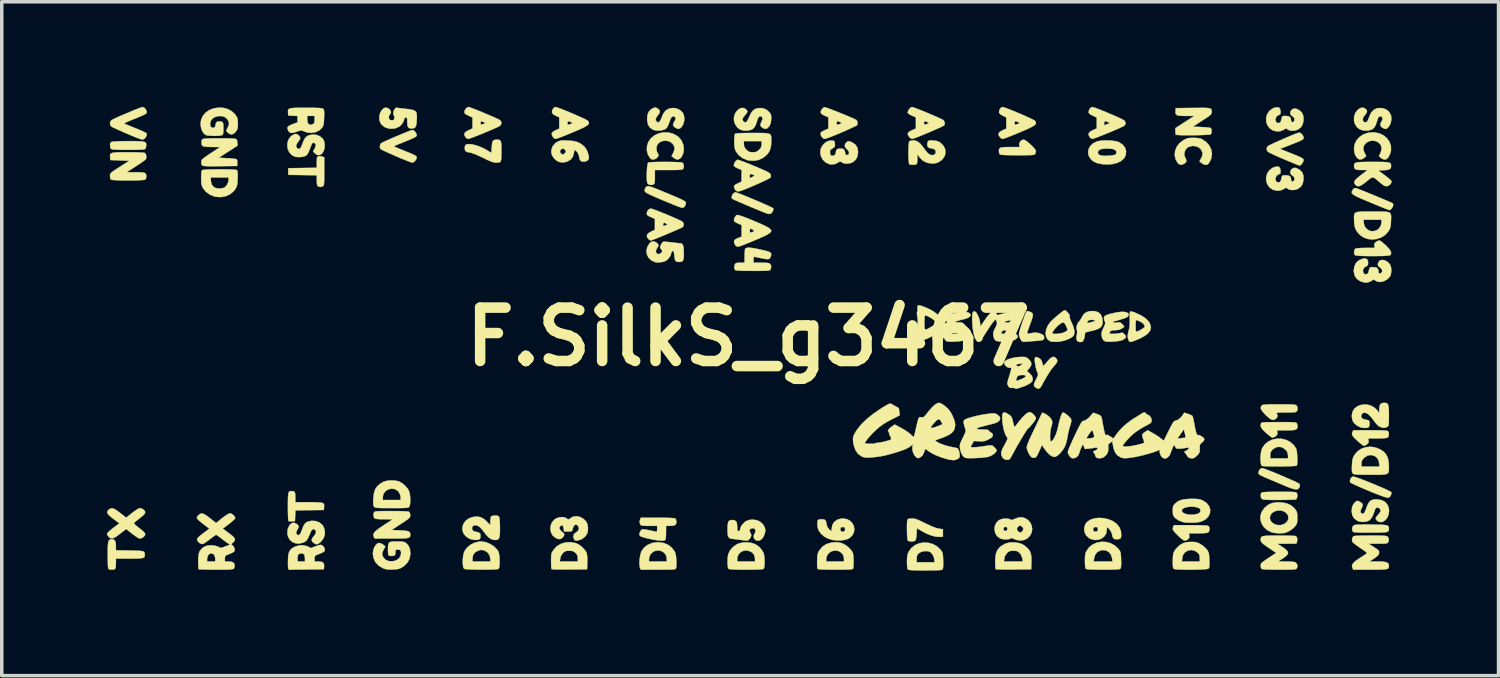
<source format=kicad_pcb>
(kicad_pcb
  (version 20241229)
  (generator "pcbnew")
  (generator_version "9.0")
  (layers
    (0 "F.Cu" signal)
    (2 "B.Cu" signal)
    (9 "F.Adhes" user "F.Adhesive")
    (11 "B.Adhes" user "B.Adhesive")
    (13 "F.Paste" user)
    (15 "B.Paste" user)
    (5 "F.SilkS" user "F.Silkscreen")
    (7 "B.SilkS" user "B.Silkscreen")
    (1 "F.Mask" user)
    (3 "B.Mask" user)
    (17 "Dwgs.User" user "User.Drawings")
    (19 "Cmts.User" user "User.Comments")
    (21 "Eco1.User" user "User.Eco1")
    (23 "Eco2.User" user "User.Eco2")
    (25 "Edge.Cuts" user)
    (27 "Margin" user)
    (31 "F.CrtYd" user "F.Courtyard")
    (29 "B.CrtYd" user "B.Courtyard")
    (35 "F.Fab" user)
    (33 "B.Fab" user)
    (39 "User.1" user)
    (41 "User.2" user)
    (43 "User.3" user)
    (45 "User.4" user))
  (footprint "F.SilkS_g3467"
    (layer "F.Cu")
    (at 18.314 6.567)
    (property "Reference" "F.SilkS_g3467" (at 0 0 0) (layer "F.SilkS") (effects (font (size 1.524 1.524) (thickness 0.3))))
    (attr through_hole)
    (fp_poly (pts (xy -12.159 -5.147) (xy -12.107 -5.123) (xy -12.107 -4.721) (xy -12.108 -4.581) (xy -12.109 -4.477) (xy -12.111 -4.404) (xy -12.116 -4.355) (xy -12.123 -4.325) (xy -12.134 -4.308) (xy -12.148 -4.298) (xy -12.148 -4.298) (xy -12.213 -4.277) (xy -12.274 -4.294) (xy -12.282 -4.299) (xy -12.302 -4.319) (xy -12.314 -4.358) (xy -12.319 -4.425) (xy -12.319 -4.467) (xy -12.319 -4.613) (xy -12.726 -4.619) (xy -13.134 -4.625) (xy -13.134 -4.815) (xy -12.319 -4.827) (xy -12.319 -4.985) (xy -12.318 -5.066) (xy -12.314 -5.114) (xy -12.302 -5.139) (xy -12.281 -5.152) (xy -12.265 -5.156) (xy -12.202 -5.158) (xy -12.159 -5.147)) (stroke (width 0.01) (type solid)) (fill yes) (layer "F.SilkS"))
    (fp_poly (pts (xy 12.805 5.377) (xy 12.938 5.379) (xy 13.036 5.384) (xy 13.1 5.39) (xy 13.134 5.398) (xy 13.14 5.402) (xy 13.163 5.448) (xy 13.165 5.507) (xy 13.149 5.561) (xy 13.125 5.587) (xy 13.088 5.596) (xy 13.019 5.603) (xy 12.928 5.608) (xy 12.832 5.609) (xy 12.58 5.609) (xy 12.59 5.676) (xy 12.589 5.733) (xy 12.558 5.774) (xy 12.549 5.781) (xy 12.504 5.809) (xy 12.461 5.815) (xy 12.413 5.797) (xy 12.352 5.751) (xy 12.283 5.689) (xy 12.205 5.611) (xy 12.154 5.555) (xy 12.126 5.513) (xy 12.117 5.478) (xy 12.124 5.443) (xy 12.128 5.431) (xy 12.149 5.376) (xy 12.632 5.376) (xy 12.805 5.377)) (stroke (width 0.01) (type solid)) (fill yes) (layer "F.SilkS"))
    (fp_poly (pts (xy 17.927 2.668) (xy 18.061 2.67) (xy 18.158 2.674) (xy 18.222 2.68) (xy 18.257 2.689) (xy 18.263 2.692) (xy 18.285 2.738) (xy 18.287 2.798) (xy 18.271 2.852) (xy 18.247 2.878) (xy 18.211 2.887) (xy 18.142 2.894) (xy 18.05 2.898) (xy 17.951 2.9) (xy 17.696 2.9) (xy 17.708 2.96) (xy 17.71 3.01) (xy 17.683 3.049) (xy 17.663 3.066) (xy 17.616 3.097) (xy 17.579 3.111) (xy 17.576 3.111) (xy 17.549 3.098) (xy 17.499 3.062) (xy 17.436 3.01) (xy 17.405 2.982) (xy 17.322 2.905) (xy 17.269 2.848) (xy 17.241 2.803) (xy 17.234 2.764) (xy 17.245 2.724) (xy 17.247 2.72) (xy 17.271 2.667) (xy 17.754 2.667) (xy 17.927 2.668)) (stroke (width 0.01) (type solid)) (fill yes) (layer "F.SilkS"))
    (fp_poly (pts (xy -17.528 -5.588) (xy -17.406 -5.585) (xy -17.317 -5.58) (xy -17.256 -5.57) (xy -17.217 -5.554) (xy -17.197 -5.532) (xy -17.189 -5.5) (xy -17.19 -5.459) (xy -17.191 -5.45) (xy -17.201 -5.393) (xy -17.224 -5.364) (xy -17.251 -5.353) (xy -17.291 -5.348) (xy -17.366 -5.344) (xy -17.465 -5.341) (xy -17.582 -5.339) (xy -17.707 -5.339) (xy -17.832 -5.339) (xy -17.948 -5.341) (xy -18.047 -5.344) (xy -18.121 -5.348) (xy -18.161 -5.353) (xy -18.196 -5.37) (xy -18.214 -5.404) (xy -18.22 -5.457) (xy -18.221 -5.515) (xy -18.209 -5.546) (xy -18.177 -5.565) (xy -18.171 -5.567) (xy -18.134 -5.573) (xy -18.061 -5.579) (xy -17.961 -5.584) (xy -17.841 -5.587) (xy -17.708 -5.588) (xy -17.687 -5.588) (xy -17.528 -5.588)) (stroke (width 0.01) (type solid)) (fill yes) (layer "F.SilkS"))
    (fp_poly (pts (xy -0.337 -4.119) (xy -0.274 -4.097) (xy -0.187 -4.063) (xy -0.08 -4.02) (xy 0.039 -3.971) (xy 0.165 -3.918) (xy 0.291 -3.864) (xy 0.412 -3.812) (xy 0.52 -3.764) (xy 0.61 -3.722) (xy 0.675 -3.691) (xy 0.71 -3.671) (xy 0.714 -3.667) (xy 0.713 -3.62) (xy 0.689 -3.565) (xy 0.65 -3.523) (xy 0.641 -3.517) (xy 0.584 -3.509) (xy 0.529 -3.523) (xy 0.473 -3.544) (xy 0.391 -3.576) (xy 0.289 -3.618) (xy 0.173 -3.666) (xy 0.05 -3.718) (xy -0.072 -3.77) (xy -0.189 -3.82) (xy -0.293 -3.865) (xy -0.377 -3.902) (xy -0.435 -3.929) (xy -0.461 -3.942) (xy -0.476 -3.978) (xy -0.466 -4.028) (xy -0.439 -4.079) (xy -0.401 -4.117) (xy -0.368 -4.128) (xy -0.337 -4.119)) (stroke (width 0.01) (type solid)) (fill yes) (layer "F.SilkS"))
    (fp_poly (pts (xy 14.7 3.755) (xy 14.765 3.777) (xy 14.854 3.811) (xy 14.962 3.854) (xy 15.083 3.903) (xy 15.209 3.956) (xy 15.335 4.01) (xy 15.454 4.062) (xy 15.56 4.109) (xy 15.647 4.15) (xy 15.707 4.18) (xy 15.736 4.198) (xy 15.737 4.199) (xy 15.746 4.25) (xy 15.736 4.29) (xy 15.711 4.332) (xy 15.668 4.352) (xy 15.604 4.351) (xy 15.514 4.328) (xy 15.394 4.283) (xy 15.346 4.263) (xy 15.237 4.217) (xy 15.106 4.162) (xy 14.969 4.104) (xy 14.843 4.051) (xy 14.731 4.003) (xy 14.652 3.966) (xy 14.602 3.939) (xy 14.575 3.916) (xy 14.564 3.896) (xy 14.563 3.887) (xy 14.576 3.828) (xy 14.61 3.777) (xy 14.653 3.749) (xy 14.667 3.747) (xy 14.7 3.755)) (stroke (width 0.01) (type solid)) (fill yes) (layer "F.SilkS"))
    (fp_poly (pts (xy 17.792 5.359) (xy 17.949 5.362) (xy 18.069 5.365) (xy 18.156 5.37) (xy 18.217 5.379) (xy 18.255 5.392) (xy 18.276 5.41) (xy 18.285 5.436) (xy 18.288 5.47) (xy 18.288 5.483) (xy 18.286 5.515) (xy 18.278 5.54) (xy 18.259 5.559) (xy 18.224 5.572) (xy 18.167 5.58) (xy 18.085 5.585) (xy 17.972 5.587) (xy 17.823 5.588) (xy 17.755 5.588) (xy 17.6 5.588) (xy 17.483 5.587) (xy 17.396 5.585) (xy 17.336 5.582) (xy 17.297 5.577) (xy 17.273 5.569) (xy 17.259 5.558) (xy 17.25 5.544) (xy 17.25 5.544) (xy 17.236 5.48) (xy 17.253 5.418) (xy 17.294 5.376) (xy 17.334 5.367) (xy 17.415 5.361) (xy 17.536 5.358) (xy 17.696 5.358) (xy 17.792 5.359)) (stroke (width 0.01) (type solid)) (fill yes) (layer "F.SilkS"))
    (fp_poly (pts (xy 15.314 4.424) (xy 15.432 4.425) (xy 15.518 4.427) (xy 15.578 4.43) (xy 15.617 4.435) (xy 15.641 4.443) (xy 15.655 4.454) (xy 15.664 4.468) (xy 15.664 4.468) (xy 15.677 4.523) (xy 15.669 4.584) (xy 15.645 4.632) (xy 15.635 4.64) (xy 15.608 4.645) (xy 15.544 4.649) (xy 15.451 4.652) (xy 15.336 4.655) (xy 15.204 4.656) (xy 15.152 4.656) (xy 14.997 4.656) (xy 14.879 4.655) (xy 14.793 4.652) (xy 14.733 4.647) (xy 14.694 4.641) (xy 14.67 4.631) (xy 14.659 4.623) (xy 14.633 4.574) (xy 14.628 4.512) (xy 14.644 4.459) (xy 14.652 4.449) (xy 14.675 4.44) (xy 14.728 4.433) (xy 14.812 4.428) (xy 14.931 4.425) (xy 15.088 4.424) (xy 15.159 4.424) (xy 15.314 4.424)) (stroke (width 0.01) (type solid)) (fill yes) (layer "F.SilkS"))
    (fp_poly (pts (xy 17.292 3.993) (xy 17.356 4.012) (xy 17.445 4.043) (xy 17.553 4.084) (xy 17.675 4.131) (xy 17.802 4.182) (xy 17.931 4.236) (xy 18.053 4.288) (xy 18.163 4.336) (xy 18.255 4.379) (xy 18.321 4.412) (xy 18.357 4.435) (xy 18.361 4.44) (xy 18.36 4.477) (xy 18.341 4.529) (xy 18.34 4.531) (xy 18.308 4.576) (xy 18.263 4.591) (xy 18.24 4.591) (xy 18.202 4.582) (xy 18.131 4.559) (xy 18.034 4.524) (xy 17.917 4.479) (xy 17.786 4.426) (xy 17.695 4.389) (xy 17.561 4.332) (xy 17.44 4.279) (xy 17.336 4.232) (xy 17.255 4.195) (xy 17.204 4.169) (xy 17.189 4.16) (xy 17.174 4.119) (xy 17.185 4.066) (xy 17.215 4.017) (xy 17.258 3.989) (xy 17.261 3.988) (xy 17.292 3.993)) (stroke (width 0.01) (type solid)) (fill yes) (layer "F.SilkS"))
    (fp_poly (pts (xy 17.348 -4.245) (xy 17.384 -4.233) (xy 17.451 -4.208) (xy 17.542 -4.172) (xy 17.651 -4.128) (xy 17.771 -4.079) (xy 17.897 -4.027) (xy 18.022 -3.975) (xy 18.139 -3.926) (xy 18.241 -3.882) (xy 18.324 -3.847) (xy 18.38 -3.821) (xy 18.402 -3.809) (xy 18.413 -3.773) (xy 18.401 -3.722) (xy 18.373 -3.67) (xy 18.335 -3.632) (xy 18.302 -3.62) (xy 18.277 -3.628) (xy 18.218 -3.65) (xy 18.13 -3.685) (xy 18.02 -3.729) (xy 17.893 -3.781) (xy 17.759 -3.837) (xy 17.594 -3.906) (xy 17.464 -3.962) (xy 17.366 -4.007) (xy 17.298 -4.044) (xy 17.254 -4.076) (xy 17.231 -4.104) (xy 17.227 -4.133) (xy 17.237 -4.163) (xy 17.257 -4.198) (xy 17.261 -4.205) (xy 17.297 -4.243) (xy 17.339 -4.247) (xy 17.348 -4.245)) (stroke (width 0.01) (type solid)) (fill yes) (layer "F.SilkS"))
    (fp_poly (pts (xy 18.046 -2.738) (xy 18.098 -2.7) (xy 18.163 -2.645) (xy 18.203 -2.609) (xy 18.287 -2.521) (xy 18.336 -2.452) (xy 18.354 -2.397) (xy 18.342 -2.352) (xy 18.326 -2.333) (xy 18.297 -2.324) (xy 18.232 -2.317) (xy 18.141 -2.311) (xy 18.029 -2.308) (xy 17.906 -2.306) (xy 17.777 -2.306) (xy 17.651 -2.307) (xy 17.535 -2.31) (xy 17.437 -2.315) (xy 17.364 -2.322) (xy 17.323 -2.33) (xy 17.319 -2.333) (xy 17.296 -2.378) (xy 17.294 -2.438) (xy 17.31 -2.492) (xy 17.334 -2.518) (xy 17.371 -2.527) (xy 17.44 -2.534) (xy 17.531 -2.538) (xy 17.63 -2.54) (xy 17.885 -2.54) (xy 17.873 -2.6) (xy 17.872 -2.65) (xy 17.898 -2.689) (xy 17.918 -2.706) (xy 17.969 -2.738) (xy 18.013 -2.752) (xy 18.015 -2.752) (xy 18.046 -2.738)) (stroke (width 0.01) (type solid)) (fill yes) (layer "F.SilkS"))
    (fp_poly (pts (xy -12.99 4.407) (xy -12.956 4.424) (xy -12.939 4.464) (xy -12.933 4.534) (xy -12.933 4.574) (xy -12.933 4.72) (xy -12.574 4.72) (xy -12.451 4.721) (xy -12.34 4.725) (xy -12.248 4.73) (xy -12.184 4.736) (xy -12.16 4.741) (xy -12.125 4.76) (xy -12.111 4.788) (xy -12.111 4.842) (xy -12.111 4.852) (xy -12.118 4.942) (xy -12.524 4.948) (xy -12.931 4.954) (xy -12.937 5.107) (xy -12.943 5.26) (xy -13.029 5.266) (xy -13.086 5.267) (xy -13.124 5.26) (xy -13.129 5.257) (xy -13.134 5.232) (xy -13.138 5.172) (xy -13.142 5.083) (xy -13.144 4.972) (xy -13.145 4.848) (xy -13.144 4.7) (xy -13.142 4.588) (xy -13.136 4.509) (xy -13.127 4.456) (xy -13.112 4.424) (xy -13.09 4.408) (xy -13.061 4.403) (xy -13.047 4.403) (xy -12.99 4.407)) (stroke (width 0.01) (type solid)) (fill yes) (layer "F.SilkS"))
    (fp_poly (pts (xy 4.718 5.188) (xy 4.77 5.198) (xy 4.829 5.218) (xy 4.906 5.252) (xy 5.009 5.301) (xy 5.051 5.323) (xy 5.21 5.398) (xy 5.338 5.449) (xy 5.432 5.475) (xy 5.44 5.477) (xy 5.556 5.493) (xy 5.556 5.704) (xy 5.472 5.711) (xy 5.358 5.705) (xy 5.224 5.671) (xy 5.08 5.613) (xy 4.974 5.557) (xy 4.815 5.465) (xy 4.804 5.634) (xy 4.793 5.736) (xy 4.778 5.799) (xy 4.762 5.822) (xy 4.713 5.837) (xy 4.649 5.841) (xy 4.589 5.833) (xy 4.555 5.817) (xy 4.546 5.787) (xy 4.539 5.726) (xy 4.533 5.641) (xy 4.53 5.544) (xy 4.529 5.444) (xy 4.53 5.352) (xy 4.534 5.276) (xy 4.54 5.226) (xy 4.543 5.219) (xy 4.564 5.198) (xy 4.614 5.188) (xy 4.667 5.186) (xy 4.718 5.188)) (stroke (width 0.01) (type solid)) (fill yes) (layer "F.SilkS"))
    (fp_poly (pts (xy -2.832 -4.298) (xy -2.784 -4.285) (xy -2.716 -4.261) (xy -2.625 -4.226) (xy -2.506 -4.178) (xy -2.355 -4.115) (xy -2.265 -4.078) (xy -2.113 -4.014) (xy -1.995 -3.963) (xy -1.909 -3.924) (xy -1.849 -3.893) (xy -1.81 -3.869) (xy -1.789 -3.85) (xy -1.782 -3.833) (xy -1.782 -3.833) (xy -1.788 -3.779) (xy -1.816 -3.726) (xy -1.855 -3.69) (xy -1.879 -3.684) (xy -1.913 -3.691) (xy -1.976 -3.712) (xy -2.058 -3.743) (xy -2.117 -3.766) (xy -2.321 -3.85) (xy -2.49 -3.92) (xy -2.626 -3.978) (xy -2.733 -4.025) (xy -2.815 -4.063) (xy -2.874 -4.093) (xy -2.915 -4.118) (xy -2.94 -4.138) (xy -2.954 -4.156) (xy -2.959 -4.174) (xy -2.959 -4.174) (xy -2.947 -4.24) (xy -2.924 -4.273) (xy -2.907 -4.288) (xy -2.889 -4.298) (xy -2.866 -4.302) (xy -2.832 -4.298)) (stroke (width 0.01) (type solid)) (fill yes) (layer "F.SilkS"))
    (fp_poly (pts (xy -2.302 -4.995) (xy -2.179 -4.993) (xy -2.067 -4.99) (xy -1.975 -4.985) (xy -1.911 -4.98) (xy -1.882 -4.973) (xy -1.853 -4.937) (xy -1.841 -4.88) (xy -1.848 -4.822) (xy -1.867 -4.788) (xy -1.893 -4.778) (xy -1.952 -4.77) (xy -2.045 -4.765) (xy -2.176 -4.763) (xy -2.28 -4.763) (xy -2.667 -4.763) (xy -2.667 -4.564) (xy -2.668 -4.464) (xy -2.675 -4.399) (xy -2.691 -4.362) (xy -2.72 -4.345) (xy -2.768 -4.339) (xy -2.795 -4.339) (xy -2.855 -4.355) (xy -2.88 -4.383) (xy -2.891 -4.426) (xy -2.897 -4.498) (xy -2.9 -4.588) (xy -2.898 -4.687) (xy -2.893 -4.784) (xy -2.885 -4.871) (xy -2.874 -4.937) (xy -2.86 -4.972) (xy -2.857 -4.975) (xy -2.826 -4.982) (xy -2.759 -4.987) (xy -2.666 -4.991) (xy -2.553 -4.994) (xy -2.429 -4.995) (xy -2.302 -4.995)) (stroke (width 0.01) (type solid)) (fill yes) (layer "F.SilkS"))
    (fp_poly (pts (xy 7.901 -5.616) (xy 7.956 -5.578) (xy 8.021 -5.524) (xy 8.088 -5.462) (xy 8.148 -5.401) (xy 8.192 -5.347) (xy 8.212 -5.31) (xy 8.213 -5.306) (xy 8.203 -5.256) (xy 8.191 -5.227) (xy 8.182 -5.214) (xy 8.166 -5.204) (xy 8.139 -5.196) (xy 8.096 -5.191) (xy 8.03 -5.188) (xy 7.937 -5.187) (xy 7.811 -5.186) (xy 7.687 -5.186) (xy 7.514 -5.187) (xy 7.381 -5.189) (xy 7.284 -5.193) (xy 7.22 -5.199) (xy 7.185 -5.208) (xy 7.18 -5.211) (xy 7.162 -5.249) (xy 7.154 -5.302) (xy 7.157 -5.347) (xy 7.17 -5.378) (xy 7.2 -5.399) (xy 7.252 -5.411) (xy 7.332 -5.417) (xy 7.447 -5.419) (xy 7.476 -5.419) (xy 7.746 -5.419) (xy 7.734 -5.479) (xy 7.741 -5.541) (xy 7.778 -5.595) (xy 7.836 -5.626) (xy 7.865 -5.63) (xy 7.901 -5.616)) (stroke (width 0.01) (type solid)) (fill yes) (layer "F.SilkS"))
    (fp_poly (pts (xy 15.304 2.434) (xy 15.424 2.435) (xy 15.513 2.437) (xy 15.575 2.44) (xy 15.616 2.446) (xy 15.641 2.453) (xy 15.655 2.463) (xy 15.663 2.475) (xy 15.683 2.548) (xy 15.668 2.612) (xy 15.651 2.634) (xy 15.628 2.648) (xy 15.589 2.658) (xy 15.527 2.664) (xy 15.434 2.667) (xy 15.355 2.667) (xy 15.093 2.667) (xy 15.105 2.727) (xy 15.106 2.777) (xy 15.079 2.816) (xy 15.059 2.833) (xy 15.01 2.864) (xy 14.969 2.879) (xy 14.966 2.879) (xy 14.936 2.865) (xy 14.885 2.828) (xy 14.819 2.775) (xy 14.779 2.739) (xy 14.7 2.663) (xy 14.651 2.604) (xy 14.628 2.554) (xy 14.628 2.506) (xy 14.639 2.468) (xy 14.648 2.457) (xy 14.667 2.449) (xy 14.703 2.443) (xy 14.761 2.439) (xy 14.844 2.436) (xy 14.959 2.435) (xy 15.11 2.434) (xy 15.146 2.434) (xy 15.304 2.434)) (stroke (width 0.01) (type solid)) (fill yes) (layer "F.SilkS"))
    (fp_poly (pts (xy 17.886 -5.836) (xy 18.025 -5.806) (xy 18.144 -5.747) (xy 18.24 -5.663) (xy 18.309 -5.56) (xy 18.346 -5.445) (xy 18.349 -5.322) (xy 18.319 -5.212) (xy 18.269 -5.12) (xy 18.213 -5.07) (xy 18.151 -5.061) (xy 18.083 -5.093) (xy 18.062 -5.11) (xy 18.002 -5.162) (xy 18.043 -5.238) (xy 18.078 -5.338) (xy 18.074 -5.431) (xy 18.041 -5.499) (xy 17.968 -5.564) (xy 17.877 -5.597) (xy 17.78 -5.599) (xy 17.687 -5.569) (xy 17.63 -5.526) (xy 17.574 -5.455) (xy 17.555 -5.384) (xy 17.572 -5.303) (xy 17.592 -5.259) (xy 17.642 -5.16) (xy 17.583 -5.11) (xy 17.511 -5.067) (xy 17.444 -5.066) (xy 17.383 -5.106) (xy 17.326 -5.191) (xy 17.298 -5.298) (xy 17.293 -5.379) (xy 17.313 -5.506) (xy 17.368 -5.618) (xy 17.454 -5.711) (xy 17.565 -5.782) (xy 17.696 -5.826) (xy 17.842 -5.839) (xy 17.886 -5.836)) (stroke (width 0.01) (type solid)) (fill yes) (layer "F.SilkS"))
    (fp_poly (pts (xy -2.289 -5.835) (xy -2.157 -5.803) (xy -2.035 -5.739) (xy -1.982 -5.697) (xy -1.905 -5.601) (xy -1.858 -5.489) (xy -1.84 -5.37) (xy -1.853 -5.254) (xy -1.897 -5.15) (xy -1.931 -5.106) (xy -1.992 -5.066) (xy -2.059 -5.067) (xy -2.131 -5.11) (xy -2.19 -5.16) (xy -2.141 -5.259) (xy -2.108 -5.344) (xy -2.107 -5.414) (xy -2.14 -5.483) (xy -2.16 -5.51) (xy -2.23 -5.568) (xy -2.319 -5.597) (xy -2.415 -5.599) (xy -2.505 -5.571) (xy -2.577 -5.516) (xy -2.581 -5.511) (xy -2.614 -5.442) (xy -2.624 -5.361) (xy -2.609 -5.286) (xy -2.594 -5.259) (xy -2.565 -5.199) (xy -2.577 -5.145) (xy -2.617 -5.103) (xy -2.687 -5.065) (xy -2.752 -5.065) (xy -2.799 -5.096) (xy -2.865 -5.202) (xy -2.897 -5.324) (xy -2.891 -5.451) (xy -2.856 -5.56) (xy -2.781 -5.669) (xy -2.679 -5.752) (xy -2.558 -5.809) (xy -2.426 -5.837) (xy -2.289 -5.835)) (stroke (width 0.01) (type solid)) (fill yes) (layer "F.SilkS"))
    (fp_poly (pts (xy 15.311 1.927) (xy 15.429 1.928) (xy 15.516 1.931) (xy 15.576 1.935) (xy 15.616 1.942) (xy 15.64 1.951) (xy 15.651 1.959) (xy 15.681 2.017) (xy 15.676 2.088) (xy 15.663 2.118) (xy 15.65 2.135) (xy 15.63 2.146) (xy 15.594 2.153) (xy 15.535 2.157) (xy 15.446 2.159) (xy 15.355 2.159) (xy 15.24 2.159) (xy 15.162 2.161) (xy 15.114 2.164) (xy 15.09 2.171) (xy 15.084 2.182) (xy 15.09 2.197) (xy 15.091 2.2) (xy 15.111 2.253) (xy 15.099 2.295) (xy 15.071 2.328) (xy 15.022 2.364) (xy 14.97 2.371) (xy 14.91 2.348) (xy 14.837 2.292) (xy 14.768 2.227) (xy 14.69 2.143) (xy 14.644 2.079) (xy 14.628 2.028) (xy 14.639 1.985) (xy 14.659 1.959) (xy 14.676 1.948) (xy 14.704 1.94) (xy 14.75 1.934) (xy 14.818 1.93) (xy 14.913 1.927) (xy 15.042 1.926) (xy 15.155 1.926) (xy 15.311 1.927)) (stroke (width 0.01) (type solid)) (fill yes) (layer "F.SilkS"))
    (fp_poly (pts (xy -7.127 -5.628) (xy -7.093 -5.616) (xy -7.07 -5.589) (xy -7.057 -5.541) (xy -7.051 -5.465) (xy -7.049 -5.355) (xy -7.048 -5.302) (xy -7.05 -5.165) (xy -7.056 -5.07) (xy -7.066 -5.014) (xy -7.074 -5) (xy -7.109 -4.984) (xy -7.169 -4.975) (xy -7.198 -4.974) (xy -7.248 -4.978) (xy -7.303 -4.992) (xy -7.373 -5.018) (xy -7.466 -5.059) (xy -7.573 -5.112) (xy -7.716 -5.179) (xy -7.836 -5.229) (xy -7.929 -5.259) (xy -7.96 -5.265) (xy -8.028 -5.278) (xy -8.066 -5.296) (xy -8.086 -5.326) (xy -8.09 -5.336) (xy -8.096 -5.409) (xy -8.087 -5.447) (xy -8.068 -5.483) (xy -8.037 -5.499) (xy -7.979 -5.503) (xy -7.972 -5.503) (xy -7.858 -5.49) (xy -7.725 -5.453) (xy -7.586 -5.396) (xy -7.472 -5.335) (xy -7.334 -5.253) (xy -7.324 -5.421) (xy -7.315 -5.517) (xy -7.3 -5.578) (xy -7.273 -5.612) (xy -7.229 -5.627) (xy -7.174 -5.63) (xy -7.127 -5.628)) (stroke (width 0.01) (type solid)) (fill yes) (layer "F.SilkS"))
    (fp_poly (pts (xy -18.109 5.79) (xy -18.076 5.826) (xy -18.059 5.894) (xy -18.055 5.977) (xy -18.055 6.093) (xy -17.663 6.1) (xy -17.517 6.103) (xy -17.409 6.107) (xy -17.332 6.113) (xy -17.281 6.124) (xy -17.251 6.14) (xy -17.236 6.164) (xy -17.231 6.197) (xy -17.23 6.224) (xy -17.232 6.259) (xy -17.242 6.285) (xy -17.265 6.304) (xy -17.308 6.317) (xy -17.374 6.324) (xy -17.469 6.328) (xy -17.6 6.329) (xy -17.668 6.329) (xy -18.055 6.329) (xy -18.055 6.454) (xy -18.057 6.545) (xy -18.066 6.602) (xy -18.088 6.632) (xy -18.126 6.644) (xy -18.172 6.646) (xy -18.24 6.64) (xy -18.273 6.618) (xy -18.275 6.613) (xy -18.279 6.581) (xy -18.283 6.515) (xy -18.286 6.422) (xy -18.288 6.31) (xy -18.288 6.212) (xy -18.287 6.066) (xy -18.284 5.957) (xy -18.277 5.879) (xy -18.263 5.828) (xy -18.243 5.798) (xy -18.214 5.783) (xy -18.174 5.779) (xy -18.16 5.779) (xy -18.109 5.79)) (stroke (width 0.01) (type solid)) (fill yes) (layer "F.SilkS"))
    (fp_poly (pts (xy 7.749 5.891) (xy 7.867 5.945) (xy 7.967 6.027) (xy 8.021 6.091) (xy 8.057 6.161) (xy 8.077 6.247) (xy 8.083 6.358) (xy 8.082 6.445) (xy 8.075 6.636) (xy 7.576 6.641) (xy 7.435 6.642) (xy 7.308 6.642) (xy 7.201 6.641) (xy 7.121 6.638) (xy 7.074 6.635) (xy 7.063 6.633) (xy 7.057 6.606) (xy 7.052 6.548) (xy 7.049 6.467) (xy 7.048 6.417) (xy 7.049 6.413) (xy 7.297 6.413) (xy 7.837 6.413) (xy 7.823 6.324) (xy 7.787 6.223) (xy 7.746 6.17) (xy 7.702 6.132) (xy 7.657 6.113) (xy 7.593 6.107) (xy 7.567 6.107) (xy 7.494 6.11) (xy 7.445 6.124) (xy 7.402 6.156) (xy 7.386 6.172) (xy 7.327 6.257) (xy 7.309 6.326) (xy 7.297 6.413) (xy 7.049 6.413) (xy 7.055 6.273) (xy 7.078 6.162) (xy 7.12 6.075) (xy 7.184 6.002) (xy 7.224 5.969) (xy 7.34 5.903) (xy 7.466 5.87) (xy 7.609 5.867) (xy 7.749 5.891)) (stroke (width 0.01) (type solid)) (fill yes) (layer "F.SilkS"))
    (fp_poly (pts (xy -2.43 5.882) (xy -2.298 5.933) (xy -2.188 6.015) (xy -2.106 6.122) (xy -2.086 6.164) (xy -2.071 6.223) (xy -2.06 6.307) (xy -2.053 6.403) (xy -2.052 6.496) (xy -2.057 6.573) (xy -2.066 6.613) (xy -2.075 6.624) (xy -2.094 6.632) (xy -2.13 6.638) (xy -2.187 6.642) (xy -2.271 6.645) (xy -2.385 6.646) (xy -2.536 6.646) (xy -2.575 6.646) (xy -3.07 6.646) (xy -3.093 6.588) (xy -3.106 6.522) (xy -3.108 6.43) (xy -3.101 6.351) (xy -2.836 6.351) (xy -2.836 6.413) (xy -2.328 6.413) (xy -2.328 6.329) (xy -2.347 6.24) (xy -2.397 6.169) (xy -2.47 6.119) (xy -2.556 6.097) (xy -2.648 6.106) (xy -2.715 6.135) (xy -2.791 6.204) (xy -2.831 6.294) (xy -2.836 6.351) (xy -3.101 6.351) (xy -3.1 6.327) (xy -3.083 6.226) (xy -3.059 6.143) (xy -3.049 6.119) (xy -2.972 6.013) (xy -2.865 5.933) (xy -2.735 5.882) (xy -2.586 5.863) (xy -2.578 5.863) (xy -2.43 5.882)) (stroke (width 0.01) (type solid)) (fill yes) (layer "F.SilkS"))
    (fp_poly (pts (xy 10.325 -5.605) (xy 10.438 -5.594) (xy 10.531 -5.576) (xy 10.583 -5.558) (xy 10.691 -5.485) (xy 10.758 -5.398) (xy 10.786 -5.298) (xy 10.774 -5.187) (xy 10.729 -5.098) (xy 10.65 -5.025) (xy 10.541 -4.97) (xy 10.408 -4.935) (xy 10.257 -4.921) (xy 10.097 -4.931) (xy 9.957 -4.961) (xy 9.85 -5.01) (xy 9.775 -5.077) (xy 9.718 -5.171) (xy 9.702 -5.263) (xy 9.977 -5.263) (xy 9.996 -5.215) (xy 10.041 -5.184) (xy 10.094 -5.173) (xy 10.171 -5.168) (xy 10.26 -5.169) (xy 10.349 -5.175) (xy 10.426 -5.187) (xy 10.478 -5.202) (xy 10.49 -5.21) (xy 10.513 -5.258) (xy 10.5 -5.307) (xy 10.452 -5.348) (xy 10.444 -5.352) (xy 10.387 -5.366) (xy 10.304 -5.374) (xy 10.21 -5.375) (xy 10.123 -5.369) (xy 10.057 -5.357) (xy 10.046 -5.352) (xy 9.993 -5.312) (xy 9.977 -5.263) (xy 9.702 -5.263) (xy 9.7 -5.27) (xy 9.718 -5.367) (xy 9.768 -5.454) (xy 9.848 -5.527) (xy 9.956 -5.578) (xy 9.997 -5.589) (xy 10.092 -5.603) (xy 10.206 -5.608) (xy 10.325 -5.605)) (stroke (width 0.01) (type solid)) (fill yes) (layer "F.SilkS"))
    (fp_poly (pts (xy -4.927 5.888) (xy -4.847 5.926) (xy -4.764 5.986) (xy -4.689 6.059) (xy -4.633 6.133) (xy -4.613 6.177) (xy -4.604 6.234) (xy -4.598 6.318) (xy -4.596 6.414) (xy -4.597 6.445) (xy -4.604 6.636) (xy -5.103 6.641) (xy -5.244 6.642) (xy -5.371 6.642) (xy -5.477 6.641) (xy -5.558 6.638) (xy -5.605 6.635) (xy -5.616 6.633) (xy -5.622 6.607) (xy -5.627 6.548) (xy -5.63 6.466) (xy -5.63 6.413) (xy -5.382 6.413) (xy -4.868 6.413) (xy -4.868 6.322) (xy -4.875 6.253) (xy -4.903 6.201) (xy -4.933 6.169) (xy -4.98 6.131) (xy -5.027 6.112) (xy -5.095 6.107) (xy -5.113 6.107) (xy -5.185 6.11) (xy -5.234 6.125) (xy -5.278 6.157) (xy -5.293 6.172) (xy -5.352 6.257) (xy -5.37 6.326) (xy -5.382 6.413) (xy -5.63 6.413) (xy -5.63 6.402) (xy -5.63 6.303) (xy -5.626 6.234) (xy -5.617 6.186) (xy -5.6 6.144) (xy -5.572 6.099) (xy -5.562 6.083) (xy -5.469 5.981) (xy -5.35 5.909) (xy -5.214 5.869) (xy -5.066 5.862) (xy -4.927 5.888)) (stroke (width 0.01) (type solid)) (fill yes) (layer "F.SilkS"))
    (fp_poly (pts (xy 0.099 5.885) (xy 0.203 5.922) (xy 0.301 5.989) (xy 0.383 6.078) (xy 0.436 6.174) (xy 0.443 6.196) (xy 0.456 6.264) (xy 0.463 6.349) (xy 0.465 6.439) (xy 0.462 6.522) (xy 0.453 6.587) (xy 0.44 6.621) (xy 0.417 6.63) (xy 0.364 6.637) (xy 0.28 6.642) (xy 0.16 6.645) (xy 0.002 6.646) (xy -0.064 6.646) (xy -0.235 6.646) (xy -0.368 6.643) (xy -0.465 6.639) (xy -0.528 6.633) (xy -0.562 6.624) (xy -0.567 6.621) (xy -0.58 6.586) (xy -0.589 6.522) (xy -0.592 6.439) (xy -0.59 6.349) (xy -0.59 6.339) (xy -0.318 6.339) (xy -0.318 6.413) (xy 0.191 6.413) (xy 0.191 6.334) (xy 0.172 6.238) (xy 0.118 6.164) (xy 0.063 6.128) (xy -0.032 6.098) (xy -0.126 6.104) (xy -0.209 6.14) (xy -0.274 6.201) (xy -0.311 6.284) (xy -0.318 6.339) (xy -0.59 6.339) (xy -0.584 6.266) (xy -0.571 6.2) (xy -0.526 6.104) (xy -0.449 6.013) (xy -0.353 5.937) (xy -0.293 5.906) (xy -0.172 5.873) (xy -0.035 5.866) (xy 0.099 5.885)) (stroke (width 0.01) (type solid)) (fill yes) (layer "F.SilkS"))
    (fp_poly (pts (xy 7.985 -0.733) (xy 8.038 -0.717) (xy 8.051 -0.711) (xy 8.092 -0.691) (xy 8.116 -0.666) (xy 8.125 -0.629) (xy 8.117 -0.574) (xy 8.094 -0.494) (xy 8.054 -0.384) (xy 8.043 -0.354) (xy 8.003 -0.245) (xy 7.976 -0.169) (xy 7.964 -0.121) (xy 7.965 -0.096) (xy 7.978 -0.088) (xy 8.002 -0.091) (xy 8.006 -0.091) (xy 8.125 -0.115) (xy 8.218 -0.12) (xy 8.297 -0.107) (xy 8.348 -0.088) (xy 8.407 -0.058) (xy 8.436 -0.031) (xy 8.445 0.006) (xy 8.445 0.02) (xy 8.443 0.053) (xy 8.432 0.076) (xy 8.404 0.091) (xy 8.353 0.101) (xy 8.27 0.11) (xy 8.202 0.116) (xy 8.107 0.123) (xy 8.011 0.132) (xy 7.948 0.138) (xy 7.882 0.142) (xy 7.833 0.138) (xy 7.819 0.133) (xy 7.785 0.093) (xy 7.753 0.029) (xy 7.731 -0.039) (xy 7.726 -0.076) (xy 7.732 -0.118) (xy 7.75 -0.188) (xy 7.777 -0.276) (xy 7.809 -0.375) (xy 7.843 -0.476) (xy 7.877 -0.571) (xy 7.909 -0.651) (xy 7.934 -0.708) (xy 7.95 -0.734) (xy 7.951 -0.734) (xy 7.985 -0.733)) (stroke (width 0.01) (type solid)) (fill yes) (layer "F.SilkS"))
    (fp_poly (pts (xy 8.77 0.594) (xy 8.78 0.603) (xy 8.815 0.651) (xy 8.821 0.698) (xy 8.796 0.753) (xy 8.739 0.823) (xy 8.731 0.831) (xy 8.67 0.903) (xy 8.607 0.992) (xy 8.537 1.103) (xy 8.456 1.244) (xy 8.418 1.312) (xy 8.381 1.378) (xy 8.35 1.431) (xy 8.334 1.455) (xy 8.291 1.48) (xy 8.237 1.471) (xy 8.191 1.439) (xy 8.164 1.408) (xy 8.153 1.378) (xy 8.159 1.339) (xy 8.183 1.281) (xy 8.216 1.213) (xy 8.251 1.142) (xy 8.268 1.096) (xy 8.27 1.063) (xy 8.259 1.028) (xy 8.248 1.004) (xy 8.227 0.945) (xy 8.205 0.861) (xy 8.189 0.771) (xy 8.188 0.77) (xy 8.177 0.67) (xy 8.179 0.607) (xy 8.197 0.578) (xy 8.234 0.578) (xy 8.292 0.603) (xy 8.293 0.604) (xy 8.348 0.641) (xy 8.378 0.69) (xy 8.39 0.736) (xy 8.405 0.79) (xy 8.419 0.822) (xy 8.424 0.826) (xy 8.444 0.81) (xy 8.481 0.77) (xy 8.529 0.713) (xy 8.532 0.71) (xy 8.607 0.626) (xy 8.669 0.58) (xy 8.722 0.57) (xy 8.77 0.594)) (stroke (width 0.01) (type solid)) (fill yes) (layer "F.SilkS"))
    (fp_poly (pts (xy 12.711 -5.682) (xy 12.824 -5.677) (xy 12.906 -5.662) (xy 12.954 -5.643) (xy 13.074 -5.561) (xy 13.162 -5.46) (xy 13.217 -5.345) (xy 13.237 -5.223) (xy 13.219 -5.1) (xy 13.178 -5.008) (xy 13.139 -4.948) (xy 13.105 -4.919) (xy 13.065 -4.911) (xy 13.06 -4.911) (xy 13.001 -4.925) (xy 12.941 -4.96) (xy 12.94 -4.962) (xy 12.88 -5.012) (xy 12.93 -5.1) (xy 12.963 -5.176) (xy 12.969 -5.242) (xy 12.966 -5.258) (xy 12.931 -5.341) (xy 12.867 -5.403) (xy 12.783 -5.441) (xy 12.689 -5.452) (xy 12.594 -5.433) (xy 12.541 -5.406) (xy 12.486 -5.349) (xy 12.454 -5.272) (xy 12.448 -5.191) (xy 12.471 -5.12) (xy 12.477 -5.111) (xy 12.507 -5.046) (xy 12.498 -4.988) (xy 12.449 -4.944) (xy 12.447 -4.943) (xy 12.37 -4.914) (xy 12.31 -4.921) (xy 12.259 -4.963) (xy 12.258 -4.965) (xy 12.198 -5.073) (xy 12.174 -5.191) (xy 12.186 -5.311) (xy 12.232 -5.426) (xy 12.309 -5.529) (xy 12.416 -5.612) (xy 12.425 -5.617) (xy 12.49 -5.651) (xy 12.546 -5.671) (xy 12.61 -5.68) (xy 12.697 -5.682) (xy 12.711 -5.682)) (stroke (width 0.01) (type solid)) (fill yes) (layer "F.SilkS"))
    (fp_poly (pts (xy 15.222 2.909) (xy 15.35 2.94) (xy 15.468 3) (xy 15.57 3.087) (xy 15.638 3.185) (xy 15.652 3.231) (xy 15.663 3.304) (xy 15.671 3.392) (xy 15.675 3.484) (xy 15.674 3.569) (xy 15.669 3.636) (xy 15.658 3.674) (xy 15.656 3.676) (xy 15.629 3.683) (xy 15.567 3.688) (xy 15.478 3.693) (xy 15.369 3.696) (xy 15.247 3.698) (xy 15.12 3.699) (xy 14.995 3.699) (xy 14.88 3.697) (xy 14.782 3.694) (xy 14.709 3.69) (xy 14.668 3.684) (xy 14.663 3.682) (xy 14.641 3.647) (xy 14.628 3.582) (xy 14.623 3.496) (xy 14.625 3.401) (xy 14.628 3.378) (xy 14.901 3.378) (xy 14.901 3.471) (xy 15.409 3.471) (xy 15.409 3.388) (xy 15.392 3.298) (xy 15.357 3.243) (xy 15.274 3.172) (xy 15.182 3.14) (xy 15.087 3.147) (xy 14.997 3.192) (xy 14.966 3.22) (xy 14.922 3.274) (xy 14.904 3.331) (xy 14.901 3.378) (xy 14.628 3.378) (xy 14.636 3.307) (xy 14.654 3.224) (xy 14.67 3.182) (xy 14.746 3.07) (xy 14.845 2.987) (xy 14.963 2.933) (xy 15.09 2.907) (xy 15.222 2.909)) (stroke (width 0.01) (type solid)) (fill yes) (layer "F.SilkS"))
    (fp_poly (pts (xy -7.502 5.86) (xy -7.374 5.91) (xy -7.26 5.984) (xy -7.169 6.077) (xy -7.138 6.126) (xy -7.12 6.18) (xy -7.108 6.257) (xy -7.101 6.348) (xy -7.1 6.441) (xy -7.105 6.525) (xy -7.115 6.59) (xy -7.132 6.624) (xy -7.133 6.626) (xy -7.165 6.632) (xy -7.231 6.638) (xy -7.324 6.642) (xy -7.437 6.644) (xy -7.561 6.645) (xy -7.688 6.645) (xy -7.812 6.643) (xy -7.924 6.64) (xy -8.017 6.636) (xy -8.082 6.63) (xy -8.112 6.623) (xy -8.134 6.589) (xy -8.147 6.524) (xy -8.153 6.439) (xy -8.15 6.344) (xy -8.148 6.328) (xy -7.874 6.328) (xy -7.874 6.413) (xy -7.366 6.413) (xy -7.366 6.33) (xy -7.386 6.239) (xy -7.44 6.161) (xy -7.522 6.105) (xy -7.548 6.095) (xy -7.607 6.082) (xy -7.662 6.088) (xy -7.715 6.105) (xy -7.803 6.155) (xy -7.855 6.223) (xy -7.874 6.316) (xy -7.874 6.328) (xy -8.148 6.328) (xy -8.14 6.25) (xy -8.121 6.168) (xy -8.105 6.124) (xy -8.032 6.019) (xy -7.929 5.934) (xy -7.806 5.873) (xy -7.673 5.844) (xy -7.631 5.842) (xy -7.502 5.86)) (stroke (width 0.01) (type solid)) (fill yes) (layer "F.SilkS"))
    (fp_poly (pts (xy 9.858 -6.553) (xy 9.924 -6.531) (xy 10.014 -6.496) (xy 10.121 -6.454) (xy 10.238 -6.405) (xy 10.357 -6.355) (xy 10.472 -6.305) (xy 10.574 -6.259) (xy 10.658 -6.22) (xy 10.715 -6.19) (xy 10.736 -6.176) (xy 10.77 -6.12) (xy 10.764 -6.064) (xy 10.726 -6.023) (xy 10.686 -6.002) (xy 10.617 -5.969) (xy 10.524 -5.928) (xy 10.416 -5.882) (xy 10.3 -5.833) (xy 10.182 -5.785) (xy 10.07 -5.74) (xy 9.971 -5.701) (xy 9.892 -5.672) (xy 9.84 -5.655) (xy 9.825 -5.652) (xy 9.781 -5.668) (xy 9.748 -5.699) (xy 9.716 -5.762) (xy 9.719 -5.813) (xy 9.761 -5.858) (xy 9.832 -5.898) (xy 9.948 -5.951) (xy 9.948 -6.098) (xy 10.16 -6.098) (xy 10.16 -6.036) (xy 10.242 -6.071) (xy 10.325 -6.106) (xy 10.261 -6.133) (xy 10.202 -6.154) (xy 10.172 -6.153) (xy 10.161 -6.126) (xy 10.16 -6.098) (xy 9.948 -6.098) (xy 9.948 -6.262) (xy 9.832 -6.316) (xy 9.764 -6.35) (xy 9.728 -6.38) (xy 9.716 -6.411) (xy 9.716 -6.418) (xy 9.729 -6.48) (xy 9.764 -6.532) (xy 9.809 -6.56) (xy 9.823 -6.562) (xy 9.858 -6.553)) (stroke (width 0.01) (type solid)) (fill yes) (layer "F.SilkS"))
    (fp_poly (pts (xy 13.08 -6.536) (xy 13.146 -6.53) (xy 13.188 -6.52) (xy 13.213 -6.504) (xy 13.225 -6.482) (xy 13.229 -6.451) (xy 13.229 -6.418) (xy 13.227 -6.391) (xy 13.218 -6.366) (xy 13.196 -6.339) (xy 13.155 -6.306) (xy 13.092 -6.262) (xy 13 -6.201) (xy 12.96 -6.175) (xy 12.69 -6.001) (xy 12.933 -5.99) (xy 13.032 -5.985) (xy 13.117 -5.977) (xy 13.177 -5.969) (xy 13.203 -5.962) (xy 13.222 -5.929) (xy 13.228 -5.874) (xy 13.222 -5.818) (xy 13.204 -5.783) (xy 13.177 -5.776) (xy 13.115 -5.77) (xy 13.025 -5.765) (xy 12.916 -5.761) (xy 12.794 -5.758) (xy 12.667 -5.756) (xy 12.542 -5.756) (xy 12.426 -5.757) (xy 12.328 -5.759) (xy 12.254 -5.763) (xy 12.212 -5.769) (xy 12.206 -5.771) (xy 12.197 -5.8) (xy 12.192 -5.853) (xy 12.192 -5.872) (xy 12.192 -5.958) (xy 12.462 -6.133) (xy 12.732 -6.307) (xy 12.498 -6.307) (xy 12.376 -6.309) (xy 12.291 -6.316) (xy 12.236 -6.332) (xy 12.206 -6.358) (xy 12.195 -6.397) (xy 12.196 -6.446) (xy 12.203 -6.53) (xy 12.699 -6.536) (xy 12.862 -6.537) (xy 12.987 -6.538) (xy 13.08 -6.536)) (stroke (width 0.01) (type solid)) (fill yes) (layer "F.SilkS"))
    (fp_poly (pts (xy 10.217 5.857) (xy 10.347 5.893) (xy 10.467 5.96) (xy 10.569 6.057) (xy 10.576 6.067) (xy 10.604 6.106) (xy 10.622 6.144) (xy 10.633 6.192) (xy 10.639 6.26) (xy 10.643 6.359) (xy 10.643 6.365) (xy 10.645 6.485) (xy 10.64 6.566) (xy 10.628 6.61) (xy 10.625 6.615) (xy 10.61 6.626) (xy 10.58 6.634) (xy 10.531 6.639) (xy 10.457 6.643) (xy 10.353 6.645) (xy 10.215 6.646) (xy 10.13 6.646) (xy 9.959 6.646) (xy 9.828 6.643) (xy 9.733 6.639) (xy 9.671 6.632) (xy 9.639 6.624) (xy 9.635 6.621) (xy 9.621 6.585) (xy 9.613 6.511) (xy 9.61 6.413) (xy 9.858 6.413) (xy 10.398 6.413) (xy 10.387 6.325) (xy 10.355 6.222) (xy 10.295 6.145) (xy 10.213 6.098) (xy 10.117 6.087) (xy 10.047 6.101) (xy 9.96 6.147) (xy 9.902 6.221) (xy 9.872 6.324) (xy 9.858 6.413) (xy 9.61 6.413) (xy 9.61 6.404) (xy 9.61 6.398) (xy 9.612 6.29) (xy 9.62 6.212) (xy 9.636 6.152) (xy 9.651 6.12) (xy 9.729 6.009) (xy 9.832 5.927) (xy 9.952 5.874) (xy 10.083 5.851) (xy 10.217 5.857)) (stroke (width 0.01) (type solid)) (fill yes) (layer "F.SilkS"))
    (fp_poly (pts (xy 10.952 -0.722) (xy 11.014 -0.702) (xy 11.061 -0.683) (xy 11.228 -0.604) (xy 11.355 -0.517) (xy 11.441 -0.424) (xy 11.486 -0.325) (xy 11.493 -0.264) (xy 11.473 -0.182) (xy 11.411 -0.101) (xy 11.309 -0.023) (xy 11.169 0.051) (xy 11.124 0.071) (xy 11.025 0.111) (xy 10.957 0.135) (xy 10.913 0.144) (xy 10.885 0.139) (xy 10.868 0.121) (xy 10.862 0.111) (xy 10.834 0.034) (xy 10.832 -0.049) (xy 10.853 -0.152) (xy 10.857 -0.165) (xy 10.879 -0.255) (xy 10.885 -0.309) (xy 11.057 -0.309) (xy 11.058 -0.22) (xy 11.063 -0.167) (xy 11.08 -0.148) (xy 11.117 -0.157) (xy 11.18 -0.189) (xy 11.214 -0.208) (xy 11.27 -0.242) (xy 11.309 -0.275) (xy 11.317 -0.287) (xy 11.312 -0.33) (xy 11.275 -0.377) (xy 11.212 -0.424) (xy 11.132 -0.463) (xy 11.101 -0.474) (xy 11.08 -0.478) (xy 11.067 -0.469) (xy 11.06 -0.439) (xy 11.058 -0.38) (xy 11.057 -0.309) (xy 10.885 -0.309) (xy 10.889 -0.35) (xy 10.89 -0.466) (xy 10.889 -0.492) (xy 10.887 -0.581) (xy 10.889 -0.655) (xy 10.894 -0.704) (xy 10.898 -0.715) (xy 10.916 -0.726) (xy 10.952 -0.722)) (stroke (width 0.01) (type solid)) (fill yes) (layer "F.SilkS"))
    (fp_poly (pts (xy 15.782 -5.809) (xy 15.803 -5.789) (xy 15.838 -5.739) (xy 15.854 -5.687) (xy 15.854 -5.686) (xy 15.852 -5.667) (xy 15.843 -5.65) (xy 15.823 -5.632) (xy 15.788 -5.611) (xy 15.731 -5.585) (xy 15.65 -5.55) (xy 15.539 -5.506) (xy 15.394 -5.45) (xy 15.363 -5.438) (xy 15.18 -5.366) (xy 15.49 -5.242) (xy 15.619 -5.191) (xy 15.713 -5.151) (xy 15.778 -5.121) (xy 15.819 -5.098) (xy 15.842 -5.077) (xy 15.852 -5.057) (xy 15.854 -5.038) (xy 15.841 -4.996) (xy 15.81 -4.947) (xy 15.773 -4.906) (xy 15.741 -4.89) (xy 15.715 -4.898) (xy 15.656 -4.92) (xy 15.571 -4.955) (xy 15.464 -4.999) (xy 15.343 -5.05) (xy 15.294 -5.071) (xy 15.167 -5.125) (xy 15.052 -5.177) (xy 14.955 -5.222) (xy 14.882 -5.257) (xy 14.84 -5.281) (xy 14.833 -5.285) (xy 14.8 -5.339) (xy 14.803 -5.4) (xy 14.833 -5.445) (xy 14.862 -5.462) (xy 14.923 -5.492) (xy 15.008 -5.532) (xy 15.111 -5.579) (xy 15.224 -5.629) (xy 15.34 -5.68) (xy 15.452 -5.727) (xy 15.551 -5.769) (xy 15.632 -5.801) (xy 15.687 -5.821) (xy 15.692 -5.822) (xy 15.741 -5.829) (xy 15.782 -5.809)) (stroke (width 0.01) (type solid)) (fill yes) (layer "F.SilkS"))
    (fp_poly (pts (xy 17.905 3.158) (xy 18.037 3.211) (xy 18.141 3.28) (xy 18.214 3.364) (xy 18.261 3.468) (xy 18.284 3.599) (xy 18.288 3.706) (xy 18.288 3.777) (xy 18.285 3.832) (xy 18.274 3.873) (xy 18.25 3.901) (xy 18.208 3.92) (xy 18.144 3.931) (xy 18.052 3.936) (xy 17.928 3.937) (xy 17.767 3.937) (xy 17.759 3.937) (xy 17.605 3.937) (xy 17.488 3.935) (xy 17.402 3.933) (xy 17.342 3.928) (xy 17.302 3.922) (xy 17.276 3.913) (xy 17.261 3.901) (xy 17.243 3.877) (xy 17.234 3.84) (xy 17.231 3.781) (xy 17.233 3.69) (xy 17.233 3.673) (xy 17.237 3.617) (xy 17.505 3.617) (xy 17.505 3.704) (xy 18.013 3.704) (xy 18.013 3.629) (xy 17.995 3.526) (xy 17.942 3.445) (xy 17.874 3.398) (xy 17.776 3.372) (xy 17.681 3.388) (xy 17.59 3.446) (xy 17.575 3.46) (xy 17.528 3.516) (xy 17.508 3.571) (xy 17.505 3.617) (xy 17.237 3.617) (xy 17.24 3.571) (xy 17.251 3.499) (xy 17.269 3.441) (xy 17.297 3.385) (xy 17.298 3.384) (xy 17.384 3.276) (xy 17.495 3.198) (xy 17.624 3.151) (xy 17.763 3.137) (xy 17.905 3.158)) (stroke (width 0.01) (type solid)) (fill yes) (layer "F.SilkS"))
    (fp_poly (pts (xy 18.113 -3.576) (xy 18.207 -3.571) (xy 18.273 -3.56) (xy 18.316 -3.54) (xy 18.34 -3.51) (xy 18.35 -3.466) (xy 18.352 -3.406) (xy 18.349 -3.328) (xy 18.348 -3.313) (xy 18.343 -3.215) (xy 18.334 -3.146) (xy 18.318 -3.093) (xy 18.293 -3.042) (xy 18.277 -3.017) (xy 18.191 -2.917) (xy 18.078 -2.842) (xy 17.947 -2.795) (xy 17.808 -2.78) (xy 17.689 -2.795) (xy 17.575 -2.834) (xy 17.482 -2.895) (xy 17.415 -2.96) (xy 17.356 -3.039) (xy 17.319 -3.125) (xy 17.299 -3.231) (xy 17.294 -3.344) (xy 17.568 -3.344) (xy 17.568 -3.261) (xy 17.588 -3.172) (xy 17.64 -3.094) (xy 17.716 -3.039) (xy 17.745 -3.029) (xy 17.797 -3.017) (xy 17.843 -3.018) (xy 17.903 -3.032) (xy 17.922 -3.037) (xy 17.988 -3.075) (xy 18.041 -3.142) (xy 18.072 -3.222) (xy 18.076 -3.261) (xy 18.076 -3.344) (xy 17.568 -3.344) (xy 17.294 -3.344) (xy 17.293 -3.359) (xy 17.293 -3.426) (xy 17.297 -3.478) (xy 17.308 -3.516) (xy 17.333 -3.543) (xy 17.376 -3.561) (xy 17.441 -3.571) (xy 17.535 -3.576) (xy 17.661 -3.577) (xy 17.822 -3.577) (xy 17.987 -3.577) (xy 18.113 -3.576)) (stroke (width 0.01) (type solid)) (fill yes) (layer "F.SilkS"))
    (fp_poly (pts (xy -10.105 4.101) (xy -9.998 4.12) (xy -9.983 4.125) (xy -9.888 4.175) (xy -9.796 4.251) (xy -9.721 4.34) (xy -9.691 4.392) (xy -9.67 4.461) (xy -9.656 4.55) (xy -9.651 4.645) (xy -9.653 4.736) (xy -9.664 4.81) (xy -9.684 4.855) (xy -9.685 4.856) (xy -9.702 4.867) (xy -9.73 4.876) (xy -9.776 4.882) (xy -9.843 4.886) (xy -9.939 4.888) (xy -10.068 4.889) (xy -10.181 4.889) (xy -10.335 4.889) (xy -10.452 4.888) (xy -10.538 4.885) (xy -10.598 4.881) (xy -10.638 4.874) (xy -10.664 4.865) (xy -10.679 4.854) (xy -10.697 4.829) (xy -10.706 4.793) (xy -10.709 4.734) (xy -10.707 4.644) (xy -10.706 4.626) (xy -10.7 4.572) (xy -10.435 4.572) (xy -10.435 4.657) (xy -9.927 4.657) (xy -9.927 4.574) (xy -9.947 4.484) (xy -9.998 4.407) (xy -10.073 4.354) (xy -10.104 4.343) (xy -10.203 4.335) (xy -10.294 4.361) (xy -10.368 4.414) (xy -10.418 4.488) (xy -10.435 4.572) (xy -10.7 4.572) (xy -10.691 4.479) (xy -10.657 4.363) (xy -10.6 4.272) (xy -10.515 4.197) (xy -10.425 4.143) (xy -10.335 4.113) (xy -10.223 4.099) (xy -10.105 4.101)) (stroke (width 0.01) (type solid)) (fill yes) (layer "F.SilkS"))
    (fp_poly (pts (xy 10.138 5.176) (xy 10.275 5.206) (xy 10.402 5.258) (xy 10.509 5.333) (xy 10.517 5.34) (xy 10.596 5.437) (xy 10.637 5.546) (xy 10.647 5.649) (xy 10.642 5.719) (xy 10.622 5.758) (xy 10.576 5.775) (xy 10.51 5.779) (xy 10.451 5.771) (xy 10.415 5.741) (xy 10.393 5.682) (xy 10.386 5.643) (xy 10.368 5.588) (xy 10.335 5.528) (xy 10.296 5.476) (xy 10.26 5.444) (xy 10.246 5.44) (xy 10.238 5.459) (xy 10.234 5.505) (xy 10.233 5.522) (xy 10.213 5.62) (xy 10.161 5.7) (xy 10.083 5.76) (xy 9.989 5.794) (xy 9.884 5.799) (xy 9.778 5.772) (xy 9.758 5.763) (xy 9.697 5.719) (xy 9.642 5.661) (xy 9.635 5.652) (xy 9.596 5.56) (xy 9.591 5.468) (xy 9.846 5.468) (xy 9.847 5.528) (xy 9.879 5.56) (xy 9.922 5.563) (xy 9.964 5.551) (xy 9.979 5.52) (xy 9.98 5.493) (xy 9.975 5.448) (xy 9.95 5.431) (xy 9.917 5.429) (xy 9.865 5.439) (xy 9.846 5.468) (xy 9.591 5.468) (xy 9.591 5.458) (xy 9.617 5.36) (xy 9.664 5.29) (xy 9.754 5.225) (xy 9.869 5.185) (xy 10 5.168) (xy 10.138 5.176)) (stroke (width 0.01) (type solid)) (fill yes) (layer "F.SilkS"))
    (fp_poly (pts (xy -14.977 -5.668) (xy -14.861 -5.666) (xy -14.761 -5.663) (xy -14.687 -5.659) (xy -14.647 -5.654) (xy -14.612 -5.637) (xy -14.595 -5.603) (xy -14.588 -5.55) (xy -14.581 -5.461) (xy -14.851 -5.286) (xy -15.12 -5.112) (xy -14.874 -5.101) (xy -14.772 -5.095) (xy -14.686 -5.086) (xy -14.627 -5.076) (xy -14.605 -5.067) (xy -14.591 -5.032) (xy -14.587 -4.975) (xy -14.588 -4.961) (xy -14.594 -4.879) (xy -15.084 -4.873) (xy -15.244 -4.872) (xy -15.368 -4.872) (xy -15.459 -4.873) (xy -15.523 -4.877) (xy -15.564 -4.883) (xy -15.589 -4.891) (xy -15.598 -4.898) (xy -15.614 -4.94) (xy -15.617 -4.998) (xy -15.617 -4.999) (xy -15.612 -5.028) (xy -15.598 -5.055) (xy -15.571 -5.085) (xy -15.525 -5.122) (xy -15.454 -5.172) (xy -15.353 -5.239) (xy -15.346 -5.244) (xy -15.081 -5.418) (xy -15.293 -5.421) (xy -15.415 -5.423) (xy -15.501 -5.428) (xy -15.557 -5.439) (xy -15.59 -5.458) (xy -15.606 -5.487) (xy -15.61 -5.529) (xy -15.61 -5.546) (xy -15.607 -5.606) (xy -15.593 -5.637) (xy -15.562 -5.652) (xy -15.557 -5.654) (xy -15.517 -5.659) (xy -15.443 -5.663) (xy -15.343 -5.666) (xy -15.227 -5.668) (xy -15.102 -5.668) (xy -14.977 -5.668)) (stroke (width 0.01) (type solid)) (fill yes) (layer "F.SilkS"))
    (fp_poly (pts (xy -12.194 5.94) (xy -12.165 5.954) (xy -12.158 5.958) (xy -12.114 6.004) (xy -12.092 6.06) (xy -12.097 6.112) (xy -12.105 6.125) (xy -12.137 6.147) (xy -12.195 6.176) (xy -12.256 6.2) (xy -12.324 6.226) (xy -12.362 6.248) (xy -12.379 6.273) (xy -12.382 6.312) (xy -12.383 6.33) (xy -12.383 6.413) (xy -12.281 6.413) (xy -12.192 6.421) (xy -12.137 6.446) (xy -12.113 6.493) (xy -12.111 6.552) (xy -12.118 6.636) (xy -12.62 6.641) (xy -13.122 6.647) (xy -13.136 6.594) (xy -13.141 6.55) (xy -13.143 6.476) (xy -13.142 6.387) (xy -13.141 6.352) (xy -13.139 6.322) (xy -12.869 6.322) (xy -12.869 6.413) (xy -12.658 6.413) (xy -12.658 6.322) (xy -12.666 6.243) (xy -12.695 6.198) (xy -12.749 6.181) (xy -12.764 6.181) (xy -12.822 6.192) (xy -12.856 6.231) (xy -12.869 6.303) (xy -12.869 6.322) (xy -13.139 6.322) (xy -13.132 6.233) (xy -13.112 6.147) (xy -13.076 6.083) (xy -13.019 6.033) (xy -12.954 5.995) (xy -12.839 5.957) (xy -12.717 5.949) (xy -12.603 5.974) (xy -12.568 5.99) (xy -12.491 6.031) (xy -12.349 5.978) (xy -12.274 5.951) (xy -12.226 5.939) (xy -12.194 5.94)) (stroke (width 0.01) (type solid)) (fill yes) (layer "F.SilkS"))
    (fp_poly (pts (xy -5.47 -6.553) (xy -5.404 -6.531) (xy -5.315 -6.497) (xy -5.208 -6.454) (xy -5.092 -6.406) (xy -4.973 -6.355) (xy -4.858 -6.305) (xy -4.754 -6.258) (xy -4.668 -6.217) (xy -4.607 -6.186) (xy -4.578 -6.167) (xy -4.577 -6.166) (xy -4.557 -6.132) (xy -4.551 -6.101) (xy -4.563 -6.071) (xy -4.597 -6.038) (xy -4.656 -6.001) (xy -4.744 -5.957) (xy -4.865 -5.903) (xy -5.021 -5.836) (xy -5.031 -5.831) (xy -5.159 -5.779) (xy -5.275 -5.732) (xy -5.374 -5.694) (xy -5.449 -5.667) (xy -5.495 -5.653) (xy -5.503 -5.652) (xy -5.546 -5.67) (xy -5.587 -5.719) (xy -5.613 -5.778) (xy -5.605 -5.826) (xy -5.56 -5.868) (xy -5.492 -5.903) (xy -5.397 -5.945) (xy -5.397 -6.107) (xy -5.165 -6.107) (xy -5.159 -6.067) (xy -5.136 -6.056) (xy -5.088 -6.071) (xy -5.069 -6.079) (xy -5.014 -6.104) (xy -5.063 -6.131) (xy -5.121 -6.156) (xy -5.154 -6.149) (xy -5.165 -6.11) (xy -5.165 -6.107) (xy -5.397 -6.107) (xy -5.397 -6.266) (xy -5.498 -6.313) (xy -5.568 -6.354) (xy -5.601 -6.395) (xy -5.606 -6.41) (xy -5.599 -6.467) (xy -5.57 -6.52) (xy -5.529 -6.556) (xy -5.505 -6.562) (xy -5.47 -6.553)) (stroke (width 0.01) (type solid)) (fill yes) (layer "F.SilkS"))
    (fp_poly (pts (xy -2.749 -3.654) (xy -2.683 -3.631) (xy -2.592 -3.597) (xy -2.485 -3.555) (xy -2.369 -3.508) (xy -2.25 -3.458) (xy -2.136 -3.41) (xy -2.034 -3.365) (xy -1.952 -3.326) (xy -1.897 -3.298) (xy -1.879 -3.286) (xy -1.848 -3.237) (xy -1.845 -3.18) (xy -1.87 -3.135) (xy -1.898 -3.12) (xy -1.958 -3.092) (xy -2.043 -3.054) (xy -2.146 -3.009) (xy -2.26 -2.961) (xy -2.378 -2.911) (xy -2.492 -2.864) (xy -2.597 -2.821) (xy -2.686 -2.787) (xy -2.75 -2.762) (xy -2.784 -2.752) (xy -2.786 -2.752) (xy -2.819 -2.766) (xy -2.858 -2.799) (xy -2.895 -2.859) (xy -2.892 -2.914) (xy -2.847 -2.965) (xy -2.778 -3.004) (xy -2.667 -3.056) (xy -2.667 -3.208) (xy -2.434 -3.208) (xy -2.431 -3.174) (xy -2.413 -3.166) (xy -2.368 -3.179) (xy -2.367 -3.179) (xy -2.324 -3.196) (xy -2.317 -3.211) (xy -2.34 -3.231) (xy -2.391 -3.257) (xy -2.424 -3.248) (xy -2.434 -3.208) (xy -2.667 -3.208) (xy -2.667 -3.368) (xy -2.783 -3.419) (xy -2.852 -3.453) (xy -2.888 -3.482) (xy -2.9 -3.513) (xy -2.9 -3.519) (xy -2.884 -3.584) (xy -2.846 -3.636) (xy -2.794 -3.661) (xy -2.784 -3.662) (xy -2.749 -3.654)) (stroke (width 0.01) (type solid)) (fill yes) (layer "F.SilkS"))
    (fp_poly (pts (xy -2.414 5.165) (xy -2.281 5.168) (xy -2.183 5.172) (xy -2.119 5.178) (xy -2.085 5.186) (xy -2.079 5.19) (xy -2.061 5.228) (xy -2.053 5.284) (xy -2.053 5.285) (xy -2.063 5.341) (xy -2.098 5.376) (xy -2.162 5.393) (xy -2.242 5.397) (xy -2.349 5.397) (xy -2.349 5.576) (xy -2.351 5.662) (xy -2.355 5.734) (xy -2.36 5.78) (xy -2.362 5.787) (xy -2.394 5.811) (xy -2.463 5.819) (xy -2.568 5.812) (xy -2.708 5.79) (xy -2.824 5.766) (xy -2.942 5.738) (xy -3.024 5.714) (xy -3.076 5.692) (xy -3.103 5.669) (xy -3.111 5.642) (xy -3.111 5.639) (xy -3.1 5.588) (xy -3.073 5.535) (xy -3.041 5.498) (xy -3.033 5.494) (xy -3 5.493) (xy -2.937 5.501) (xy -2.854 5.515) (xy -2.809 5.525) (xy -2.725 5.543) (xy -2.658 5.557) (xy -2.617 5.566) (xy -2.61 5.567) (xy -2.606 5.548) (xy -2.604 5.501) (xy -2.603 5.482) (xy -2.603 5.397) (xy -2.82 5.397) (xy -2.914 5.396) (xy -2.992 5.392) (xy -3.045 5.386) (xy -3.061 5.381) (xy -3.092 5.338) (xy -3.102 5.275) (xy -3.091 5.22) (xy -3.07 5.165) (xy -2.587 5.165) (xy -2.414 5.165)) (stroke (width 0.01) (type solid)) (fill yes) (layer "F.SilkS"))
    (fp_poly (pts (xy 0.284 -5.821) (xy 0.411 -5.819) (xy 0.505 -5.815) (xy 0.571 -5.805) (xy 0.615 -5.788) (xy 0.64 -5.761) (xy 0.652 -5.724) (xy 0.656 -5.673) (xy 0.656 -5.607) (xy 0.656 -5.602) (xy 0.65 -5.468) (xy 0.629 -5.364) (xy 0.591 -5.278) (xy 0.533 -5.202) (xy 0.423 -5.111) (xy 0.292 -5.051) (xy 0.149 -5.026) (xy 0.003 -5.038) (xy -0.027 -5.045) (xy -0.163 -5.102) (xy -0.273 -5.186) (xy -0.352 -5.293) (xy -0.378 -5.353) (xy -0.391 -5.413) (xy -0.399 -5.494) (xy -0.402 -5.583) (xy -0.402 -5.588) (xy -0.127 -5.588) (xy -0.127 -5.501) (xy -0.12 -5.437) (xy -0.093 -5.385) (xy -0.055 -5.342) (xy -0.005 -5.298) (xy 0.041 -5.277) (xy 0.104 -5.271) (xy 0.127 -5.271) (xy 0.198 -5.274) (xy 0.247 -5.291) (xy 0.294 -5.328) (xy 0.309 -5.342) (xy 0.357 -5.398) (xy 0.377 -5.451) (xy 0.381 -5.501) (xy 0.381 -5.588) (xy -0.127 -5.588) (xy -0.402 -5.588) (xy -0.4 -5.67) (xy -0.393 -5.742) (xy -0.382 -5.788) (xy -0.377 -5.795) (xy -0.353 -5.805) (xy -0.3 -5.812) (xy -0.215 -5.816) (xy -0.094 -5.819) (xy 0.064 -5.821) (xy 0.119 -5.821) (xy 0.284 -5.821)) (stroke (width 0.01) (type solid)) (fill yes) (layer "F.SilkS"))
    (fp_poly (pts (xy -17.247 -6.543) (xy -17.205 -6.498) (xy -17.178 -6.441) (xy -17.177 -6.388) (xy -17.178 -6.385) (xy -17.201 -6.368) (xy -17.256 -6.339) (xy -17.337 -6.302) (xy -17.437 -6.259) (xy -17.506 -6.231) (xy -17.613 -6.189) (xy -17.704 -6.151) (xy -17.773 -6.12) (xy -17.814 -6.101) (xy -17.822 -6.095) (xy -17.804 -6.084) (xy -17.752 -6.061) (xy -17.674 -6.028) (xy -17.577 -5.988) (xy -17.506 -5.96) (xy -17.398 -5.917) (xy -17.305 -5.876) (xy -17.232 -5.842) (xy -17.189 -5.817) (xy -17.179 -5.808) (xy -17.177 -5.753) (xy -17.204 -5.695) (xy -17.249 -5.649) (xy -17.301 -5.631) (xy -17.302 -5.631) (xy -17.334 -5.639) (xy -17.398 -5.662) (xy -17.489 -5.697) (xy -17.598 -5.741) (xy -17.72 -5.793) (xy -17.75 -5.806) (xy -17.874 -5.86) (xy -17.986 -5.91) (xy -18.079 -5.953) (xy -18.148 -5.986) (xy -18.186 -6.006) (xy -18.19 -6.009) (xy -18.22 -6.058) (xy -18.222 -6.119) (xy -18.196 -6.173) (xy -18.177 -6.189) (xy -18.138 -6.21) (xy -18.07 -6.243) (xy -17.979 -6.284) (xy -17.872 -6.33) (xy -17.758 -6.379) (xy -17.642 -6.428) (xy -17.532 -6.473) (xy -17.435 -6.512) (xy -17.358 -6.542) (xy -17.308 -6.559) (xy -17.295 -6.562) (xy -17.247 -6.543)) (stroke (width 0.01) (type solid)) (fill yes) (layer "F.SilkS"))
    (fp_poly (pts (xy -14.929 -4.783) (xy -14.815 -4.781) (xy -14.718 -4.777) (xy -14.646 -4.771) (xy -14.608 -4.764) (xy -14.605 -4.763) (xy -14.59 -4.744) (xy -14.581 -4.706) (xy -14.577 -4.641) (xy -14.578 -4.544) (xy -14.583 -4.428) (xy -14.593 -4.343) (xy -14.612 -4.278) (xy -14.643 -4.222) (xy -14.689 -4.163) (xy -14.694 -4.158) (xy -14.796 -4.072) (xy -14.921 -4.015) (xy -15.06 -3.99) (xy -15.202 -3.998) (xy -15.247 -4.009) (xy -15.376 -4.062) (xy -15.485 -4.142) (xy -15.565 -4.24) (xy -15.572 -4.253) (xy -15.597 -4.307) (xy -15.612 -4.363) (xy -15.619 -4.435) (xy -15.621 -4.535) (xy -15.621 -4.539) (xy -15.621 -4.551) (xy -15.346 -4.551) (xy -15.345 -4.461) (xy -15.327 -4.363) (xy -15.274 -4.289) (xy -15.229 -4.258) (xy -15.167 -4.239) (xy -15.087 -4.235) (xy -15.008 -4.244) (xy -14.95 -4.265) (xy -14.948 -4.266) (xy -14.888 -4.331) (xy -14.848 -4.417) (xy -14.838 -4.486) (xy -14.838 -4.551) (xy -15.346 -4.551) (xy -15.621 -4.551) (xy -15.618 -4.646) (xy -15.61 -4.72) (xy -15.596 -4.758) (xy -15.596 -4.758) (xy -15.567 -4.766) (xy -15.504 -4.772) (xy -15.414 -4.778) (xy -15.303 -4.781) (xy -15.181 -4.783) (xy -15.054 -4.784) (xy -14.929 -4.783)) (stroke (width 0.01) (type solid)) (fill yes) (layer "F.SilkS"))
    (fp_poly (pts (xy -9.545 -5.888) (xy -9.503 -5.845) (xy -9.472 -5.791) (xy -9.466 -5.749) (xy -9.476 -5.729) (xy -9.505 -5.706) (xy -9.558 -5.678) (xy -9.64 -5.641) (xy -9.754 -5.594) (xy -9.795 -5.578) (xy -9.902 -5.535) (xy -9.995 -5.497) (xy -10.066 -5.466) (xy -10.108 -5.446) (xy -10.117 -5.44) (xy -10.099 -5.429) (xy -10.047 -5.405) (xy -9.969 -5.372) (xy -9.871 -5.332) (xy -9.795 -5.301) (xy -9.669 -5.251) (xy -9.579 -5.211) (xy -9.518 -5.181) (xy -9.483 -5.157) (xy -9.467 -5.136) (xy -9.466 -5.131) (xy -9.476 -5.079) (xy -9.51 -5.026) (xy -9.557 -4.987) (xy -9.595 -4.976) (xy -9.628 -4.984) (xy -9.693 -5.007) (xy -9.783 -5.043) (xy -9.893 -5.087) (xy -10.015 -5.139) (xy -10.05 -5.154) (xy -10.174 -5.208) (xy -10.286 -5.258) (xy -10.379 -5.301) (xy -10.448 -5.334) (xy -10.485 -5.354) (xy -10.49 -5.356) (xy -10.517 -5.403) (xy -10.517 -5.462) (xy -10.492 -5.516) (xy -10.472 -5.533) (xy -10.433 -5.554) (xy -10.364 -5.587) (xy -10.273 -5.628) (xy -10.166 -5.675) (xy -10.051 -5.724) (xy -9.935 -5.773) (xy -9.825 -5.818) (xy -9.728 -5.857) (xy -9.651 -5.886) (xy -9.601 -5.903) (xy -9.588 -5.905) (xy -9.545 -5.888)) (stroke (width 0.01) (type solid)) (fill yes) (layer "F.SilkS"))
    (fp_poly (pts (xy 2.811 5.203) (xy 2.901 5.249) (xy 2.969 5.317) (xy 3.011 5.4) (xy 3.027 5.491) (xy 3.013 5.583) (xy 2.97 5.668) (xy 2.893 5.74) (xy 2.849 5.766) (xy 2.759 5.795) (xy 2.645 5.811) (xy 2.522 5.812) (xy 2.407 5.798) (xy 2.381 5.792) (xy 2.261 5.753) (xy 2.167 5.701) (xy 2.084 5.628) (xy 2.069 5.612) (xy 2.005 5.522) (xy 1.974 5.423) (xy 1.972 5.302) (xy 1.972 5.301) (xy 1.98 5.247) (xy 1.998 5.222) (xy 2.039 5.212) (xy 2.051 5.211) (xy 2.135 5.208) (xy 2.187 5.223) (xy 2.215 5.262) (xy 2.228 5.325) (xy 2.254 5.42) (xy 2.298 5.484) (xy 2.338 5.523) (xy 2.365 5.544) (xy 2.369 5.546) (xy 2.377 5.527) (xy 2.382 5.48) (xy 2.382 5.468) (xy 2.628 5.468) (xy 2.63 5.528) (xy 2.661 5.56) (xy 2.704 5.563) (xy 2.746 5.551) (xy 2.761 5.52) (xy 2.762 5.493) (xy 2.757 5.448) (xy 2.732 5.431) (xy 2.699 5.429) (xy 2.647 5.439) (xy 2.628 5.468) (xy 2.382 5.468) (xy 2.382 5.464) (xy 2.403 5.362) (xy 2.457 5.28) (xy 2.541 5.22) (xy 2.647 5.189) (xy 2.699 5.186) (xy 2.811 5.203)) (stroke (width 0.01) (type solid)) (fill yes) (layer "F.SilkS"))
    (fp_poly (pts (xy 7.294 -6.553) (xy 7.359 -6.531) (xy 7.449 -6.497) (xy 7.555 -6.454) (xy 7.671 -6.406) (xy 7.791 -6.355) (xy 7.906 -6.305) (xy 8.01 -6.258) (xy 8.095 -6.217) (xy 8.156 -6.186) (xy 8.186 -6.167) (xy 8.186 -6.166) (xy 8.207 -6.132) (xy 8.213 -6.101) (xy 8.201 -6.071) (xy 8.167 -6.039) (xy 8.108 -6.002) (xy 8.02 -5.957) (xy 7.9 -5.903) (xy 7.744 -5.837) (xy 7.731 -5.831) (xy 7.604 -5.779) (xy 7.488 -5.732) (xy 7.39 -5.694) (xy 7.315 -5.667) (xy 7.271 -5.653) (xy 7.264 -5.652) (xy 7.219 -5.667) (xy 7.193 -5.689) (xy 7.15 -5.751) (xy 7.144 -5.803) (xy 7.176 -5.849) (xy 7.249 -5.893) (xy 7.274 -5.905) (xy 7.366 -5.945) (xy 7.366 -6.107) (xy 7.599 -6.107) (xy 7.605 -6.067) (xy 7.628 -6.056) (xy 7.676 -6.071) (xy 7.694 -6.079) (xy 7.749 -6.104) (xy 7.701 -6.131) (xy 7.642 -6.156) (xy 7.61 -6.149) (xy 7.599 -6.11) (xy 7.599 -6.107) (xy 7.366 -6.107) (xy 7.366 -6.266) (xy 7.265 -6.313) (xy 7.195 -6.354) (xy 7.162 -6.395) (xy 7.158 -6.41) (xy 7.165 -6.467) (xy 7.194 -6.52) (xy 7.235 -6.556) (xy 7.259 -6.562) (xy 7.294 -6.553)) (stroke (width 0.01) (type solid)) (fill yes) (layer "F.SilkS"))
    (fp_poly (pts (xy 12.726 5.856) (xy 12.792 5.865) (xy 12.852 5.887) (xy 12.912 5.919) (xy 12.996 5.977) (xy 13.069 6.046) (xy 13.092 6.073) (xy 13.121 6.118) (xy 13.14 6.159) (xy 13.152 6.209) (xy 13.158 6.279) (xy 13.162 6.377) (xy 13.165 6.476) (xy 13.164 6.542) (xy 13.157 6.583) (xy 13.145 6.607) (xy 13.132 6.619) (xy 13.1 6.627) (xy 13.033 6.634) (xy 12.939 6.64) (xy 12.826 6.644) (xy 12.701 6.646) (xy 12.573 6.647) (xy 12.449 6.646) (xy 12.337 6.644) (xy 12.244 6.639) (xy 12.179 6.633) (xy 12.15 6.626) (xy 12.133 6.604) (xy 12.123 6.561) (xy 12.119 6.488) (xy 12.118 6.42) (xy 12.118 6.413) (xy 12.377 6.413) (xy 12.89 6.413) (xy 12.89 6.316) (xy 12.885 6.247) (xy 12.863 6.198) (xy 12.827 6.16) (xy 12.74 6.103) (xy 12.643 6.084) (xy 12.548 6.103) (xy 12.461 6.156) (xy 12.409 6.23) (xy 12.388 6.317) (xy 12.377 6.413) (xy 12.118 6.413) (xy 12.121 6.302) (xy 12.129 6.216) (xy 12.146 6.15) (xy 12.176 6.095) (xy 12.221 6.039) (xy 12.228 6.03) (xy 12.323 5.942) (xy 12.423 5.887) (xy 12.539 5.859) (xy 12.637 5.854) (xy 12.726 5.856)) (stroke (width 0.01) (type solid)) (fill yes) (layer "F.SilkS"))
    (fp_poly (pts (xy -7.957 -6.554) (xy -7.894 -6.531) (xy -7.807 -6.498) (xy -7.702 -6.456) (xy -7.587 -6.409) (xy -7.47 -6.36) (xy -7.356 -6.311) (xy -7.253 -6.267) (xy -7.169 -6.228) (xy -7.111 -6.2) (xy -7.086 -6.185) (xy -7.056 -6.14) (xy -7.048 -6.107) (xy -7.064 -6.056) (xy -7.086 -6.028) (xy -7.118 -6.009) (xy -7.182 -5.978) (xy -7.27 -5.939) (xy -7.376 -5.893) (xy -7.492 -5.844) (xy -7.611 -5.795) (xy -7.726 -5.749) (xy -7.829 -5.708) (xy -7.914 -5.677) (xy -7.974 -5.657) (xy -7.998 -5.652) (xy -8.042 -5.668) (xy -8.074 -5.699) (xy -8.106 -5.762) (xy -8.103 -5.813) (xy -8.061 -5.858) (xy -7.99 -5.898) (xy -7.874 -5.951) (xy -7.874 -6.104) (xy -7.641 -6.104) (xy -7.636 -6.066) (xy -7.614 -6.061) (xy -7.604 -6.064) (xy -7.55 -6.084) (xy -7.528 -6.091) (xy -7.508 -6.101) (xy -7.522 -6.115) (xy -7.557 -6.131) (xy -7.609 -6.152) (xy -7.634 -6.155) (xy -7.641 -6.135) (xy -7.641 -6.104) (xy -7.874 -6.104) (xy -7.874 -6.262) (xy -7.99 -6.316) (xy -8.058 -6.35) (xy -8.094 -6.379) (xy -8.106 -6.411) (xy -8.107 -6.419) (xy -8.092 -6.472) (xy -8.056 -6.523) (xy -8.011 -6.556) (xy -7.988 -6.562) (xy -7.957 -6.554)) (stroke (width 0.01) (type solid)) (fill yes) (layer "F.SilkS"))
    (fp_poly (pts (xy -0.28 -5.05) (xy -0.217 -5.029) (xy -0.128 -4.997) (xy -0.018 -4.954) (xy 0.106 -4.904) (xy 0.173 -4.876) (xy 0.323 -4.813) (xy 0.437 -4.763) (xy 0.521 -4.723) (xy 0.579 -4.692) (xy 0.615 -4.668) (xy 0.634 -4.647) (xy 0.637 -4.64) (xy 0.644 -4.579) (xy 0.635 -4.552) (xy 0.611 -4.533) (xy 0.554 -4.501) (xy 0.471 -4.46) (xy 0.37 -4.413) (xy 0.257 -4.362) (xy 0.14 -4.311) (xy 0.025 -4.262) (xy -0.081 -4.219) (xy -0.171 -4.185) (xy -0.237 -4.162) (xy -0.265 -4.155) (xy -0.327 -4.158) (xy -0.365 -4.185) (xy -0.396 -4.237) (xy -0.407 -4.277) (xy -0.404 -4.31) (xy -0.382 -4.337) (xy -0.332 -4.367) (xy -0.303 -4.381) (xy -0.192 -4.434) (xy -0.191 -4.595) (xy 0.042 -4.595) (xy 0.042 -4.53) (xy 0.117 -4.566) (xy 0.163 -4.594) (xy 0.169 -4.613) (xy 0.165 -4.616) (xy 0.123 -4.634) (xy 0.09 -4.645) (xy 0.057 -4.65) (xy 0.044 -4.63) (xy 0.042 -4.595) (xy -0.191 -4.595) (xy -0.191 -4.765) (xy -0.295 -4.808) (xy -0.356 -4.838) (xy -0.4 -4.869) (xy -0.412 -4.884) (xy -0.41 -4.927) (xy -0.386 -4.98) (xy -0.35 -5.029) (xy -0.312 -5.055) (xy -0.309 -5.055) (xy -0.28 -5.05)) (stroke (width 0.01) (type solid)) (fill yes) (layer "F.SilkS"))
    (fp_poly (pts (xy 2.617 5.875) (xy 2.691 5.9) (xy 2.706 5.906) (xy 2.797 5.958) (xy 2.883 6.031) (xy 2.952 6.111) (xy 2.985 6.173) (xy 2.995 6.219) (xy 3.001 6.294) (xy 3.005 6.383) (xy 3.005 6.473) (xy 3.002 6.552) (xy 2.995 6.605) (xy 2.993 6.613) (xy 2.984 6.624) (xy 2.964 6.632) (xy 2.928 6.638) (xy 2.871 6.642) (xy 2.788 6.645) (xy 2.673 6.646) (xy 2.522 6.646) (xy 2.486 6.646) (xy 2.317 6.646) (xy 2.186 6.644) (xy 2.09 6.64) (xy 2.025 6.635) (xy 1.988 6.628) (xy 1.976 6.62) (xy 1.97 6.589) (xy 1.965 6.526) (xy 1.964 6.442) (xy 1.965 6.393) (xy 1.967 6.348) (xy 2.223 6.348) (xy 2.223 6.413) (xy 2.731 6.413) (xy 2.731 6.329) (xy 2.718 6.25) (xy 2.674 6.181) (xy 2.672 6.18) (xy 2.597 6.123) (xy 2.511 6.1) (xy 2.422 6.107) (xy 2.341 6.142) (xy 2.275 6.2) (xy 2.233 6.279) (xy 2.223 6.348) (xy 1.967 6.348) (xy 1.969 6.293) (xy 1.976 6.224) (xy 1.99 6.171) (xy 2.012 6.123) (xy 2.028 6.097) (xy 2.117 5.989) (xy 2.233 5.914) (xy 2.373 5.874) (xy 2.444 5.867) (xy 2.542 5.865) (xy 2.617 5.875)) (stroke (width 0.01) (type solid)) (fill yes) (layer "F.SilkS"))
    (fp_poly (pts (xy 5.139 5.879) (xy 5.269 5.915) (xy 5.388 5.982) (xy 5.489 6.079) (xy 5.496 6.088) (xy 5.524 6.127) (xy 5.542 6.165) (xy 5.553 6.213) (xy 5.559 6.281) (xy 5.563 6.38) (xy 5.563 6.386) (xy 5.565 6.506) (xy 5.56 6.587) (xy 5.548 6.631) (xy 5.545 6.637) (xy 5.53 6.647) (xy 5.5 6.655) (xy 5.451 6.66) (xy 5.377 6.664) (xy 5.273 6.666) (xy 5.135 6.667) (xy 5.05 6.668) (xy 4.879 6.667) (xy 4.748 6.664) (xy 4.653 6.66) (xy 4.591 6.654) (xy 4.559 6.645) (xy 4.555 6.642) (xy 4.541 6.606) (xy 4.533 6.533) (xy 4.53 6.428) (xy 4.53 6.424) (xy 4.531 6.349) (xy 4.805 6.349) (xy 4.805 6.435) (xy 5.313 6.435) (xy 5.313 6.366) (xy 5.297 6.288) (xy 5.258 6.211) (xy 5.206 6.151) (xy 5.186 6.138) (xy 5.109 6.116) (xy 5.02 6.118) (xy 4.933 6.14) (xy 4.862 6.181) (xy 4.827 6.222) (xy 4.812 6.269) (xy 4.805 6.334) (xy 4.805 6.349) (xy 4.531 6.349) (xy 4.532 6.321) (xy 4.54 6.247) (xy 4.555 6.188) (xy 4.577 6.138) (xy 4.654 6.029) (xy 4.756 5.948) (xy 4.876 5.895) (xy 5.006 5.872) (xy 5.139 5.879)) (stroke (width 0.01) (type solid)) (fill yes) (layer "F.SilkS"))
    (fp_poly (pts (xy 15.194 4.724) (xy 15.349 4.748) (xy 15.475 4.799) (xy 15.578 4.882) (xy 15.615 4.925) (xy 15.646 4.97) (xy 15.663 5.013) (xy 15.672 5.069) (xy 15.674 5.151) (xy 15.674 5.166) (xy 15.673 5.252) (xy 15.666 5.309) (xy 15.65 5.352) (xy 15.622 5.394) (xy 15.608 5.411) (xy 15.55 5.469) (xy 15.475 5.525) (xy 15.431 5.551) (xy 15.358 5.584) (xy 15.29 5.602) (xy 15.207 5.608) (xy 15.169 5.608) (xy 15.08 5.604) (xy 14.997 5.593) (xy 14.941 5.58) (xy 14.816 5.517) (xy 14.72 5.432) (xy 14.655 5.331) (xy 14.621 5.219) (xy 14.622 5.179) (xy 14.888 5.179) (xy 14.91 5.249) (xy 14.96 5.307) (xy 15.03 5.351) (xy 15.113 5.374) (xy 15.203 5.374) (xy 15.292 5.346) (xy 15.314 5.334) (xy 15.385 5.271) (xy 15.419 5.196) (xy 15.414 5.115) (xy 15.408 5.099) (xy 15.358 5.026) (xy 15.283 4.979) (xy 15.194 4.956) (xy 15.101 4.959) (xy 15.014 4.986) (xy 14.942 5.038) (xy 14.901 5.101) (xy 14.888 5.179) (xy 14.622 5.179) (xy 14.622 5.104) (xy 14.659 4.991) (xy 14.734 4.887) (xy 14.741 4.879) (xy 14.84 4.797) (xy 14.947 4.747) (xy 15.071 4.724) (xy 15.194 4.724)) (stroke (width 0.01) (type solid)) (fill yes) (layer "F.SilkS"))
    (fp_poly (pts (xy -17.559 -5.269) (xy -17.43 -5.266) (xy -17.328 -5.262) (xy -17.259 -5.255) (xy -17.228 -5.249) (xy -17.2 -5.213) (xy -17.187 -5.156) (xy -17.191 -5.096) (xy -17.204 -5.067) (xy -17.226 -5.047) (xy -17.278 -5.01) (xy -17.351 -4.959) (xy -17.441 -4.899) (xy -17.484 -4.871) (xy -17.748 -4.7) (xy -17.493 -4.699) (xy -17.373 -4.698) (xy -17.29 -4.693) (xy -17.235 -4.681) (xy -17.204 -4.66) (xy -17.191 -4.628) (xy -17.187 -4.583) (xy -17.195 -4.528) (xy -17.213 -4.492) (xy -17.242 -4.483) (xy -17.307 -4.476) (xy -17.398 -4.47) (xy -17.509 -4.467) (xy -17.632 -4.465) (xy -17.759 -4.465) (xy -17.884 -4.466) (xy -17.997 -4.47) (xy -18.092 -4.475) (xy -18.161 -4.481) (xy -18.197 -4.49) (xy -18.199 -4.492) (xy -18.216 -4.528) (xy -18.224 -4.586) (xy -18.224 -4.595) (xy -18.223 -4.626) (xy -18.216 -4.651) (xy -18.199 -4.676) (xy -18.164 -4.707) (xy -18.109 -4.746) (xy -18.026 -4.801) (xy -17.949 -4.85) (xy -17.674 -5.027) (xy -17.944 -5.038) (xy -18.214 -5.048) (xy -18.221 -5.132) (xy -18.223 -5.175) (xy -18.218 -5.208) (xy -18.2 -5.232) (xy -18.167 -5.249) (xy -18.111 -5.26) (xy -18.029 -5.267) (xy -17.917 -5.27) (xy -17.768 -5.27) (xy -17.711 -5.271) (xy -17.559 -5.269)) (stroke (width 0.01) (type solid)) (fill yes) (layer "F.SilkS"))
    (fp_poly (pts (xy -0.287 -3.477) (xy -0.215 -3.456) (xy -0.11 -3.418) (xy 0.028 -3.364) (xy 0.15 -3.313) (xy 0.314 -3.244) (xy 0.442 -3.186) (xy 0.536 -3.138) (xy 0.601 -3.099) (xy 0.639 -3.065) (xy 0.655 -3.035) (xy 0.656 -3.027) (xy 0.643 -2.995) (xy 0.603 -2.958) (xy 0.532 -2.914) (xy 0.428 -2.862) (xy 0.286 -2.8) (xy 0.253 -2.786) (xy 0.095 -2.72) (xy -0.029 -2.669) (xy -0.124 -2.631) (xy -0.193 -2.604) (xy -0.243 -2.587) (xy -0.278 -2.579) (xy -0.301 -2.577) (xy -0.32 -2.58) (xy -0.331 -2.583) (xy -0.371 -2.617) (xy -0.4 -2.672) (xy -0.408 -2.729) (xy -0.4 -2.755) (xy -0.371 -2.782) (xy -0.317 -2.812) (xy -0.286 -2.824) (xy -0.191 -2.861) (xy -0.191 -3.028) (xy 0.042 -3.028) (xy 0.045 -2.986) (xy 0.062 -2.975) (xy 0.106 -2.988) (xy 0.15 -3.007) (xy 0.169 -3.025) (xy 0.169 -3.026) (xy 0.153 -3.043) (xy 0.115 -3.066) (xy 0.074 -3.085) (xy 0.052 -3.09) (xy 0.045 -3.072) (xy 0.042 -3.028) (xy -0.191 -3.028) (xy -0.191 -3.191) (xy -0.294 -3.235) (xy -0.354 -3.266) (xy -0.397 -3.294) (xy -0.408 -3.308) (xy -0.408 -3.354) (xy -0.386 -3.411) (xy -0.352 -3.46) (xy -0.322 -3.48) (xy -0.287 -3.477)) (stroke (width 0.01) (type solid)) (fill yes) (layer "F.SilkS"))
    (fp_poly (pts (xy 2.201 -6.551) (xy 2.262 -6.531) (xy 2.348 -6.499) (xy 2.452 -6.46) (xy 2.566 -6.415) (xy 2.685 -6.367) (xy 2.8 -6.32) (xy 2.905 -6.275) (xy 2.993 -6.237) (xy 3.057 -6.207) (xy 3.089 -6.189) (xy 3.091 -6.187) (xy 3.117 -6.135) (xy 3.119 -6.076) (xy 3.106 -6.047) (xy 3.08 -6.029) (xy 3.021 -5.999) (xy 2.937 -5.959) (xy 2.835 -5.913) (xy 2.721 -5.862) (xy 2.602 -5.812) (xy 2.486 -5.763) (xy 2.378 -5.72) (xy 2.288 -5.685) (xy 2.22 -5.661) (xy 2.183 -5.652) (xy 2.181 -5.652) (xy 2.139 -5.666) (xy 2.112 -5.689) (xy 2.076 -5.745) (xy 2.062 -5.801) (xy 2.07 -5.834) (xy 2.097 -5.855) (xy 2.149 -5.884) (xy 2.185 -5.901) (xy 2.286 -5.945) (xy 2.286 -6.107) (xy 2.519 -6.107) (xy 2.525 -6.067) (xy 2.548 -6.056) (xy 2.596 -6.071) (xy 2.614 -6.079) (xy 2.669 -6.104) (xy 2.621 -6.131) (xy 2.562 -6.156) (xy 2.53 -6.149) (xy 2.519 -6.11) (xy 2.519 -6.107) (xy 2.286 -6.107) (xy 2.286 -6.268) (xy 2.194 -6.309) (xy 2.115 -6.348) (xy 2.074 -6.383) (xy 2.065 -6.422) (xy 2.083 -6.472) (xy 2.089 -6.482) (xy 2.126 -6.529) (xy 2.166 -6.556) (xy 2.172 -6.557) (xy 2.201 -6.551)) (stroke (width 0.01) (type solid)) (fill yes) (layer "F.SilkS"))
    (fp_poly (pts (xy 4.705 -6.554) (xy 4.768 -6.531) (xy 4.856 -6.498) (xy 4.961 -6.456) (xy 5.076 -6.409) (xy 5.193 -6.359) (xy 5.307 -6.311) (xy 5.409 -6.266) (xy 5.492 -6.228) (xy 5.549 -6.2) (xy 5.572 -6.186) (xy 5.604 -6.133) (xy 5.605 -6.07) (xy 5.593 -6.039) (xy 5.569 -6.024) (xy 5.513 -5.996) (xy 5.431 -5.958) (xy 5.331 -5.913) (xy 5.218 -5.865) (xy 5.101 -5.815) (xy 4.985 -5.767) (xy 4.879 -5.724) (xy 4.788 -5.688) (xy 4.719 -5.663) (xy 4.68 -5.652) (xy 4.676 -5.652) (xy 4.638 -5.667) (xy 4.597 -5.705) (xy 4.595 -5.707) (xy 4.557 -5.767) (xy 4.554 -5.813) (xy 4.588 -5.853) (xy 4.66 -5.893) (xy 4.667 -5.896) (xy 4.784 -5.947) (xy 4.784 -6.105) (xy 5.016 -6.105) (xy 5.022 -6.067) (xy 5.046 -6.061) (xy 5.064 -6.065) (xy 5.115 -6.084) (xy 5.141 -6.096) (xy 5.149 -6.111) (xy 5.117 -6.129) (xy 5.101 -6.135) (xy 5.047 -6.153) (xy 5.023 -6.155) (xy 5.017 -6.135) (xy 5.016 -6.105) (xy 4.784 -6.105) (xy 4.784 -6.266) (xy 4.667 -6.317) (xy 4.594 -6.355) (xy 4.557 -6.388) (xy 4.551 -6.409) (xy 4.565 -6.458) (xy 4.599 -6.51) (xy 4.641 -6.549) (xy 4.673 -6.562) (xy 4.705 -6.554)) (stroke (width 0.01) (type solid)) (fill yes) (layer "F.SilkS"))
    (fp_poly (pts (xy 12.763 4.626) (xy 12.839 4.631) (xy 12.897 4.642) (xy 12.948 4.66) (xy 12.986 4.678) (xy 13.088 4.748) (xy 13.155 4.834) (xy 13.186 4.928) (xy 13.182 5.025) (xy 13.142 5.118) (xy 13.066 5.199) (xy 12.989 5.247) (xy 12.924 5.275) (xy 12.852 5.292) (xy 12.76 5.301) (xy 12.693 5.304) (xy 12.596 5.305) (xy 12.505 5.302) (xy 12.435 5.294) (xy 12.419 5.291) (xy 12.292 5.245) (xy 12.194 5.177) (xy 12.171 5.154) (xy 12.141 5.115) (xy 12.125 5.071) (xy 12.118 5.006) (xy 12.118 4.977) (xy 12.377 4.977) (xy 12.406 5.016) (xy 12.463 5.048) (xy 12.54 5.07) (xy 12.629 5.079) (xy 12.725 5.075) (xy 12.818 5.055) (xy 12.827 5.052) (xy 12.881 5.026) (xy 12.904 4.988) (xy 12.908 4.968) (xy 12.906 4.926) (xy 12.882 4.899) (xy 12.84 4.878) (xy 12.754 4.855) (xy 12.657 4.847) (xy 12.56 4.853) (xy 12.474 4.872) (xy 12.409 4.903) (xy 12.383 4.931) (xy 12.377 4.977) (xy 12.118 4.977) (xy 12.118 4.963) (xy 12.12 4.886) (xy 12.13 4.835) (xy 12.153 4.795) (xy 12.18 4.764) (xy 12.252 4.704) (xy 12.34 4.662) (xy 12.451 4.637) (xy 12.591 4.626) (xy 12.658 4.625) (xy 12.763 4.626)) (stroke (width 0.01) (type solid)) (fill yes) (layer "F.SilkS"))
    (fp_poly (pts (xy -5.154 -5.604) (xy -5.009 -5.593) (xy -4.894 -5.567) (xy -4.798 -5.523) (xy -4.709 -5.457) (xy -4.683 -5.433) (xy -4.628 -5.361) (xy -4.584 -5.266) (xy -4.556 -5.165) (xy -4.551 -5.108) (xy -4.568 -5.057) (xy -4.612 -5.022) (xy -4.671 -5.003) (xy -4.732 -5.002) (xy -4.784 -5.022) (xy -4.814 -5.064) (xy -4.815 -5.07) (xy -4.828 -5.133) (xy -4.838 -5.181) (xy -4.858 -5.23) (xy -4.891 -5.281) (xy -4.928 -5.32) (xy -4.954 -5.334) (xy -4.966 -5.315) (xy -4.977 -5.268) (xy -4.98 -5.249) (xy -5.009 -5.144) (xy -5.068 -5.066) (xy -5.15 -5.015) (xy -5.245 -4.983) (xy -5.334 -4.981) (xy -5.411 -4.997) (xy -5.483 -5.036) (xy -5.551 -5.103) (xy -5.602 -5.183) (xy -5.622 -5.241) (xy -5.621 -5.292) (xy -5.376 -5.292) (xy -5.36 -5.245) (xy -5.322 -5.212) (xy -5.3 -5.207) (xy -5.265 -5.221) (xy -5.24 -5.24) (xy -5.213 -5.272) (xy -5.211 -5.299) (xy -5.229 -5.335) (xy -5.266 -5.369) (xy -5.312 -5.372) (xy -5.353 -5.349) (xy -5.375 -5.304) (xy -5.376 -5.292) (xy -5.621 -5.292) (xy -5.621 -5.345) (xy -5.583 -5.444) (xy -5.514 -5.526) (xy -5.461 -5.562) (xy -5.413 -5.585) (xy -5.367 -5.6) (xy -5.313 -5.606) (xy -5.239 -5.607) (xy -5.154 -5.604)) (stroke (width 0.01) (type solid)) (fill yes) (layer "F.SilkS"))
    (fp_poly (pts (xy -2.639 -6.545) (xy -2.593 -6.522) (xy -2.538 -6.476) (xy -2.525 -6.422) (xy -2.553 -6.36) (xy -2.581 -6.327) (xy -2.631 -6.258) (xy -2.644 -6.195) (xy -2.62 -6.143) (xy -2.612 -6.137) (xy -2.569 -6.121) (xy -2.529 -6.147) (xy -2.491 -6.215) (xy -2.47 -6.27) (xy -2.421 -6.384) (xy -2.357 -6.463) (xy -2.272 -6.512) (xy -2.248 -6.52) (xy -2.139 -6.535) (xy -2.033 -6.516) (xy -1.94 -6.468) (xy -1.87 -6.395) (xy -1.849 -6.355) (xy -1.827 -6.261) (xy -1.833 -6.159) (xy -1.862 -6.063) (xy -1.911 -5.984) (xy -1.951 -5.951) (xy -1.988 -5.937) (xy -2.033 -5.946) (xy -2.064 -5.96) (xy -2.127 -6.003) (xy -2.15 -6.054) (xy -2.132 -6.115) (xy -2.118 -6.136) (xy -2.081 -6.203) (xy -2.08 -6.253) (xy -2.103 -6.284) (xy -2.147 -6.299) (xy -2.189 -6.275) (xy -2.222 -6.216) (xy -2.261 -6.11) (xy -2.291 -6.037) (xy -2.314 -5.989) (xy -2.337 -5.958) (xy -2.363 -5.938) (xy -2.392 -5.921) (xy -2.486 -5.893) (xy -2.595 -5.887) (xy -2.698 -5.906) (xy -2.722 -5.915) (xy -2.807 -5.972) (xy -2.862 -6.058) (xy -2.887 -6.174) (xy -2.889 -6.223) (xy -2.877 -6.343) (xy -2.838 -6.434) (xy -2.77 -6.501) (xy -2.726 -6.526) (xy -2.676 -6.546) (xy -2.639 -6.545)) (stroke (width 0.01) (type solid)) (fill yes) (layer "F.SilkS"))
    (fp_poly (pts (xy 9.902 -0.733) (xy 9.999 -0.697) (xy 10.067 -0.63) (xy 10.107 -0.532) (xy 10.118 -0.427) (xy 10.107 -0.349) (xy 10.072 -0.287) (xy 10.007 -0.238) (xy 9.909 -0.199) (xy 9.8 -0.17) (xy 9.711 -0.15) (xy 9.655 -0.135) (xy 9.625 -0.12) (xy 9.612 -0.101) (xy 9.61 -0.073) (xy 9.61 -0.061) (xy 9.601 0.002) (xy 9.581 0.071) (xy 9.579 0.075) (xy 9.552 0.124) (xy 9.519 0.145) (xy 9.477 0.148) (xy 9.42 0.14) (xy 9.387 0.109) (xy 9.382 0.098) (xy 9.368 0.063) (xy 9.364 0.031) (xy 9.371 -0.015) (xy 9.384 -0.076) (xy 9.389 -0.141) (xy 9.379 -0.196) (xy 9.37 -0.263) (xy 9.383 -0.339) (xy 9.413 -0.403) (xy 9.419 -0.41) (xy 9.673 -0.41) (xy 9.682 -0.396) (xy 9.715 -0.398) (xy 9.774 -0.414) (xy 9.835 -0.431) (xy 9.88 -0.442) (xy 9.891 -0.444) (xy 9.899 -0.458) (xy 9.895 -0.466) (xy 9.865 -0.481) (xy 9.812 -0.486) (xy 9.754 -0.482) (xy 9.708 -0.468) (xy 9.699 -0.461) (xy 9.676 -0.425) (xy 9.673 -0.41) (xy 9.419 -0.41) (xy 9.436 -0.428) (xy 9.466 -0.462) (xy 9.501 -0.52) (xy 9.519 -0.555) (xy 9.576 -0.646) (xy 9.648 -0.703) (xy 9.746 -0.732) (xy 9.778 -0.736) (xy 9.902 -0.733)) (stroke (width 0.01) (type solid)) (fill yes) (layer "F.SilkS"))
    (fp_poly (pts (xy -10.293 -6.531) (xy -10.267 -6.517) (xy -10.218 -6.47) (xy -10.202 -6.415) (xy -10.221 -6.363) (xy -10.235 -6.349) (xy -10.259 -6.305) (xy -10.262 -6.257) (xy -10.251 -6.21) (xy -10.222 -6.19) (xy -10.187 -6.185) (xy -10.138 -6.185) (xy -10.114 -6.207) (xy -10.105 -6.234) (xy -10.103 -6.286) (xy -10.115 -6.313) (xy -10.136 -6.361) (xy -10.132 -6.425) (xy -10.106 -6.487) (xy -10.101 -6.494) (xy -10.063 -6.542) (xy -9.8 -6.512) (xy -9.672 -6.496) (xy -9.581 -6.478) (xy -9.519 -6.454) (xy -9.483 -6.416) (xy -9.466 -6.361) (xy -9.463 -6.283) (xy -9.466 -6.194) (xy -9.474 -6.086) (xy -9.491 -6.014) (xy -9.518 -5.972) (xy -9.56 -5.952) (xy -9.605 -5.948) (xy -9.67 -5.955) (xy -9.71 -5.981) (xy -9.731 -6.034) (xy -9.737 -6.12) (xy -9.737 -6.128) (xy -9.738 -6.203) (xy -9.744 -6.244) (xy -9.757 -6.262) (xy -9.779 -6.265) (xy -9.814 -6.251) (xy -9.821 -6.231) (xy -9.838 -6.163) (xy -9.88 -6.089) (xy -9.937 -6.024) (xy -9.968 -6.001) (xy -10.084 -5.951) (xy -10.214 -5.941) (xy -10.269 -5.948) (xy -10.383 -5.988) (xy -10.472 -6.062) (xy -10.501 -6.102) (xy -10.533 -6.19) (xy -10.536 -6.292) (xy -10.511 -6.393) (xy -10.472 -6.462) (xy -10.413 -6.524) (xy -10.356 -6.546) (xy -10.293 -6.531)) (stroke (width 0.01) (type solid)) (fill yes) (layer "F.SilkS"))
    (fp_poly (pts (xy -10.012 4.975) (xy -9.879 4.977) (xy -9.781 4.982) (xy -9.717 4.988) (xy -9.683 4.996) (xy -9.677 5) (xy -9.66 5.037) (xy -9.652 5.093) (xy -9.652 5.096) (xy -9.654 5.124) (xy -9.663 5.149) (xy -9.685 5.176) (xy -9.724 5.209) (xy -9.787 5.253) (xy -9.878 5.314) (xy -9.919 5.34) (xy -10.185 5.514) (xy -9.939 5.525) (xy -9.824 5.532) (xy -9.744 5.541) (xy -9.694 5.555) (xy -9.666 5.578) (xy -9.655 5.612) (xy -9.652 5.653) (xy -9.654 5.685) (xy -9.662 5.71) (xy -9.681 5.728) (xy -9.716 5.741) (xy -9.772 5.749) (xy -9.855 5.754) (xy -9.968 5.757) (xy -10.116 5.757) (xy -10.186 5.757) (xy -10.669 5.757) (xy -10.693 5.704) (xy -10.706 5.662) (xy -10.7 5.621) (xy -10.673 5.578) (xy -10.62 5.527) (xy -10.538 5.465) (xy -10.423 5.387) (xy -10.41 5.378) (xy -10.149 5.208) (xy -10.393 5.207) (xy -10.492 5.206) (xy -10.576 5.202) (xy -10.636 5.196) (xy -10.661 5.191) (xy -10.69 5.151) (xy -10.702 5.092) (xy -10.696 5.033) (xy -10.69 5.018) (xy -10.681 5.004) (xy -10.667 4.993) (xy -10.643 4.986) (xy -10.604 4.98) (xy -10.544 4.977) (xy -10.458 4.975) (xy -10.34 4.974) (xy -10.186 4.974) (xy -10.185 4.974) (xy -10.012 4.975)) (stroke (width 0.01) (type solid)) (fill yes) (layer "F.SilkS"))
    (fp_poly (pts (xy -7.159 5.107) (xy -7.122 5.128) (xy -7.113 5.142) (xy -7.104 5.178) (xy -7.098 5.247) (xy -7.093 5.339) (xy -7.091 5.445) (xy -7.091 5.456) (xy -7.092 5.585) (xy -7.099 5.677) (xy -7.113 5.738) (xy -7.137 5.775) (xy -7.174 5.794) (xy -7.225 5.8) (xy -7.238 5.8) (xy -7.327 5.782) (xy -7.414 5.726) (xy -7.502 5.631) (xy -7.533 5.589) (xy -7.612 5.486) (xy -7.681 5.419) (xy -7.744 5.384) (xy -7.79 5.376) (xy -7.853 5.392) (xy -7.886 5.434) (xy -7.887 5.492) (xy -7.856 5.54) (xy -7.815 5.557) (xy -7.733 5.575) (xy -7.683 5.594) (xy -7.657 5.618) (xy -7.647 5.654) (xy -7.645 5.669) (xy -7.648 5.727) (xy -7.663 5.769) (xy -7.663 5.769) (xy -7.706 5.792) (xy -7.775 5.799) (xy -7.858 5.792) (xy -7.94 5.77) (xy -7.975 5.755) (xy -8.071 5.688) (xy -8.134 5.605) (xy -8.163 5.513) (xy -8.16 5.417) (xy -8.126 5.326) (xy -8.064 5.245) (xy -7.973 5.181) (xy -7.861 5.143) (xy -7.739 5.131) (xy -7.634 5.152) (xy -7.535 5.21) (xy -7.467 5.272) (xy -7.366 5.376) (xy -7.366 5.264) (xy -7.361 5.196) (xy -7.35 5.144) (xy -7.341 5.127) (xy -7.305 5.111) (xy -7.246 5.102) (xy -7.225 5.101) (xy -7.159 5.107)) (stroke (width 0.01) (type solid)) (fill yes) (layer "F.SilkS"))
    (fp_poly (pts (xy 17.593 -6.528) (xy 17.65 -6.484) (xy 17.665 -6.432) (xy 17.639 -6.372) (xy 17.614 -6.343) (xy 17.567 -6.286) (xy 17.546 -6.236) (xy 17.545 -6.177) (xy 17.565 -6.142) (xy 17.606 -6.124) (xy 17.65 -6.131) (xy 17.663 -6.141) (xy 17.685 -6.177) (xy 17.711 -6.237) (xy 17.728 -6.287) (xy 17.782 -6.402) (xy 17.856 -6.482) (xy 17.951 -6.525) (xy 17.981 -6.531) (xy 18.098 -6.531) (xy 18.202 -6.497) (xy 18.285 -6.434) (xy 18.34 -6.345) (xy 18.349 -6.318) (xy 18.36 -6.215) (xy 18.342 -6.11) (xy 18.3 -6.019) (xy 18.268 -5.981) (xy 18.227 -5.945) (xy 18.195 -5.935) (xy 18.151 -5.948) (xy 18.134 -5.955) (xy 18.068 -5.997) (xy 18.042 -6.05) (xy 18.057 -6.114) (xy 18.075 -6.142) (xy 18.106 -6.204) (xy 18.103 -6.258) (xy 18.067 -6.293) (xy 18.062 -6.295) (xy 18.019 -6.296) (xy 17.984 -6.258) (xy 17.955 -6.181) (xy 17.951 -6.166) (xy 17.915 -6.054) (xy 17.871 -5.976) (xy 17.815 -5.927) (xy 17.79 -5.914) (xy 17.684 -5.888) (xy 17.57 -5.89) (xy 17.468 -5.919) (xy 17.463 -5.921) (xy 17.378 -5.986) (xy 17.32 -6.075) (xy 17.292 -6.179) (xy 17.295 -6.288) (xy 17.331 -6.393) (xy 17.348 -6.421) (xy 17.416 -6.497) (xy 17.489 -6.538) (xy 17.563 -6.54) (xy 17.593 -6.528)) (stroke (width 0.01) (type solid)) (fill yes) (layer "F.SilkS"))
    (fp_poly (pts (xy -12.886 -5.786) (xy -12.852 -5.764) (xy -12.803 -5.716) (xy -12.792 -5.668) (xy -12.818 -5.612) (xy -12.846 -5.576) (xy -12.895 -5.504) (xy -12.91 -5.441) (xy -12.89 -5.392) (xy -12.868 -5.376) (xy -12.826 -5.364) (xy -12.791 -5.383) (xy -12.759 -5.436) (xy -12.733 -5.507) (xy -12.691 -5.614) (xy -12.646 -5.687) (xy -12.59 -5.734) (xy -12.559 -5.75) (xy -12.449 -5.776) (xy -12.337 -5.768) (xy -12.235 -5.729) (xy -12.154 -5.662) (xy -12.144 -5.65) (xy -12.106 -5.571) (xy -12.092 -5.482) (xy -12.098 -5.39) (xy -12.124 -5.306) (xy -12.166 -5.238) (xy -12.222 -5.195) (xy -12.268 -5.186) (xy -12.319 -5.2) (xy -12.371 -5.236) (xy -12.374 -5.239) (xy -12.427 -5.292) (xy -12.379 -5.378) (xy -12.35 -5.452) (xy -12.355 -5.506) (xy -12.395 -5.538) (xy -12.412 -5.542) (xy -12.429 -5.542) (xy -12.445 -5.53) (xy -12.463 -5.501) (xy -12.487 -5.447) (xy -12.519 -5.363) (xy -12.54 -5.307) (xy -12.571 -5.241) (xy -12.608 -5.189) (xy -12.625 -5.174) (xy -12.688 -5.149) (xy -12.774 -5.134) (xy -12.864 -5.132) (xy -12.941 -5.143) (xy -12.944 -5.144) (xy -13.036 -5.192) (xy -13.104 -5.266) (xy -13.146 -5.358) (xy -13.162 -5.458) (xy -13.152 -5.56) (xy -13.116 -5.653) (xy -13.053 -5.731) (xy -12.975 -5.779) (xy -12.924 -5.794) (xy -12.886 -5.786)) (stroke (width 0.01) (type solid)) (fill yes) (layer "F.SilkS"))
    (fp_poly (pts (xy -12.357 5.258) (xy -12.254 5.295) (xy -12.17 5.359) (xy -12.127 5.421) (xy -12.09 5.537) (xy -12.092 5.653) (xy -12.132 5.761) (xy -12.206 5.854) (xy -12.252 5.889) (xy -12.295 5.916) (xy -12.322 5.923) (xy -12.353 5.915) (xy -12.361 5.912) (xy -12.419 5.877) (xy -12.458 5.83) (xy -12.467 5.796) (xy -12.453 5.757) (xy -12.418 5.707) (xy -12.404 5.691) (xy -12.355 5.622) (xy -12.342 5.56) (xy -12.365 5.51) (xy -12.372 5.504) (xy -12.417 5.487) (xy -12.46 5.51) (xy -12.491 5.561) (xy -12.535 5.669) (xy -12.569 5.745) (xy -12.6 5.796) (xy -12.63 5.83) (xy -12.667 5.854) (xy -12.698 5.869) (xy -12.813 5.901) (xy -12.92 5.896) (xy -13.014 5.858) (xy -13.089 5.794) (xy -13.139 5.708) (xy -13.161 5.606) (xy -13.149 5.491) (xy -13.132 5.442) (xy -13.084 5.358) (xy -13.026 5.314) (xy -12.96 5.308) (xy -12.892 5.344) (xy -12.862 5.372) (xy -12.84 5.4) (xy -12.836 5.426) (xy -12.852 5.464) (xy -12.873 5.501) (xy -12.903 5.561) (xy -12.908 5.6) (xy -12.899 5.625) (xy -12.861 5.662) (xy -12.823 5.658) (xy -12.785 5.613) (xy -12.752 5.535) (xy -12.715 5.435) (xy -12.683 5.367) (xy -12.651 5.322) (xy -12.612 5.293) (xy -12.583 5.279) (xy -12.47 5.252) (xy -12.357 5.258)) (stroke (width 0.01) (type solid)) (fill yes) (layer "F.SilkS"))
    (fp_poly (pts (xy -0.109 -6.526) (xy -0.067 -6.497) (xy -0.034 -6.46) (xy -0.026 -6.427) (xy -0.045 -6.386) (xy -0.093 -6.329) (xy -0.095 -6.326) (xy -0.147 -6.262) (xy -0.166 -6.215) (xy -0.156 -6.175) (xy -0.135 -6.149) (xy -0.096 -6.123) (xy -0.061 -6.13) (xy -0.025 -6.173) (xy 0.014 -6.253) (xy 0.024 -6.276) (xy 0.076 -6.386) (xy 0.131 -6.461) (xy 0.197 -6.507) (xy 0.28 -6.53) (xy 0.284 -6.531) (xy 0.405 -6.53) (xy 0.511 -6.491) (xy 0.592 -6.422) (xy 0.63 -6.372) (xy 0.649 -6.323) (xy 0.656 -6.258) (xy 0.656 -6.228) (xy 0.642 -6.113) (xy 0.604 -6.02) (xy 0.544 -5.956) (xy 0.53 -5.949) (xy 0.487 -5.937) (xy 0.435 -5.953) (xy 0.422 -5.959) (xy 0.364 -6) (xy 0.344 -6.049) (xy 0.361 -6.112) (xy 0.373 -6.137) (xy 0.404 -6.212) (xy 0.4 -6.266) (xy 0.367 -6.296) (xy 0.32 -6.294) (xy 0.282 -6.251) (xy 0.252 -6.173) (xy 0.215 -6.058) (xy 0.171 -5.979) (xy 0.117 -5.929) (xy 0.096 -5.918) (xy 0.001 -5.891) (xy -0.107 -5.888) (xy -0.207 -5.908) (xy -0.224 -5.914) (xy -0.308 -5.973) (xy -0.373 -6.063) (xy -0.403 -6.141) (xy -0.413 -6.235) (xy -0.397 -6.325) (xy -0.36 -6.406) (xy -0.307 -6.472) (xy -0.244 -6.518) (xy -0.177 -6.538) (xy -0.109 -6.526)) (stroke (width 0.01) (type solid)) (fill yes) (layer "F.SilkS"))
    (fp_poly (pts (xy 4.889 -0.899) (xy 4.954 -0.88) (xy 5.036 -0.85) (xy 5.125 -0.811) (xy 5.212 -0.769) (xy 5.287 -0.726) (xy 5.317 -0.705) (xy 5.438 -0.603) (xy 5.517 -0.502) (xy 5.554 -0.404) (xy 5.548 -0.307) (xy 5.501 -0.214) (xy 5.411 -0.123) (xy 5.279 -0.035) (xy 5.105 0.051) (xy 5.076 0.063) (xy 4.991 0.098) (xy 4.92 0.126) (xy 4.873 0.144) (xy 4.859 0.148) (xy 4.837 0.135) (xy 4.805 0.106) (xy 4.772 0.047) (xy 4.764 -0.041) (xy 4.779 -0.16) (xy 4.806 -0.275) (xy 4.829 -0.364) (xy 4.835 -0.406) (xy 5.027 -0.406) (xy 5.028 -0.303) (xy 5.034 -0.239) (xy 5.052 -0.21) (xy 5.087 -0.211) (xy 5.145 -0.24) (xy 5.217 -0.281) (xy 5.297 -0.332) (xy 5.343 -0.371) (xy 5.355 -0.406) (xy 5.338 -0.441) (xy 5.307 -0.474) (xy 5.251 -0.517) (xy 5.181 -0.56) (xy 5.113 -0.594) (xy 5.059 -0.612) (xy 5.048 -0.613) (xy 5.038 -0.593) (xy 5.031 -0.537) (xy 5.027 -0.451) (xy 5.027 -0.406) (xy 4.835 -0.406) (xy 4.839 -0.431) (xy 4.837 -0.496) (xy 4.826 -0.57) (xy 4.816 -0.641) (xy 4.814 -0.693) (xy 4.82 -0.714) (xy 4.829 -0.737) (xy 4.831 -0.786) (xy 4.83 -0.804) (xy 4.83 -0.868) (xy 4.847 -0.898) (xy 4.852 -0.9) (xy 4.889 -0.899)) (stroke (width 0.01) (type solid)) (fill yes) (layer "F.SilkS"))
    (fp_poly (pts (xy 9.062 -0.748) (xy 9.104 -0.712) (xy 9.122 -0.693) (xy 9.167 -0.634) (xy 9.178 -0.585) (xy 9.176 -0.578) (xy 9.18 -0.53) (xy 9.206 -0.457) (xy 9.23 -0.409) (xy 9.278 -0.297) (xy 9.305 -0.192) (xy 9.309 -0.101) (xy 9.293 -0.044) (xy 9.249 0.003) (xy 9.173 0.048) (xy 9.075 0.089) (xy 8.966 0.12) (xy 8.855 0.138) (xy 8.827 0.14) (xy 8.743 0.142) (xy 8.671 0.138) (xy 8.625 0.13) (xy 8.623 0.129) (xy 8.548 0.076) (xy 8.503 -0.001) (xy 8.488 -0.096) (xy 8.488 -0.101) (xy 8.678 -0.101) (xy 8.697 -0.088) (xy 8.746 -0.084) (xy 8.813 -0.086) (xy 8.887 -0.095) (xy 8.957 -0.108) (xy 9.009 -0.125) (xy 9.065 -0.154) (xy 9.103 -0.18) (xy 9.11 -0.188) (xy 9.109 -0.217) (xy 9.091 -0.271) (xy 9.071 -0.315) (xy 9.038 -0.375) (xy 9.013 -0.404) (xy 8.986 -0.41) (xy 8.967 -0.406) (xy 8.911 -0.378) (xy 8.846 -0.327) (xy 8.781 -0.263) (xy 8.725 -0.196) (xy 8.688 -0.136) (xy 8.678 -0.101) (xy 8.488 -0.101) (xy 8.502 -0.202) (xy 8.546 -0.312) (xy 8.609 -0.406) (xy 8.65 -0.451) (xy 8.71 -0.508) (xy 8.782 -0.572) (xy 8.857 -0.635) (xy 8.928 -0.692) (xy 8.986 -0.736) (xy 9.026 -0.759) (xy 9.034 -0.762) (xy 9.062 -0.748)) (stroke (width 0.01) (type solid)) (fill yes) (layer "F.SilkS"))
    (fp_poly (pts (xy 17.976 4.641) (xy 18.098 4.666) (xy 18.193 4.723) (xy 18.257 4.807) (xy 18.29 4.918) (xy 18.293 4.971) (xy 18.279 5.074) (xy 18.243 5.162) (xy 18.19 5.23) (xy 18.125 5.275) (xy 18.056 5.291) (xy 17.987 5.273) (xy 17.953 5.249) (xy 17.92 5.211) (xy 17.911 5.178) (xy 17.931 5.138) (xy 17.979 5.08) (xy 17.981 5.077) (xy 18.033 5.013) (xy 18.052 4.966) (xy 18.042 4.926) (xy 18.022 4.902) (xy 17.972 4.87) (xy 17.928 4.88) (xy 17.892 4.929) (xy 17.874 4.985) (xy 17.843 5.076) (xy 17.799 5.161) (xy 17.749 5.223) (xy 17.729 5.239) (xy 17.643 5.274) (xy 17.539 5.285) (xy 17.437 5.27) (xy 17.388 5.251) (xy 17.298 5.185) (xy 17.245 5.097) (xy 17.226 4.985) (xy 17.226 4.977) (xy 17.236 4.87) (xy 17.267 4.79) (xy 17.323 4.722) (xy 17.323 4.722) (xy 17.361 4.689) (xy 17.391 4.682) (xy 17.433 4.696) (xy 17.453 4.706) (xy 17.517 4.746) (xy 17.541 4.792) (xy 17.529 4.853) (xy 17.509 4.892) (xy 17.478 4.965) (xy 17.482 5.017) (xy 17.521 5.047) (xy 17.551 5.051) (xy 17.577 5.034) (xy 17.604 4.989) (xy 17.636 4.912) (xy 17.653 4.863) (xy 17.698 4.758) (xy 17.75 4.689) (xy 17.819 4.651) (xy 17.913 4.639) (xy 17.976 4.641)) (stroke (width 0.01) (type solid)) (fill yes) (layer "F.SilkS"))
    (fp_poly (pts (xy -12.464 -6.54) (xy -12.339 -6.537) (xy -12.249 -6.533) (xy -12.187 -6.527) (xy -12.151 -6.518) (xy -12.141 -6.513) (xy -12.124 -6.495) (xy -12.114 -6.468) (xy -12.109 -6.421) (xy -12.108 -6.347) (xy -12.111 -6.264) (xy -12.115 -6.16) (xy -12.122 -6.088) (xy -12.134 -6.038) (xy -12.151 -5.998) (xy -12.169 -5.972) (xy -12.248 -5.894) (xy -12.352 -5.845) (xy -12.47 -5.824) (xy -12.592 -5.835) (xy -12.675 -5.863) (xy -12.728 -5.886) (xy -12.767 -5.894) (xy -12.809 -5.887) (xy -12.872 -5.864) (xy -12.876 -5.863) (xy -12.974 -5.83) (xy -13.044 -5.821) (xy -13.093 -5.836) (xy -13.128 -5.876) (xy -13.138 -5.894) (xy -13.157 -5.947) (xy -13.152 -5.988) (xy -13.118 -6.022) (xy -13.05 -6.056) (xy -12.994 -6.077) (xy -12.869 -6.123) (xy -12.869 -6.306) (xy -12.912 -6.308) (xy -12.594 -6.308) (xy -12.594 -6.203) (xy -12.582 -6.118) (xy -12.548 -6.068) (xy -12.494 -6.053) (xy -12.423 -6.076) (xy -12.397 -6.1) (xy -12.385 -6.144) (xy -12.383 -6.203) (xy -12.383 -6.308) (xy -12.594 -6.308) (xy -12.912 -6.308) (xy -13.002 -6.312) (xy -13.134 -6.318) (xy -13.141 -6.402) (xy -13.143 -6.445) (xy -13.138 -6.478) (xy -13.121 -6.502) (xy -13.087 -6.519) (xy -13.032 -6.53) (xy -12.951 -6.537) (xy -12.839 -6.54) (xy -12.691 -6.54) (xy -12.626 -6.54) (xy -12.464 -6.54)) (stroke (width 0.01) (type solid)) (fill yes) (layer "F.SilkS"))
    (fp_poly (pts (xy 0.123 -2.536) (xy 0.243 -2.514) (xy 0.319 -2.498) (xy 0.452 -2.469) (xy 0.548 -2.443) (xy 0.611 -2.419) (xy 0.645 -2.392) (xy 0.656 -2.359) (xy 0.648 -2.317) (xy 0.632 -2.277) (xy 0.612 -2.243) (xy 0.585 -2.224) (xy 0.542 -2.218) (xy 0.475 -2.225) (xy 0.376 -2.245) (xy 0.361 -2.248) (xy 0.278 -2.265) (xy 0.211 -2.278) (xy 0.171 -2.285) (xy 0.165 -2.286) (xy 0.154 -2.267) (xy 0.149 -2.22) (xy 0.148 -2.201) (xy 0.148 -2.117) (xy 0.369 -2.117) (xy 0.476 -2.115) (xy 0.549 -2.11) (xy 0.595 -2.1) (xy 0.621 -2.085) (xy 0.623 -2.083) (xy 0.653 -2.026) (xy 0.647 -1.955) (xy 0.634 -1.925) (xy 0.625 -1.912) (xy 0.61 -1.902) (xy 0.583 -1.894) (xy 0.539 -1.889) (xy 0.473 -1.886) (xy 0.38 -1.885) (xy 0.254 -1.884) (xy 0.13 -1.884) (xy -0.042 -1.885) (xy -0.175 -1.887) (xy -0.273 -1.891) (xy -0.337 -1.897) (xy -0.371 -1.906) (xy -0.377 -1.909) (xy -0.399 -1.957) (xy -0.398 -2.022) (xy -0.38 -2.076) (xy -0.36 -2.1) (xy -0.322 -2.112) (xy -0.258 -2.116) (xy -0.232 -2.117) (xy -0.106 -2.117) (xy -0.106 -2.302) (xy -0.104 -2.388) (xy -0.099 -2.459) (xy -0.093 -2.503) (xy -0.09 -2.511) (xy -0.065 -2.533) (xy -0.025 -2.545) (xy 0.035 -2.546) (xy 0.123 -2.536)) (stroke (width 0.01) (type solid)) (fill yes) (layer "F.SilkS"))
    (fp_poly (pts (xy 17.986 -4.995) (xy 18.111 -4.993) (xy 18.205 -4.988) (xy 18.27 -4.979) (xy 18.313 -4.966) (xy 18.337 -4.947) (xy 18.348 -4.921) (xy 18.351 -4.887) (xy 18.352 -4.881) (xy 18.344 -4.827) (xy 18.315 -4.791) (xy 18.26 -4.77) (xy 18.171 -4.759) (xy 18.14 -4.758) (xy 17.982 -4.752) (xy 18.166 -4.616) (xy 18.243 -4.557) (xy 18.306 -4.505) (xy 18.349 -4.465) (xy 18.362 -4.448) (xy 18.359 -4.403) (xy 18.328 -4.355) (xy 18.279 -4.317) (xy 18.23 -4.301) (xy 18.19 -4.303) (xy 18.146 -4.322) (xy 18.088 -4.362) (xy 18.034 -4.407) (xy 17.95 -4.479) (xy 17.891 -4.526) (xy 17.847 -4.55) (xy 17.808 -4.551) (xy 17.767 -4.53) (xy 17.712 -4.487) (xy 17.651 -4.437) (xy 17.556 -4.363) (xy 17.483 -4.318) (xy 17.426 -4.3) (xy 17.38 -4.307) (xy 17.337 -4.337) (xy 17.334 -4.34) (xy 17.304 -4.38) (xy 17.298 -4.42) (xy 17.32 -4.465) (xy 17.371 -4.521) (xy 17.455 -4.591) (xy 17.491 -4.619) (xy 17.679 -4.763) (xy 17.508 -4.763) (xy 17.41 -4.766) (xy 17.346 -4.779) (xy 17.31 -4.805) (xy 17.295 -4.849) (xy 17.293 -4.887) (xy 17.296 -4.92) (xy 17.306 -4.946) (xy 17.329 -4.965) (xy 17.37 -4.979) (xy 17.434 -4.987) (xy 17.525 -4.992) (xy 17.648 -4.995) (xy 17.808 -4.995) (xy 17.822 -4.995) (xy 17.986 -4.995)) (stroke (width 0.01) (type solid)) (fill yes) (layer "F.SilkS"))
    (fp_poly (pts (xy -17.299 4.909) (xy -17.239 4.959) (xy -17.228 4.976) (xy -17.219 5.007) (xy -17.227 5.038) (xy -17.256 5.076) (xy -17.311 5.126) (xy -17.396 5.193) (xy -17.411 5.205) (xy -17.472 5.254) (xy -17.518 5.295) (xy -17.539 5.321) (xy -17.539 5.323) (xy -17.524 5.346) (xy -17.482 5.385) (xy -17.423 5.433) (xy -17.411 5.442) (xy -17.321 5.513) (xy -17.262 5.565) (xy -17.229 5.604) (xy -17.219 5.636) (xy -17.226 5.666) (xy -17.228 5.67) (xy -17.281 5.728) (xy -17.354 5.756) (xy -17.375 5.757) (xy -17.408 5.745) (xy -17.465 5.711) (xy -17.537 5.661) (xy -17.59 5.621) (xy -17.763 5.485) (xy -17.935 5.621) (xy -18.034 5.694) (xy -18.109 5.738) (xy -18.167 5.755) (xy -18.215 5.746) (xy -18.259 5.713) (xy -18.263 5.708) (xy -18.296 5.663) (xy -18.309 5.624) (xy -18.293 5.597) (xy -18.249 5.553) (xy -18.186 5.498) (xy -18.133 5.456) (xy -17.956 5.324) (xy -18.133 5.191) (xy -18.222 5.121) (xy -18.277 5.067) (xy -18.303 5.025) (xy -18.301 4.987) (xy -18.274 4.949) (xy -18.26 4.936) (xy -18.215 4.903) (xy -18.168 4.893) (xy -18.112 4.907) (xy -18.041 4.948) (xy -17.948 5.016) (xy -17.935 5.026) (xy -17.763 5.162) (xy -17.59 5.026) (xy -17.513 4.969) (xy -17.445 4.923) (xy -17.395 4.896) (xy -17.375 4.889) (xy -17.299 4.909)) (stroke (width 0.01) (type solid)) (fill yes) (layer "F.SilkS"))
    (fp_poly (pts (xy 18.201 1.887) (xy 18.237 1.9) (xy 18.262 1.93) (xy 18.277 1.981) (xy 18.285 2.06) (xy 18.288 2.172) (xy 18.288 2.245) (xy 18.288 2.362) (xy 18.286 2.443) (xy 18.282 2.498) (xy 18.275 2.532) (xy 18.262 2.553) (xy 18.244 2.568) (xy 18.235 2.574) (xy 18.164 2.597) (xy 18.08 2.588) (xy 17.997 2.548) (xy 17.983 2.537) (xy 17.942 2.497) (xy 17.89 2.435) (xy 17.843 2.37) (xy 17.764 2.269) (xy 17.688 2.2) (xy 17.619 2.167) (xy 17.559 2.169) (xy 17.513 2.209) (xy 17.505 2.223) (xy 17.494 2.279) (xy 17.521 2.325) (xy 17.581 2.355) (xy 17.606 2.361) (xy 17.665 2.372) (xy 17.707 2.381) (xy 17.711 2.382) (xy 17.729 2.407) (xy 17.737 2.456) (xy 17.735 2.514) (xy 17.723 2.562) (xy 17.712 2.578) (xy 17.671 2.596) (xy 17.604 2.601) (xy 17.527 2.594) (xy 17.479 2.583) (xy 17.392 2.542) (xy 17.313 2.48) (xy 17.261 2.412) (xy 17.242 2.354) (xy 17.231 2.278) (xy 17.23 2.246) (xy 17.248 2.143) (xy 17.298 2.057) (xy 17.373 1.993) (xy 17.466 1.95) (xy 17.571 1.93) (xy 17.68 1.936) (xy 17.787 1.968) (xy 17.885 2.027) (xy 17.946 2.087) (xy 18.013 2.169) (xy 18.013 2.06) (xy 18.022 1.97) (xy 18.051 1.914) (xy 18.105 1.888) (xy 18.15 1.884) (xy 18.201 1.887)) (stroke (width 0.01) (type solid)) (fill yes) (layer "F.SilkS"))
    (fp_poly (pts (xy -4.798 5.144) (xy -4.705 5.197) (xy -4.629 5.274) (xy -4.593 5.351) (xy -4.577 5.448) (xy -4.582 5.548) (xy -4.599 5.612) (xy -4.656 5.699) (xy -4.742 5.767) (xy -4.843 5.808) (xy -4.862 5.812) (xy -4.92 5.818) (xy -4.953 5.808) (xy -4.972 5.782) (xy -4.997 5.705) (xy -4.981 5.64) (xy -4.924 5.587) (xy -4.922 5.586) (xy -4.857 5.533) (xy -4.834 5.477) (xy -4.851 5.415) (xy -4.856 5.407) (xy -4.9 5.364) (xy -4.942 5.361) (xy -4.981 5.396) (xy -5.01 5.465) (xy -5.015 5.488) (xy -5.025 5.527) (xy -5.043 5.547) (xy -5.08 5.555) (xy -5.144 5.556) (xy -5.259 5.556) (xy -5.272 5.477) (xy -5.287 5.41) (xy -5.307 5.38) (xy -5.337 5.382) (xy -5.351 5.39) (xy -5.389 5.432) (xy -5.388 5.483) (xy -5.347 5.538) (xy -5.325 5.557) (xy -5.271 5.604) (xy -5.253 5.643) (xy -5.268 5.687) (xy -5.293 5.723) (xy -5.345 5.767) (xy -5.407 5.775) (xy -5.486 5.748) (xy -5.502 5.74) (xy -5.581 5.676) (xy -5.63 5.591) (xy -5.651 5.494) (xy -5.643 5.394) (xy -5.607 5.3) (xy -5.543 5.222) (xy -5.482 5.181) (xy -5.392 5.151) (xy -5.299 5.145) (xy -5.218 5.163) (xy -5.183 5.184) (xy -5.149 5.208) (xy -5.123 5.21) (xy -5.088 5.185) (xy -5.074 5.173) (xy -4.991 5.13) (xy -4.897 5.12) (xy -4.798 5.144)) (stroke (width 0.01) (type solid)) (fill yes) (layer "F.SilkS"))
    (fp_poly (pts (xy 0.265 5.242) (xy 0.339 5.279) (xy 0.413 5.346) (xy 0.465 5.428) (xy 0.487 5.511) (xy 0.487 5.519) (xy 0.473 5.606) (xy 0.438 5.697) (xy 0.392 5.765) (xy 0.331 5.81) (xy 0.268 5.821) (xy 0.212 5.804) (xy 0.17 5.766) (xy 0.151 5.711) (xy 0.163 5.646) (xy 0.182 5.613) (xy 0.207 5.552) (xy 0.2 5.501) (xy 0.163 5.468) (xy 0.127 5.461) (xy 0.069 5.475) (xy 0.038 5.511) (xy 0.041 5.559) (xy 0.053 5.58) (xy 0.078 5.631) (xy 0.084 5.665) (xy 0.071 5.715) (xy 0.038 5.767) (xy -0.004 5.806) (xy -0.039 5.818) (xy -0.074 5.814) (xy -0.14 5.806) (xy -0.227 5.796) (xy -0.286 5.788) (xy -0.376 5.777) (xy -0.45 5.767) (xy -0.499 5.761) (xy -0.512 5.759) (xy -0.537 5.744) (xy -0.559 5.724) (xy -0.576 5.696) (xy -0.587 5.648) (xy -0.592 5.571) (xy -0.593 5.493) (xy -0.59 5.381) (xy -0.579 5.306) (xy -0.557 5.259) (xy -0.52 5.236) (xy -0.465 5.228) (xy -0.455 5.228) (xy -0.388 5.238) (xy -0.345 5.271) (xy -0.323 5.334) (xy -0.318 5.42) (xy -0.316 5.491) (xy -0.309 5.528) (xy -0.293 5.544) (xy -0.275 5.546) (xy -0.241 5.532) (xy -0.233 5.496) (xy -0.216 5.43) (xy -0.171 5.358) (xy -0.108 5.293) (xy -0.063 5.261) (xy 0.037 5.225) (xy 0.152 5.219) (xy 0.265 5.242)) (stroke (width 0.01) (type solid)) (fill yes) (layer "F.SilkS"))
    (fp_poly (pts (xy 4.783 -5.6) (xy 4.848 -5.567) (xy 4.915 -5.508) (xy 4.99 -5.416) (xy 5.019 -5.375) (xy 5.07 -5.308) (xy 5.119 -5.251) (xy 5.156 -5.218) (xy 5.224 -5.189) (xy 5.286 -5.191) (xy 5.332 -5.218) (xy 5.353 -5.268) (xy 5.351 -5.294) (xy 5.335 -5.336) (xy 5.295 -5.364) (xy 5.223 -5.383) (xy 5.203 -5.386) (xy 5.148 -5.401) (xy 5.121 -5.43) (xy 5.112 -5.46) (xy 5.11 -5.521) (xy 5.123 -5.568) (xy 5.141 -5.593) (xy 5.168 -5.606) (xy 5.216 -5.608) (xy 5.281 -5.605) (xy 5.37 -5.595) (xy 5.436 -5.573) (xy 5.49 -5.538) (xy 5.574 -5.452) (xy 5.621 -5.355) (xy 5.63 -5.253) (xy 5.603 -5.154) (xy 5.537 -5.064) (xy 5.498 -5.031) (xy 5.424 -4.983) (xy 5.349 -4.958) (xy 5.257 -4.95) (xy 5.228 -4.95) (xy 5.099 -4.971) (xy 4.985 -5.03) (xy 4.891 -5.123) (xy 4.889 -5.126) (xy 4.826 -5.213) (xy 4.826 -5.075) (xy 4.823 -4.995) (xy 4.814 -4.948) (xy 4.797 -4.926) (xy 4.793 -4.924) (xy 4.741 -4.914) (xy 4.673 -4.913) (xy 4.613 -4.92) (xy 4.598 -4.925) (xy 4.588 -4.949) (xy 4.58 -5.007) (xy 4.574 -5.089) (xy 4.571 -5.186) (xy 4.571 -5.289) (xy 4.573 -5.389) (xy 4.578 -5.477) (xy 4.585 -5.544) (xy 4.595 -5.581) (xy 4.597 -5.584) (xy 4.633 -5.6) (xy 4.692 -5.609) (xy 4.712 -5.609) (xy 4.783 -5.6)) (stroke (width 0.01) (type solid)) (fill yes) (layer "F.SilkS"))
    (fp_poly (pts (xy 7.833 5.155) (xy 7.923 5.186) (xy 7.999 5.242) (xy 8.057 5.316) (xy 8.093 5.404) (xy 8.104 5.498) (xy 8.086 5.594) (xy 8.036 5.685) (xy 7.958 5.761) (xy 7.874 5.8) (xy 7.771 5.814) (xy 7.666 5.801) (xy 7.604 5.777) (xy 7.545 5.751) (xy 7.509 5.745) (xy 7.481 5.758) (xy 7.48 5.759) (xy 7.432 5.778) (xy 7.358 5.784) (xy 7.277 5.777) (xy 7.202 5.759) (xy 7.178 5.748) (xy 7.1 5.686) (xy 7.05 5.604) (xy 7.029 5.509) (xy 7.032 5.47) (xy 7.283 5.47) (xy 7.29 5.515) (xy 7.319 5.54) (xy 7.35 5.542) (xy 7.388 5.524) (xy 7.392 5.507) (xy 7.671 5.507) (xy 7.696 5.547) (xy 7.744 5.583) (xy 7.79 5.578) (xy 7.82 5.555) (xy 7.85 5.5) (xy 7.84 5.446) (xy 7.806 5.41) (xy 7.766 5.389) (xy 7.73 5.397) (xy 7.716 5.406) (xy 7.673 5.453) (xy 7.671 5.507) (xy 7.392 5.507) (xy 7.398 5.482) (xy 7.386 5.439) (xy 7.35 5.422) (xy 7.305 5.432) (xy 7.283 5.47) (xy 7.032 5.47) (xy 7.036 5.412) (xy 7.072 5.323) (xy 7.135 5.25) (xy 7.184 5.22) (xy 7.26 5.196) (xy 7.345 5.187) (xy 7.424 5.193) (xy 7.48 5.213) (xy 7.48 5.213) (xy 7.509 5.227) (xy 7.544 5.223) (xy 7.599 5.201) (xy 7.621 5.19) (xy 7.731 5.154) (xy 7.833 5.155)) (stroke (width 0.01) (type solid)) (fill yes) (layer "F.SilkS"))
    (fp_poly (pts (xy -2.682 -2.723) (xy -2.617 -2.687) (xy -2.573 -2.643) (xy -2.565 -2.601) (xy -2.592 -2.549) (xy -2.606 -2.532) (xy -2.636 -2.471) (xy -2.637 -2.417) (xy -2.612 -2.377) (xy -2.569 -2.361) (xy -2.514 -2.376) (xy -2.505 -2.381) (xy -2.463 -2.424) (xy -2.462 -2.467) (xy -2.487 -2.498) (xy -2.514 -2.534) (xy -2.519 -2.554) (xy -2.508 -2.601) (xy -2.481 -2.655) (xy -2.449 -2.699) (xy -2.43 -2.714) (xy -2.398 -2.716) (xy -2.335 -2.713) (xy -2.25 -2.705) (xy -2.18 -2.697) (xy -2.086 -2.685) (xy -2.006 -2.676) (xy -1.952 -2.67) (xy -1.933 -2.668) (xy -1.894 -2.657) (xy -1.867 -2.623) (xy -1.85 -2.56) (xy -1.843 -2.465) (xy -1.841 -2.391) (xy -1.843 -2.284) (xy -1.852 -2.212) (xy -1.871 -2.168) (xy -1.904 -2.146) (xy -1.955 -2.139) (xy -1.983 -2.138) (xy -2.04 -2.144) (xy -2.076 -2.167) (xy -2.097 -2.214) (xy -2.109 -2.294) (xy -2.111 -2.315) (xy -2.12 -2.393) (xy -2.131 -2.437) (xy -2.148 -2.454) (xy -2.157 -2.455) (xy -2.187 -2.436) (xy -2.197 -2.398) (xy -2.219 -2.325) (xy -2.268 -2.249) (xy -2.331 -2.186) (xy -2.353 -2.171) (xy -2.426 -2.143) (xy -2.518 -2.127) (xy -2.61 -2.126) (xy -2.669 -2.136) (xy -2.776 -2.19) (xy -2.853 -2.267) (xy -2.897 -2.362) (xy -2.907 -2.466) (xy -2.881 -2.572) (xy -2.816 -2.674) (xy -2.809 -2.683) (xy -2.749 -2.724) (xy -2.682 -2.723)) (stroke (width 0.01) (type solid)) (fill yes) (layer "F.SilkS"))
    (fp_poly (pts (xy 8.095 2.174) (xy 8.136 2.208) (xy 8.184 2.262) (xy 8.211 2.312) (xy 8.213 2.326) (xy 8.199 2.359) (xy 8.164 2.413) (xy 8.115 2.477) (xy 8.061 2.542) (xy 8.009 2.597) (xy 7.976 2.625) (xy 7.957 2.649) (xy 7.922 2.703) (xy 7.874 2.779) (xy 7.818 2.872) (xy 7.758 2.972) (xy 7.698 3.074) (xy 7.643 3.171) (xy 7.597 3.255) (xy 7.585 3.277) (xy 7.541 3.359) (xy 7.503 3.428) (xy 7.475 3.474) (xy 7.467 3.487) (xy 7.423 3.511) (xy 7.363 3.51) (xy 7.301 3.486) (xy 7.27 3.462) (xy 7.228 3.391) (xy 7.219 3.306) (xy 7.247 3.216) (xy 7.248 3.213) (xy 7.274 3.164) (xy 7.311 3.095) (xy 7.346 3.028) (xy 7.382 2.958) (xy 7.398 2.915) (xy 7.398 2.887) (xy 7.383 2.863) (xy 7.383 2.863) (xy 7.336 2.783) (xy 7.297 2.664) (xy 7.267 2.509) (xy 7.257 2.434) (xy 7.247 2.309) (xy 7.251 2.222) (xy 7.271 2.172) (xy 7.308 2.157) (xy 7.365 2.174) (xy 7.44 2.219) (xy 7.49 2.258) (xy 7.521 2.3) (xy 7.541 2.361) (xy 7.551 2.403) (xy 7.572 2.494) (xy 7.588 2.546) (xy 7.604 2.564) (xy 7.626 2.55) (xy 7.659 2.508) (xy 7.675 2.486) (xy 7.746 2.393) (xy 7.822 2.305) (xy 7.895 2.231) (xy 7.959 2.178) (xy 8.006 2.152) (xy 8.007 2.152) (xy 8.049 2.15) (xy 8.095 2.174)) (stroke (width 0.01) (type solid)) (fill yes) (layer "F.SilkS"))
    (fp_poly (pts (xy 15.152 5.673) (xy 15.288 5.674) (xy 15.41 5.676) (xy 15.512 5.679) (xy 15.587 5.683) (xy 15.628 5.687) (xy 15.634 5.689) (xy 15.665 5.732) (xy 15.675 5.795) (xy 15.664 5.85) (xy 15.643 5.905) (xy 15.102 5.906) (xy 15.229 5.987) (xy 15.328 6.055) (xy 15.388 6.112) (xy 15.41 6.163) (xy 15.394 6.213) (xy 15.34 6.267) (xy 15.262 6.324) (xy 15.125 6.413) (xy 15.34 6.413) (xy 15.437 6.415) (xy 15.523 6.421) (xy 15.587 6.429) (xy 15.608 6.434) (xy 15.657 6.472) (xy 15.679 6.532) (xy 15.667 6.596) (xy 15.664 6.602) (xy 15.655 6.616) (xy 15.641 6.627) (xy 15.618 6.635) (xy 15.578 6.64) (xy 15.518 6.644) (xy 15.432 6.645) (xy 15.314 6.646) (xy 15.16 6.646) (xy 15.159 6.646) (xy 14.986 6.646) (xy 14.853 6.643) (xy 14.756 6.639) (xy 14.691 6.633) (xy 14.657 6.625) (xy 14.652 6.621) (xy 14.632 6.578) (xy 14.627 6.519) (xy 14.64 6.468) (xy 14.642 6.464) (xy 14.665 6.444) (xy 14.716 6.406) (xy 14.787 6.356) (xy 14.864 6.304) (xy 15.07 6.167) (xy 14.853 6.02) (xy 14.761 5.957) (xy 14.699 5.91) (xy 14.66 5.874) (xy 14.639 5.844) (xy 14.631 5.814) (xy 14.63 5.808) (xy 14.628 5.766) (xy 14.634 5.734) (xy 14.652 5.711) (xy 14.687 5.694) (xy 14.744 5.683) (xy 14.828 5.677) (xy 14.943 5.674) (xy 15.094 5.673) (xy 15.152 5.673)) (stroke (width 0.01) (type solid)) (fill yes) (layer "F.SilkS"))
    (fp_poly (pts (xy 17.676 -2.205) (xy 17.694 -2.14) (xy 17.695 -2.116) (xy 17.689 -2.057) (xy 17.668 -2.028) (xy 17.653 -2.021) (xy 17.586 -1.981) (xy 17.551 -1.918) (xy 17.547 -1.885) (xy 17.562 -1.823) (xy 17.599 -1.789) (xy 17.651 -1.788) (xy 17.677 -1.8) (xy 17.695 -1.823) (xy 17.71 -1.868) (xy 17.726 -1.931) (xy 17.746 -1.976) (xy 17.788 -1.992) (xy 17.796 -1.992) (xy 17.892 -1.988) (xy 17.954 -1.965) (xy 17.985 -1.919) (xy 17.992 -1.87) (xy 18.003 -1.822) (xy 18.033 -1.806) (xy 18.067 -1.821) (xy 18.097 -1.868) (xy 18.091 -1.922) (xy 18.052 -1.968) (xy 18.034 -1.979) (xy 17.983 -2.023) (xy 17.972 -2.081) (xy 18 -2.15) (xy 18.003 -2.154) (xy 18.051 -2.19) (xy 18.117 -2.196) (xy 18.19 -2.176) (xy 18.261 -2.132) (xy 18.32 -2.066) (xy 18.32 -2.066) (xy 18.347 -1.998) (xy 18.357 -1.909) (xy 18.351 -1.819) (xy 18.33 -1.743) (xy 18.316 -1.719) (xy 18.242 -1.644) (xy 18.154 -1.593) (xy 18.061 -1.568) (xy 17.975 -1.571) (xy 17.908 -1.603) (xy 17.874 -1.628) (xy 17.848 -1.632) (xy 17.813 -1.614) (xy 17.784 -1.595) (xy 17.687 -1.553) (xy 17.58 -1.552) (xy 17.464 -1.592) (xy 17.462 -1.593) (xy 17.37 -1.659) (xy 17.312 -1.747) (xy 17.287 -1.86) (xy 17.286 -1.891) (xy 17.303 -2.014) (xy 17.354 -2.115) (xy 17.436 -2.188) (xy 17.548 -2.232) (xy 17.563 -2.235) (xy 17.633 -2.236) (xy 17.676 -2.205)) (stroke (width 0.01) (type solid)) (fill yes) (layer "F.SilkS"))
    (fp_poly (pts (xy 15.157 -6.543) (xy 15.185 -6.496) (xy 15.194 -6.44) (xy 15.194 -6.382) (xy 15.181 -6.352) (xy 15.157 -6.34) (xy 15.088 -6.3) (xy 15.053 -6.237) (xy 15.05 -6.203) (xy 15.064 -6.141) (xy 15.102 -6.107) (xy 15.153 -6.106) (xy 15.18 -6.118) (xy 15.198 -6.141) (xy 15.213 -6.186) (xy 15.228 -6.249) (xy 15.239 -6.284) (xy 15.262 -6.302) (xy 15.307 -6.307) (xy 15.345 -6.308) (xy 15.426 -6.298) (xy 15.473 -6.268) (xy 15.493 -6.21) (xy 15.494 -6.183) (xy 15.507 -6.137) (xy 15.538 -6.125) (xy 15.573 -6.145) (xy 15.595 -6.192) (xy 15.585 -6.247) (xy 15.546 -6.292) (xy 15.526 -6.304) (xy 15.484 -6.341) (xy 15.472 -6.392) (xy 15.486 -6.446) (xy 15.522 -6.492) (xy 15.578 -6.517) (xy 15.601 -6.519) (xy 15.674 -6.502) (xy 15.749 -6.456) (xy 15.809 -6.393) (xy 15.823 -6.369) (xy 15.847 -6.298) (xy 15.851 -6.205) (xy 15.85 -6.178) (xy 15.828 -6.069) (xy 15.78 -5.987) (xy 15.697 -5.923) (xy 15.68 -5.914) (xy 15.607 -5.891) (xy 15.525 -5.885) (xy 15.448 -5.896) (xy 15.398 -5.923) (xy 15.37 -5.945) (xy 15.344 -5.947) (xy 15.307 -5.927) (xy 15.285 -5.912) (xy 15.19 -5.872) (xy 15.082 -5.866) (xy 14.976 -5.895) (xy 14.965 -5.9) (xy 14.874 -5.966) (xy 14.815 -6.053) (xy 14.785 -6.152) (xy 14.784 -6.255) (xy 14.813 -6.354) (xy 14.869 -6.442) (xy 14.952 -6.51) (xy 15.027 -6.543) (xy 15.106 -6.557) (xy 15.157 -6.543)) (stroke (width 0.01) (type solid)) (fill yes) (layer "F.SilkS"))
    (fp_poly (pts (xy 15.157 -4.85) (xy 15.185 -4.803) (xy 15.194 -4.746) (xy 15.194 -4.688) (xy 15.181 -4.659) (xy 15.157 -4.646) (xy 15.088 -4.607) (xy 15.053 -4.543) (xy 15.05 -4.51) (xy 15.064 -4.448) (xy 15.102 -4.413) (xy 15.153 -4.413) (xy 15.18 -4.425) (xy 15.198 -4.448) (xy 15.213 -4.493) (xy 15.228 -4.556) (xy 15.239 -4.591) (xy 15.262 -4.608) (xy 15.307 -4.614) (xy 15.345 -4.614) (xy 15.426 -4.605) (xy 15.473 -4.574) (xy 15.493 -4.517) (xy 15.494 -4.49) (xy 15.507 -4.444) (xy 15.538 -4.431) (xy 15.573 -4.451) (xy 15.595 -4.499) (xy 15.585 -4.553) (xy 15.546 -4.599) (xy 15.526 -4.61) (xy 15.484 -4.648) (xy 15.472 -4.699) (xy 15.486 -4.753) (xy 15.522 -4.798) (xy 15.578 -4.824) (xy 15.601 -4.826) (xy 15.674 -4.808) (xy 15.749 -4.763) (xy 15.809 -4.699) (xy 15.823 -4.675) (xy 15.847 -4.604) (xy 15.851 -4.511) (xy 15.85 -4.484) (xy 15.828 -4.375) (xy 15.78 -4.293) (xy 15.697 -4.23) (xy 15.68 -4.221) (xy 15.607 -4.197) (xy 15.525 -4.191) (xy 15.448 -4.203) (xy 15.398 -4.229) (xy 15.37 -4.252) (xy 15.344 -4.254) (xy 15.307 -4.233) (xy 15.285 -4.219) (xy 15.19 -4.178) (xy 15.082 -4.173) (xy 14.976 -4.202) (xy 14.965 -4.207) (xy 14.874 -4.273) (xy 14.815 -4.36) (xy 14.785 -4.458) (xy 14.784 -4.561) (xy 14.813 -4.661) (xy 14.869 -4.748) (xy 14.952 -4.817) (xy 15.027 -4.849) (xy 15.106 -4.864) (xy 15.157 -4.85)) (stroke (width 0.01) (type solid)) (fill yes) (layer "F.SilkS"))
    (fp_poly (pts (xy -15.005 -6.54) (xy -14.878 -6.51) (xy -14.762 -6.452) (xy -14.665 -6.367) (xy -14.638 -6.332) (xy -14.603 -6.278) (xy -14.584 -6.229) (xy -14.575 -6.169) (xy -14.573 -6.087) (xy -14.575 -6.002) (xy -14.584 -5.945) (xy -14.603 -5.9) (xy -14.633 -5.856) (xy -14.696 -5.796) (xy -14.76 -5.778) (xy -14.825 -5.802) (xy -14.859 -5.831) (xy -14.909 -5.884) (xy -14.861 -5.98) (xy -14.833 -6.043) (xy -14.825 -6.089) (xy -14.834 -6.137) (xy -14.838 -6.151) (xy -14.882 -6.226) (xy -14.949 -6.276) (xy -15.031 -6.302) (xy -15.12 -6.304) (xy -15.206 -6.285) (xy -15.281 -6.244) (xy -15.337 -6.184) (xy -15.365 -6.105) (xy -15.366 -6.082) (xy -15.357 -6.013) (xy -15.325 -5.977) (xy -15.283 -5.969) (xy -15.244 -5.974) (xy -15.223 -5.998) (xy -15.211 -6.052) (xy -15.211 -6.052) (xy -15.197 -6.108) (xy -15.171 -6.137) (xy -15.135 -6.149) (xy -15.075 -6.151) (xy -15.03 -6.139) (xy -15.007 -6.122) (xy -14.994 -6.095) (xy -14.988 -6.047) (xy -14.986 -5.969) (xy -14.986 -5.948) (xy -14.987 -5.861) (xy -14.993 -5.808) (xy -15.005 -5.777) (xy -15.025 -5.759) (xy -15.027 -5.758) (xy -15.071 -5.747) (xy -15.144 -5.74) (xy -15.233 -5.738) (xy -15.326 -5.74) (xy -15.41 -5.746) (xy -15.472 -5.756) (xy -15.489 -5.762) (xy -15.552 -5.814) (xy -15.6 -5.896) (xy -15.629 -5.997) (xy -15.636 -6.107) (xy -15.622 -6.198) (xy -15.571 -6.312) (xy -15.49 -6.405) (xy -15.386 -6.475) (xy -15.266 -6.521) (xy -15.137 -6.543) (xy -15.005 -6.54)) (stroke (width 0.01) (type solid)) (fill yes) (layer "F.SilkS"))
    (fp_poly (pts (xy 2.386 -5.605) (xy 2.437 -5.598) (xy 2.461 -5.58) (xy 2.47 -5.537) (xy 2.472 -5.511) (xy 2.473 -5.453) (xy 2.457 -5.418) (xy 2.415 -5.387) (xy 2.402 -5.379) (xy 2.353 -5.346) (xy 2.333 -5.313) (xy 2.332 -5.262) (xy 2.332 -5.255) (xy 2.342 -5.2) (xy 2.364 -5.175) (xy 2.388 -5.168) (xy 2.449 -5.177) (xy 2.488 -5.218) (xy 2.498 -5.269) (xy 2.511 -5.331) (xy 2.553 -5.366) (xy 2.624 -5.376) (xy 2.694 -5.37) (xy 2.734 -5.346) (xy 2.756 -5.294) (xy 2.763 -5.264) (xy 2.777 -5.211) (xy 2.798 -5.19) (xy 2.823 -5.19) (xy 2.864 -5.212) (xy 2.877 -5.253) (xy 2.863 -5.303) (xy 2.821 -5.351) (xy 2.816 -5.354) (xy 2.765 -5.41) (xy 2.753 -5.472) (xy 2.783 -5.534) (xy 2.794 -5.546) (xy 2.83 -5.576) (xy 2.866 -5.585) (xy 2.914 -5.573) (xy 2.973 -5.546) (xy 3.059 -5.487) (xy 3.11 -5.408) (xy 3.132 -5.302) (xy 3.133 -5.27) (xy 3.116 -5.151) (xy 3.065 -5.056) (xy 2.981 -4.986) (xy 2.905 -4.956) (xy 2.818 -4.945) (xy 2.736 -4.952) (xy 2.674 -4.978) (xy 2.669 -4.983) (xy 2.639 -5.006) (xy 2.613 -5.006) (xy 2.573 -4.981) (xy 2.568 -4.978) (xy 2.468 -4.931) (xy 2.357 -4.923) (xy 2.317 -4.93) (xy 2.215 -4.975) (xy 2.132 -5.052) (xy 2.076 -5.15) (xy 2.053 -5.261) (xy 2.053 -5.271) (xy 2.071 -5.376) (xy 2.121 -5.469) (xy 2.194 -5.544) (xy 2.283 -5.592) (xy 2.381 -5.606) (xy 2.386 -5.605)) (stroke (width 0.01) (type solid)) (fill yes) (layer "F.SilkS"))
    (fp_poly (pts (xy -9.92 5.844) (xy -9.855 5.849) (xy -9.811 5.862) (xy -9.776 5.882) (xy -9.771 5.886) (xy -9.701 5.962) (xy -9.661 6.061) (xy -9.648 6.182) (xy -9.666 6.315) (xy -9.722 6.433) (xy -9.816 6.532) (xy -9.873 6.572) (xy -9.931 6.604) (xy -9.984 6.624) (xy -10.047 6.635) (xy -10.135 6.641) (xy -10.158 6.642) (xy -10.259 6.643) (xy -10.332 6.636) (xy -10.392 6.621) (xy -10.435 6.603) (xy -10.56 6.526) (xy -10.65 6.426) (xy -10.703 6.308) (xy -10.719 6.19) (xy -10.708 6.095) (xy -10.678 6.008) (xy -10.633 5.938) (xy -10.58 5.894) (xy -10.541 5.884) (xy -10.482 5.899) (xy -10.423 5.934) (xy -10.421 5.935) (xy -10.362 5.986) (xy -10.409 6.07) (xy -10.444 6.143) (xy -10.454 6.2) (xy -10.439 6.256) (xy -10.424 6.287) (xy -10.365 6.359) (xy -10.278 6.4) (xy -10.169 6.409) (xy -10.156 6.408) (xy -10.056 6.382) (xy -9.979 6.33) (xy -9.929 6.258) (xy -9.913 6.173) (xy -9.917 6.135) (xy -9.933 6.093) (xy -9.964 6.077) (xy -10.003 6.075) (xy -10.05 6.078) (xy -10.07 6.094) (xy -10.075 6.137) (xy -10.075 6.157) (xy -10.079 6.211) (xy -10.096 6.238) (xy -10.136 6.251) (xy -10.136 6.251) (xy -10.197 6.256) (xy -10.242 6.251) (xy -10.264 6.242) (xy -10.277 6.223) (xy -10.284 6.184) (xy -10.287 6.118) (xy -10.287 6.063) (xy -10.285 5.972) (xy -10.276 5.91) (xy -10.252 5.872) (xy -10.207 5.852) (xy -10.134 5.844) (xy -10.025 5.842) (xy -10.016 5.842) (xy -9.92 5.844)) (stroke (width 0.01) (type solid)) (fill yes) (layer "F.SilkS"))
    (fp_poly (pts (xy 6.23 -0.711) (xy 6.293 -0.688) (xy 6.294 -0.688) (xy 6.333 -0.655) (xy 6.35 -0.626) (xy 6.35 -0.625) (xy 6.33 -0.582) (xy 6.274 -0.544) (xy 6.189 -0.513) (xy 6.17 -0.508) (xy 6.042 -0.477) (xy 5.956 -0.45) (xy 5.912 -0.428) (xy 5.905 -0.417) (xy 5.924 -0.407) (xy 5.974 -0.405) (xy 6.002 -0.408) (xy 6.07 -0.411) (xy 6.115 -0.398) (xy 6.15 -0.371) (xy 6.186 -0.329) (xy 6.202 -0.292) (xy 6.202 -0.291) (xy 6.182 -0.257) (xy 6.131 -0.227) (xy 6.059 -0.203) (xy 5.976 -0.191) (xy 5.951 -0.191) (xy 5.881 -0.187) (xy 5.841 -0.173) (xy 5.822 -0.15) (xy 5.804 -0.112) (xy 5.8 -0.097) (xy 5.819 -0.088) (xy 5.867 -0.085) (xy 5.933 -0.086) (xy 6.003 -0.09) (xy 6.066 -0.099) (xy 6.093 -0.105) (xy 6.153 -0.115) (xy 6.199 -0.099) (xy 6.214 -0.089) (xy 6.257 -0.041) (xy 6.258 0.011) (xy 6.222 0.06) (xy 6.19 0.085) (xy 6.15 0.103) (xy 6.095 0.116) (xy 6.015 0.126) (xy 5.903 0.135) (xy 5.884 0.136) (xy 5.773 0.14) (xy 5.693 0.134) (xy 5.658 0.124) (xy 5.613 0.08) (xy 5.581 0.008) (xy 5.567 -0.078) (xy 5.567 -0.086) (xy 5.576 -0.135) (xy 5.6 -0.205) (xy 5.628 -0.268) (xy 5.658 -0.334) (xy 5.674 -0.387) (xy 5.674 -0.413) (xy 5.659 -0.447) (xy 5.645 -0.5) (xy 5.643 -0.551) (xy 5.663 -0.59) (xy 5.711 -0.622) (xy 5.793 -0.65) (xy 5.848 -0.664) (xy 6.01 -0.699) (xy 6.137 -0.714) (xy 6.23 -0.711)) (stroke (width 0.01) (type solid)) (fill yes) (layer "F.SilkS"))
    (fp_poly (pts (xy 17.917 5.673) (xy 18.035 5.675) (xy 18.121 5.677) (xy 18.181 5.682) (xy 18.22 5.689) (xy 18.244 5.698) (xy 18.255 5.706) (xy 18.285 5.764) (xy 18.279 5.834) (xy 18.266 5.865) (xy 18.253 5.882) (xy 18.232 5.893) (xy 18.194 5.9) (xy 18.133 5.904) (xy 18.041 5.905) (xy 17.977 5.905) (xy 17.709 5.905) (xy 17.862 6.003) (xy 17.936 6.052) (xy 17.981 6.087) (xy 18.004 6.115) (xy 18.01 6.144) (xy 18.009 6.167) (xy 17.999 6.207) (xy 17.974 6.243) (xy 17.925 6.284) (xy 17.868 6.324) (xy 17.734 6.413) (xy 17.964 6.413) (xy 18.091 6.416) (xy 18.182 6.427) (xy 18.241 6.446) (xy 18.275 6.477) (xy 18.287 6.521) (xy 18.288 6.537) (xy 18.287 6.571) (xy 18.279 6.597) (xy 18.26 6.616) (xy 18.226 6.629) (xy 18.171 6.638) (xy 18.09 6.643) (xy 17.979 6.646) (xy 17.833 6.646) (xy 17.754 6.646) (xy 17.271 6.646) (xy 17.247 6.593) (xy 17.234 6.543) (xy 17.246 6.494) (xy 17.287 6.442) (xy 17.359 6.381) (xy 17.457 6.315) (xy 17.536 6.264) (xy 17.602 6.221) (xy 17.647 6.19) (xy 17.661 6.179) (xy 17.652 6.162) (xy 17.613 6.127) (xy 17.55 6.08) (xy 17.47 6.026) (xy 17.467 6.024) (xy 17.383 5.966) (xy 17.312 5.913) (xy 17.262 5.869) (xy 17.24 5.843) (xy 17.236 5.784) (xy 17.252 5.725) (xy 17.28 5.689) (xy 17.307 5.684) (xy 17.371 5.68) (xy 17.463 5.677) (xy 17.578 5.674) (xy 17.71 5.673) (xy 17.763 5.673) (xy 17.917 5.673)) (stroke (width 0.01) (type solid)) (fill yes) (layer "F.SilkS"))
    (fp_poly (pts (xy 9.024 2.174) (xy 9.079 2.21) (xy 9.137 2.259) (xy 9.187 2.31) (xy 9.217 2.353) (xy 9.22 2.361) (xy 9.22 2.415) (xy 9.203 2.493) (xy 9.189 2.535) (xy 9.161 2.626) (xy 9.135 2.731) (xy 9.123 2.794) (xy 9.107 2.884) (xy 9.089 2.974) (xy 9.076 3.026) (xy 9.039 3.124) (xy 8.984 3.22) (xy 8.917 3.307) (xy 8.846 3.376) (xy 8.777 3.419) (xy 8.731 3.429) (xy 8.67 3.411) (xy 8.598 3.361) (xy 8.523 3.285) (xy 8.462 3.205) (xy 8.384 3.089) (xy 8.329 3.211) (xy 8.285 3.308) (xy 8.253 3.373) (xy 8.229 3.413) (xy 8.208 3.436) (xy 8.185 3.449) (xy 8.178 3.452) (xy 8.118 3.452) (xy 8.088 3.437) (xy 8.041 3.386) (xy 7.996 3.309) (xy 7.962 3.222) (xy 7.952 3.18) (xy 7.95 3.153) (xy 7.955 3.118) (xy 7.97 3.07) (xy 7.996 3.004) (xy 8.034 2.915) (xy 8.088 2.799) (xy 8.158 2.65) (xy 8.164 2.637) (xy 8.39 2.164) (xy 8.451 2.185) (xy 8.503 2.213) (xy 8.565 2.258) (xy 8.596 2.285) (xy 8.651 2.349) (xy 8.676 2.414) (xy 8.673 2.49) (xy 8.647 2.582) (xy 8.63 2.65) (xy 8.619 2.74) (xy 8.615 2.83) (xy 8.616 2.911) (xy 8.621 2.957) (xy 8.631 2.978) (xy 8.649 2.981) (xy 8.652 2.981) (xy 8.689 2.954) (xy 8.73 2.894) (xy 8.772 2.807) (xy 8.81 2.701) (xy 8.841 2.583) (xy 8.847 2.557) (xy 8.879 2.415) (xy 8.91 2.301) (xy 8.94 2.218) (xy 8.968 2.17) (xy 8.985 2.159) (xy 9.024 2.174)) (stroke (width 0.01) (type solid)) (fill yes) (layer "F.SilkS"))
    (fp_poly (pts (xy 10.798 -0.699) (xy 10.846 -0.671) (xy 10.861 -0.632) (xy 10.84 -0.586) (xy 10.821 -0.567) (xy 10.79 -0.55) (xy 10.729 -0.527) (xy 10.651 -0.502) (xy 10.569 -0.477) (xy 10.495 -0.457) (xy 10.44 -0.446) (xy 10.425 -0.445) (xy 10.415 -0.428) (xy 10.414 -0.42) (xy 10.432 -0.406) (xy 10.488 -0.406) (xy 10.517 -0.408) (xy 10.583 -0.413) (xy 10.625 -0.405) (xy 10.662 -0.377) (xy 10.676 -0.363) (xy 10.712 -0.322) (xy 10.731 -0.295) (xy 10.732 -0.292) (xy 10.715 -0.273) (xy 10.675 -0.244) (xy 10.66 -0.235) (xy 10.58 -0.201) (xy 10.476 -0.191) (xy 10.47 -0.191) (xy 10.398 -0.187) (xy 10.356 -0.176) (xy 10.332 -0.153) (xy 10.33 -0.15) (xy 10.312 -0.112) (xy 10.308 -0.097) (xy 10.327 -0.088) (xy 10.376 -0.085) (xy 10.442 -0.086) (xy 10.514 -0.091) (xy 10.58 -0.1) (xy 10.61 -0.107) (xy 10.665 -0.119) (xy 10.701 -0.11) (xy 10.739 -0.075) (xy 10.742 -0.072) (xy 10.776 -0.031) (xy 10.782 -0.001) (xy 10.767 0.03) (xy 10.727 0.066) (xy 10.669 0.097) (xy 10.663 0.099) (xy 10.599 0.114) (xy 10.513 0.127) (xy 10.417 0.135) (xy 10.324 0.139) (xy 10.246 0.138) (xy 10.196 0.131) (xy 10.191 0.129) (xy 10.138 0.095) (xy 10.105 0.041) (xy 10.087 -0.035) (xy 10.082 -0.091) (xy 10.091 -0.144) (xy 10.117 -0.21) (xy 10.138 -0.253) (xy 10.169 -0.321) (xy 10.188 -0.376) (xy 10.19 -0.405) (xy 10.19 -0.406) (xy 10.176 -0.441) (xy 10.16 -0.495) (xy 10.159 -0.501) (xy 10.152 -0.554) (xy 10.166 -0.585) (xy 10.188 -0.603) (xy 10.246 -0.629) (xy 10.334 -0.657) (xy 10.439 -0.682) (xy 10.551 -0.703) (xy 10.625 -0.712) (xy 10.723 -0.714) (xy 10.798 -0.699)) (stroke (width 0.01) (type solid)) (fill yes) (layer "F.SilkS"))
    (fp_poly (pts (xy 7.88 0.574) (xy 7.93 0.584) (xy 7.972 0.609) (xy 8.01 0.643) (xy 8.067 0.711) (xy 8.083 0.776) (xy 8.06 0.845) (xy 8.019 0.9) (xy 7.952 0.976) (xy 8.028 1.039) (xy 8.091 1.109) (xy 8.12 1.183) (xy 8.111 1.253) (xy 8.103 1.27) (xy 8.058 1.315) (xy 7.981 1.363) (xy 7.881 1.409) (xy 7.77 1.448) (xy 7.697 1.469) (xy 7.654 1.479) (xy 7.631 1.479) (xy 7.616 1.471) (xy 7.612 1.467) (xy 7.583 1.458) (xy 7.531 1.456) (xy 7.525 1.457) (xy 7.471 1.454) (xy 7.438 1.429) (xy 7.418 1.396) (xy 7.402 1.36) (xy 7.396 1.327) (xy 7.402 1.284) (xy 7.411 1.252) (xy 7.641 1.252) (xy 7.658 1.255) (xy 7.701 1.244) (xy 7.759 1.223) (xy 7.82 1.196) (xy 7.873 1.168) (xy 7.902 1.148) (xy 7.927 1.121) (xy 7.918 1.106) (xy 7.895 1.096) (xy 7.844 1.089) (xy 7.778 1.091) (xy 7.768 1.093) (xy 7.709 1.108) (xy 7.677 1.139) (xy 7.664 1.17) (xy 7.648 1.22) (xy 7.641 1.251) (xy 7.641 1.252) (xy 7.411 1.252) (xy 7.419 1.221) (xy 7.436 1.168) (xy 7.463 1.081) (xy 7.486 1.002) (xy 7.501 0.945) (xy 7.502 0.939) (xy 7.509 0.895) (xy 7.497 0.88) (xy 7.463 0.883) (xy 7.412 0.875) (xy 7.359 0.839) (xy 7.325 0.797) (xy 7.644 0.797) (xy 7.651 0.818) (xy 7.663 0.826) (xy 7.704 0.844) (xy 7.744 0.834) (xy 7.789 0.802) (xy 7.842 0.759) (xy 7.751 0.769) (xy 7.677 0.781) (xy 7.644 0.797) (xy 7.325 0.797) (xy 7.318 0.789) (xy 7.303 0.74) (xy 7.322 0.699) (xy 7.377 0.66) (xy 7.46 0.626) (xy 7.563 0.598) (xy 7.68 0.579) (xy 7.802 0.572) (xy 7.804 0.572) (xy 7.88 0.574)) (stroke (width 0.01) (type solid)) (fill yes) (layer "F.SilkS"))
    (fp_poly (pts (xy 7.037 2.186) (xy 7.071 2.198) (xy 7.107 2.219) (xy 7.116 2.225) (xy 7.174 2.278) (xy 7.192 2.333) (xy 7.172 2.386) (xy 7.115 2.433) (xy 7.024 2.471) (xy 6.996 2.478) (xy 6.906 2.5) (xy 6.811 2.525) (xy 6.784 2.532) (xy 6.705 2.553) (xy 6.63 2.572) (xy 6.605 2.578) (xy 6.555 2.596) (xy 6.526 2.618) (xy 6.524 2.62) (xy 6.533 2.634) (xy 6.574 2.642) (xy 6.651 2.646) (xy 6.685 2.646) (xy 6.774 2.648) (xy 6.83 2.654) (xy 6.858 2.667) (xy 6.866 2.678) (xy 6.893 2.71) (xy 6.933 2.735) (xy 6.973 2.765) (xy 6.981 2.811) (xy 6.981 2.813) (xy 6.966 2.851) (xy 6.927 2.887) (xy 6.858 2.927) (xy 6.789 2.96) (xy 6.73 2.978) (xy 6.664 2.983) (xy 6.591 2.981) (xy 6.44 2.973) (xy 6.395 3.052) (xy 6.367 3.103) (xy 6.351 3.137) (xy 6.35 3.142) (xy 6.369 3.151) (xy 6.421 3.153) (xy 6.496 3.15) (xy 6.585 3.142) (xy 6.668 3.131) (xy 6.781 3.113) (xy 6.861 3.102) (xy 6.914 3.097) (xy 6.95 3.1) (xy 6.975 3.11) (xy 6.998 3.129) (xy 7.022 3.151) (xy 7.064 3.195) (xy 7.088 3.231) (xy 7.091 3.239) (xy 7.072 3.283) (xy 7.024 3.332) (xy 6.957 3.379) (xy 6.882 3.414) (xy 6.839 3.427) (xy 6.762 3.439) (xy 6.663 3.45) (xy 6.553 3.457) (xy 6.441 3.462) (xy 6.338 3.463) (xy 6.253 3.461) (xy 6.197 3.455) (xy 6.186 3.451) (xy 6.128 3.405) (xy 6.081 3.325) (xy 6.05 3.222) (xy 6.044 3.185) (xy 6.039 3.131) (xy 6.041 3.084) (xy 6.054 3.035) (xy 6.081 2.971) (xy 6.125 2.881) (xy 6.125 2.88) (xy 6.168 2.791) (xy 6.194 2.731) (xy 6.205 2.689) (xy 6.205 2.657) (xy 6.195 2.624) (xy 6.193 2.619) (xy 6.169 2.548) (xy 6.151 2.473) (xy 6.151 2.472) (xy 6.145 2.417) (xy 6.159 2.383) (xy 6.19 2.359) (xy 6.246 2.333) (xy 6.334 2.304) (xy 6.446 2.273) (xy 6.571 2.244) (xy 6.702 2.219) (xy 6.828 2.2) (xy 6.837 2.199) (xy 6.931 2.188) (xy 6.994 2.183) (xy 7.037 2.186)) (stroke (width 0.01) (type solid)) (fill yes) (layer "F.SilkS"))
    (fp_poly (pts (xy 7.023 -0.727) (xy 7.065 -0.697) (xy 7.083 -0.663) (xy 7.103 -0.625) (xy 7.126 -0.623) (xy 7.2 -0.646) (xy 7.299 -0.671) (xy 7.407 -0.693) (xy 7.506 -0.709) (xy 7.535 -0.712) (xy 7.633 -0.714) (xy 7.708 -0.699) (xy 7.755 -0.671) (xy 7.771 -0.632) (xy 7.75 -0.586) (xy 7.731 -0.567) (xy 7.699 -0.55) (xy 7.638 -0.527) (xy 7.561 -0.502) (xy 7.479 -0.477) (xy 7.404 -0.457) (xy 7.35 -0.446) (xy 7.335 -0.445) (xy 7.324 -0.428) (xy 7.324 -0.42) (xy 7.342 -0.406) (xy 7.397 -0.406) (xy 7.427 -0.408) (xy 7.493 -0.413) (xy 7.535 -0.405) (xy 7.571 -0.377) (xy 7.586 -0.363) (xy 7.622 -0.322) (xy 7.64 -0.295) (xy 7.641 -0.292) (xy 7.625 -0.273) (xy 7.584 -0.244) (xy 7.57 -0.235) (xy 7.489 -0.201) (xy 7.385 -0.191) (xy 7.38 -0.191) (xy 7.307 -0.187) (xy 7.265 -0.176) (xy 7.242 -0.153) (xy 7.24 -0.15) (xy 7.222 -0.112) (xy 7.218 -0.097) (xy 7.237 -0.088) (xy 7.286 -0.085) (xy 7.352 -0.086) (xy 7.424 -0.091) (xy 7.489 -0.1) (xy 7.52 -0.107) (xy 7.575 -0.119) (xy 7.611 -0.11) (xy 7.649 -0.075) (xy 7.652 -0.072) (xy 7.686 -0.031) (xy 7.692 -0.001) (xy 7.676 0.03) (xy 7.622 0.077) (xy 7.529 0.11) (xy 7.398 0.129) (xy 7.289 0.134) (xy 7.176 0.133) (xy 7.098 0.121) (xy 7.047 0.095) (xy 7.017 0.05) (xy 6.999 -0.018) (xy 6.997 -0.032) (xy 6.992 -0.091) (xy 7.001 -0.146) (xy 7.028 -0.212) (xy 7.047 -0.251) (xy 7.081 -0.322) (xy 7.097 -0.369) (xy 7.097 -0.405) (xy 7.085 -0.441) (xy 7.058 -0.504) (xy 6.993 -0.426) (xy 6.946 -0.366) (xy 6.891 -0.287) (xy 6.848 -0.222) (xy 6.802 -0.148) (xy 6.758 -0.081) (xy 6.729 -0.038) (xy 6.701 0.01) (xy 6.689 0.048) (xy 6.689 0.049) (xy 6.672 0.089) (xy 6.632 0.127) (xy 6.587 0.147) (xy 6.579 0.148) (xy 6.541 0.133) (xy 6.516 0.111) (xy 6.471 0.035) (xy 6.436 -0.079) (xy 6.41 -0.225) (xy 6.394 -0.4) (xy 6.39 -0.502) (xy 6.393 -0.615) (xy 6.405 -0.689) (xy 6.43 -0.725) (xy 6.466 -0.728) (xy 6.469 -0.727) (xy 6.507 -0.694) (xy 6.546 -0.631) (xy 6.582 -0.55) (xy 6.607 -0.462) (xy 6.614 -0.418) (xy 6.628 -0.297) (xy 6.731 -0.45) (xy 6.821 -0.576) (xy 6.897 -0.664) (xy 6.961 -0.714) (xy 7.012 -0.729) (xy 7.023 -0.727)) (stroke (width 0.01) (type solid)) (fill yes) (layer "F.SilkS"))
    (fp_poly (pts (xy -14.751 5.053) (xy -14.7 5.09) (xy -14.66 5.137) (xy -14.647 5.174) (xy -14.663 5.199) (xy -14.707 5.242) (xy -14.77 5.297) (xy -14.826 5.341) (xy -15.005 5.476) (xy -14.837 5.599) (xy -14.745 5.67) (xy -14.686 5.724) (xy -14.659 5.768) (xy -14.659 5.806) (xy -14.685 5.845) (xy -14.708 5.867) (xy -14.748 5.905) (xy -14.758 5.926) (xy -14.743 5.941) (xy -14.734 5.947) (xy -14.694 5.986) (xy -14.669 6.042) (xy -14.665 6.098) (xy -14.675 6.125) (xy -14.708 6.149) (xy -14.766 6.179) (xy -14.822 6.202) (xy -14.889 6.228) (xy -14.925 6.25) (xy -14.94 6.277) (xy -14.944 6.318) (xy -14.944 6.33) (xy -14.944 6.413) (xy -14.847 6.413) (xy -14.755 6.421) (xy -14.697 6.446) (xy -14.671 6.49) (xy -14.668 6.518) (xy -14.669 6.558) (xy -14.672 6.589) (xy -14.684 6.611) (xy -14.708 6.627) (xy -14.751 6.637) (xy -14.818 6.643) (xy -14.912 6.646) (xy -15.039 6.646) (xy -15.186 6.646) (xy -15.326 6.646) (xy -15.452 6.644) (xy -15.557 6.642) (xy -15.636 6.638) (xy -15.682 6.635) (xy -15.692 6.632) (xy -15.697 6.606) (xy -15.702 6.548) (xy -15.705 6.466) (xy -15.706 6.403) (xy -15.704 6.344) (xy -15.452 6.344) (xy -15.452 6.413) (xy -15.219 6.413) (xy -15.219 6.33) (xy -15.233 6.249) (xy -15.273 6.198) (xy -15.336 6.181) (xy -15.39 6.2) (xy -15.431 6.251) (xy -15.451 6.324) (xy -15.452 6.344) (xy -15.704 6.344) (xy -15.702 6.277) (xy -15.687 6.184) (xy -15.659 6.113) (xy -15.612 6.054) (xy -15.552 6.004) (xy -15.474 5.968) (xy -15.372 5.951) (xy -15.263 5.955) (xy -15.162 5.981) (xy -15.15 5.986) (xy -15.053 6.028) (xy -14.92 5.98) (xy -14.851 5.955) (xy -14.816 5.938) (xy -14.81 5.925) (xy -14.828 5.911) (xy -14.839 5.905) (xy -14.88 5.879) (xy -14.941 5.835) (xy -15.012 5.78) (xy -15.032 5.764) (xy -15.099 5.713) (xy -15.154 5.674) (xy -15.188 5.653) (xy -15.194 5.652) (xy -15.218 5.664) (xy -15.266 5.697) (xy -15.331 5.745) (xy -15.369 5.774) (xy -15.443 5.83) (xy -15.507 5.876) (xy -15.553 5.906) (xy -15.566 5.912) (xy -15.617 5.912) (xy -15.674 5.882) (xy -15.721 5.831) (xy -15.728 5.819) (xy -15.738 5.79) (xy -15.732 5.761) (xy -15.705 5.725) (xy -15.655 5.679) (xy -15.575 5.617) (xy -15.531 5.584) (xy -15.387 5.477) (xy -15.509 5.383) (xy -15.61 5.305) (xy -15.68 5.248) (xy -15.723 5.206) (xy -15.742 5.173) (xy -15.741 5.145) (xy -15.722 5.117) (xy -15.696 5.09) (xy -15.652 5.055) (xy -15.608 5.042) (xy -15.555 5.053) (xy -15.488 5.09) (xy -15.399 5.154) (xy -15.371 5.176) (xy -15.195 5.315) (xy -15.022 5.176) (xy -14.94 5.115) (xy -14.869 5.068) (xy -14.817 5.042) (xy -14.8 5.038) (xy -14.751 5.053)) (stroke (width 0.01) (type solid)) (fill yes) (layer "F.SilkS"))
    (fp_poly (pts (xy 5.493 1.898) (xy 5.557 1.935) (xy 5.628 1.987) (xy 5.694 2.047) (xy 5.723 2.078) (xy 5.783 2.163) (xy 5.837 2.267) (xy 5.879 2.375) (xy 5.903 2.473) (xy 5.905 2.511) (xy 5.895 2.603) (xy 5.862 2.681) (xy 5.801 2.748) (xy 5.709 2.808) (xy 5.58 2.866) (xy 5.502 2.895) (xy 5.326 2.957) (xy 5.409 3.012) (xy 5.476 3.046) (xy 5.574 3.082) (xy 5.69 3.117) (xy 5.812 3.146) (xy 5.909 3.164) (xy 5.96 3.177) (xy 5.992 3.203) (xy 6.014 3.252) (xy 6.031 3.333) (xy 6.032 3.339) (xy 6.038 3.401) (xy 6.028 3.44) (xy 6.003 3.468) (xy 5.94 3.506) (xy 5.861 3.52) (xy 5.756 3.509) (xy 5.683 3.493) (xy 5.516 3.443) (xy 5.361 3.383) (xy 5.23 3.318) (xy 5.149 3.265) (xy 5.097 3.227) (xy 5.061 3.204) (xy 5.051 3.2) (xy 5.043 3.222) (xy 5.026 3.271) (xy 5.016 3.301) (xy 4.975 3.384) (xy 4.916 3.435) (xy 4.87 3.46) (xy 4.838 3.462) (xy 4.802 3.442) (xy 4.787 3.431) (xy 4.736 3.373) (xy 4.699 3.289) (xy 4.682 3.197) (xy 4.686 3.129) (xy 4.7 3.061) (xy 4.652 3.105) (xy 4.594 3.149) (xy 4.518 3.19) (xy 4.416 3.233) (xy 4.283 3.278) (xy 4.168 3.314) (xy 4.016 3.357) (xy 3.888 3.389) (xy 3.77 3.412) (xy 3.647 3.428) (xy 3.503 3.442) (xy 3.5 3.442) (xy 3.408 3.448) (xy 3.344 3.446) (xy 3.293 3.435) (xy 3.239 3.413) (xy 3.23 3.409) (xy 3.132 3.339) (xy 3.06 3.234) (xy 3.011 3.095) (xy 3 3.042) (xy 2.989 2.956) (xy 2.989 2.887) (xy 3.005 2.823) (xy 3.041 2.751) (xy 3.098 2.66) (xy 3.11 2.642) (xy 3.226 2.497) (xy 3.381 2.347) (xy 3.571 2.195) (xy 3.794 2.043) (xy 3.803 2.037) (xy 3.902 1.976) (xy 3.972 1.936) (xy 4.02 1.913) (xy 4.053 1.906) (xy 4.076 1.91) (xy 4.081 1.913) (xy 4.124 1.938) (xy 4.185 1.972) (xy 4.209 1.985) (xy 4.261 2.014) (xy 4.293 2.034) (xy 4.298 2.038) (xy 4.301 2.06) (xy 4.307 2.11) (xy 4.311 2.142) (xy 4.322 2.241) (xy 4.124 2.34) (xy 3.982 2.415) (xy 3.868 2.482) (xy 3.769 2.552) (xy 3.673 2.632) (xy 3.602 2.698) (xy 3.531 2.769) (xy 3.462 2.844) (xy 3.403 2.915) (xy 3.357 2.976) (xy 3.331 3.02) (xy 3.328 3.039) (xy 3.354 3.046) (xy 3.407 3.051) (xy 3.472 3.054) (xy 3.538 3.054) (xy 3.591 3.051) (xy 3.618 3.045) (xy 3.619 3.043) (xy 3.638 3.031) (xy 3.677 3.027) (xy 3.727 3.022) (xy 3.795 3.01) (xy 3.873 2.993) (xy 3.95 2.973) (xy 4.018 2.953) (xy 4.066 2.935) (xy 4.085 2.922) (xy 4.083 2.92) (xy 4.068 2.894) (xy 4.072 2.883) (xy 4.069 2.855) (xy 4.053 2.836) (xy 4.028 2.795) (xy 4.022 2.761) (xy 4.013 2.72) (xy 3.999 2.705) (xy 3.985 2.684) (xy 4.001 2.647) (xy 4.044 2.601) (xy 4.093 2.563) (xy 4.18 2.503) (xy 4.36 2.599) (xy 4.452 2.652) (xy 4.54 2.71) (xy 4.611 2.763) (xy 4.63 2.78) (xy 4.679 2.824) (xy 4.714 2.851) (xy 4.727 2.856) (xy 4.734 2.833) (xy 4.749 2.777) (xy 4.767 2.699) (xy 4.782 2.635) (xy 4.793 2.588) (xy 5.207 2.588) (xy 5.225 2.6) (xy 5.274 2.595) (xy 5.346 2.574) (xy 5.436 2.54) (xy 5.439 2.538) (xy 5.544 2.493) (xy 5.513 2.433) (xy 5.478 2.375) (xy 5.443 2.351) (xy 5.402 2.362) (xy 5.35 2.407) (xy 5.309 2.451) (xy 5.26 2.51) (xy 5.223 2.559) (xy 5.207 2.587) (xy 5.207 2.588) (xy 4.793 2.588) (xy 4.811 2.506) (xy 4.834 2.414) (xy 4.852 2.351) (xy 4.869 2.313) (xy 4.885 2.294) (xy 4.905 2.29) (xy 4.93 2.293) (xy 4.963 2.298) (xy 4.99 2.295) (xy 5.018 2.278) (xy 5.053 2.242) (xy 5.103 2.182) (xy 5.152 2.12) (xy 5.253 2.004) (xy 5.341 1.927) (xy 5.416 1.888) (xy 5.447 1.884) (xy 5.493 1.898)) (stroke (width 0.01) (type solid)) (fill yes) (layer "F.SilkS"))
    (fp_poly (pts (xy 11.34 2.167) (xy 11.345 2.179) (xy 11.363 2.201) (xy 11.384 2.211) (xy 11.456 2.253) (xy 11.502 2.319) (xy 11.515 2.381) (xy 11.513 2.415) (xy 11.502 2.442) (xy 11.476 2.467) (xy 11.427 2.497) (xy 11.349 2.539) (xy 11.329 2.549) (xy 11.229 2.605) (xy 11.125 2.671) (xy 11.035 2.734) (xy 11.013 2.751) (xy 10.947 2.809) (xy 10.876 2.879) (xy 10.808 2.951) (xy 10.75 3.019) (xy 10.708 3.074) (xy 10.69 3.11) (xy 10.689 3.113) (xy 10.708 3.125) (xy 10.756 3.132) (xy 10.784 3.133) (xy 10.849 3.128) (xy 10.932 3.117) (xy 11.024 3.101) (xy 11.117 3.081) (xy 11.199 3.06) (xy 11.263 3.041) (xy 11.298 3.025) (xy 11.303 3.019) (xy 11.296 2.985) (xy 11.279 2.93) (xy 11.272 2.91) (xy 11.249 2.84) (xy 11.246 2.794) (xy 11.266 2.761) (xy 11.312 2.725) (xy 11.321 2.719) (xy 11.403 2.666) (xy 11.559 2.754) (xy 11.643 2.805) (xy 11.721 2.857) (xy 11.78 2.902) (xy 11.787 2.908) (xy 11.831 2.943) (xy 11.861 2.956) (xy 11.868 2.953) (xy 11.88 2.927) (xy 11.89 2.907) (xy 12.248 2.907) (xy 12.36 2.893) (xy 12.425 2.884) (xy 12.469 2.876) (xy 12.482 2.871) (xy 12.482 2.848) (xy 12.473 2.796) (xy 12.462 2.752) (xy 12.434 2.641) (xy 12.248 2.907) (xy 11.89 2.907) (xy 11.908 2.871) (xy 11.947 2.792) (xy 11.993 2.697) (xy 12.008 2.667) (xy 12.063 2.558) (xy 12.105 2.482) (xy 12.136 2.434) (xy 12.162 2.407) (xy 12.187 2.396) (xy 12.19 2.395) (xy 12.274 2.365) (xy 12.352 2.297) (xy 12.392 2.246) (xy 12.447 2.165) (xy 12.552 2.199) (xy 12.615 2.223) (xy 12.662 2.245) (xy 12.676 2.254) (xy 12.689 2.284) (xy 12.705 2.344) (xy 12.722 2.425) (xy 12.73 2.466) (xy 12.754 2.601) (xy 12.776 2.697) (xy 12.795 2.761) (xy 12.813 2.795) (xy 12.831 2.803) (xy 12.836 2.802) (xy 12.87 2.806) (xy 12.922 2.83) (xy 12.952 2.848) (xy 13.005 2.89) (xy 13.021 2.929) (xy 13.001 2.97) (xy 12.944 3.023) (xy 12.94 3.026) (xy 12.907 3.057) (xy 12.891 3.092) (xy 12.887 3.145) (xy 12.888 3.187) (xy 12.889 3.256) (xy 12.879 3.302) (xy 12.852 3.344) (xy 12.809 3.389) (xy 12.754 3.439) (xy 12.712 3.463) (xy 12.666 3.469) (xy 12.643 3.467) (xy 12.579 3.453) (xy 12.542 3.418) (xy 12.54 3.413) (xy 12.506 3.359) (xy 12.478 3.323) (xy 12.452 3.293) (xy 12.452 3.275) (xy 12.482 3.257) (xy 12.515 3.243) (xy 12.556 3.216) (xy 12.574 3.186) (xy 12.567 3.164) (xy 12.533 3.161) (xy 12.525 3.163) (xy 12.478 3.173) (xy 12.407 3.183) (xy 12.351 3.189) (xy 12.279 3.194) (xy 12.237 3.191) (xy 12.212 3.175) (xy 12.19 3.144) (xy 12.189 3.142) (xy 12.154 3.083) (xy 12.123 3.145) (xy 12.096 3.205) (xy 12.07 3.28) (xy 12.063 3.302) (xy 12.022 3.391) (xy 11.968 3.448) (xy 11.907 3.472) (xy 11.846 3.462) (xy 11.793 3.417) (xy 11.757 3.344) (xy 11.745 3.289) (xy 11.745 3.253) (xy 11.745 3.229) (xy 11.729 3.227) (xy 11.689 3.247) (xy 11.62 3.275) (xy 11.52 3.309) (xy 11.399 3.344) (xy 11.267 3.379) (xy 11.136 3.41) (xy 11.014 3.434) (xy 10.918 3.449) (xy 10.82 3.46) (xy 10.753 3.464) (xy 10.703 3.461) (xy 10.661 3.45) (xy 10.619 3.433) (xy 10.534 3.379) (xy 10.472 3.299) (xy 10.43 3.187) (xy 10.416 3.123) (xy 10.404 3.056) (xy 10.395 3.007) (xy 10.393 2.99) (xy 10.378 2.995) (xy 10.34 3.019) (xy 10.328 3.028) (xy 10.288 3.06) (xy 10.273 3.093) (xy 10.275 3.143) (xy 10.278 3.166) (xy 10.273 3.266) (xy 10.232 3.357) (xy 10.16 3.427) (xy 10.138 3.44) (xy 10.064 3.465) (xy 9.994 3.466) (xy 9.939 3.447) (xy 9.909 3.408) (xy 9.906 3.389) (xy 9.891 3.342) (xy 9.874 3.323) (xy 9.847 3.293) (xy 9.854 3.27) (xy 9.9 3.247) (xy 9.906 3.245) (xy 9.953 3.218) (xy 9.971 3.187) (xy 9.962 3.165) (xy 9.924 3.16) (xy 9.911 3.162) (xy 9.857 3.172) (xy 9.782 3.183) (xy 9.732 3.189) (xy 9.61 3.202) (xy 9.552 3.064) (xy 9.507 3.157) (xy 9.477 3.229) (xy 9.453 3.299) (xy 9.449 3.319) (xy 9.418 3.388) (xy 9.366 3.438) (xy 9.302 3.465) (xy 9.237 3.461) (xy 9.206 3.444) (xy 9.173 3.407) (xy 9.141 3.355) (xy 9.127 3.321) (xy 9.123 3.288) (xy 9.132 3.247) (xy 9.156 3.184) (xy 9.178 3.133) (xy 9.23 3.013) (xy 9.257 2.953) (xy 10.393 2.953) (xy 10.403 2.963) (xy 10.414 2.953) (xy 10.403 2.942) (xy 10.393 2.953) (xy 9.257 2.953) (xy 9.281 2.9) (xy 9.65 2.9) (xy 9.701 2.9) (xy 9.76 2.896) (xy 9.818 2.887) (xy 9.856 2.874) (xy 9.873 2.852) (xy 9.871 2.81) (xy 9.849 2.741) (xy 9.838 2.709) (xy 9.818 2.656) (xy 9.771 2.714) (xy 9.726 2.777) (xy 9.687 2.836) (xy 9.65 2.9) (xy 9.281 2.9) (xy 9.286 2.89) (xy 9.343 2.768) (xy 9.398 2.655) (xy 9.447 2.557) (xy 9.488 2.481) (xy 9.517 2.434) (xy 9.527 2.421) (xy 9.57 2.398) (xy 9.614 2.384) (xy 9.658 2.361) (xy 9.714 2.315) (xy 9.759 2.269) (xy 9.846 2.167) (xy 9.954 2.203) (xy 10.024 2.23) (xy 10.065 2.26) (xy 10.088 2.306) (xy 10.103 2.38) (xy 10.104 2.392) (xy 10.116 2.461) (xy 10.133 2.552) (xy 10.152 2.646) (xy 10.153 2.651) (xy 10.171 2.732) (xy 10.185 2.78) (xy 10.2 2.802) (xy 10.22 2.805) (xy 10.237 2.802) (xy 10.276 2.8) (xy 10.287 2.813) (xy 10.304 2.834) (xy 10.315 2.836) (xy 10.351 2.85) (xy 10.383 2.875) (xy 10.406 2.893) (xy 10.425 2.894) (xy 10.448 2.871) (xy 10.484 2.82) (xy 10.5 2.795) (xy 10.581 2.69) (xy 10.689 2.577) (xy 10.815 2.467) (xy 10.946 2.369) (xy 11.017 2.324) (xy 11.094 2.278) (xy 11.163 2.234) (xy 11.211 2.202) (xy 11.216 2.198) (xy 11.264 2.17) (xy 11.31 2.159) (xy 11.34 2.167)) (stroke (width 0.01) (type solid)) (fill yes) (layer "F.SilkS")))
  (gr_rect
    (start -3 -3)
    (end 39.732 16.239)
    (stroke (width 0.1) (type default))
    (fill no)
    (layer "Edge.Cuts")))
</source>
